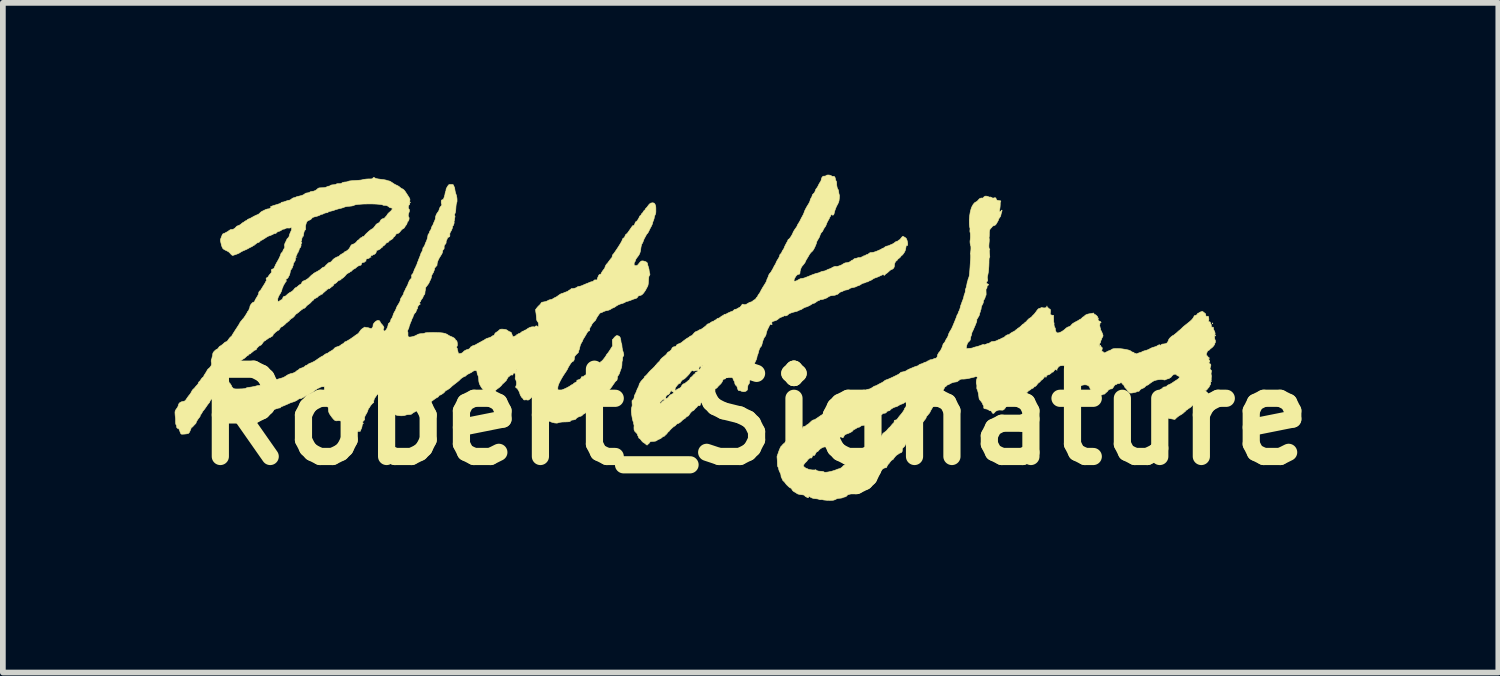
<source format=kicad_pcb>
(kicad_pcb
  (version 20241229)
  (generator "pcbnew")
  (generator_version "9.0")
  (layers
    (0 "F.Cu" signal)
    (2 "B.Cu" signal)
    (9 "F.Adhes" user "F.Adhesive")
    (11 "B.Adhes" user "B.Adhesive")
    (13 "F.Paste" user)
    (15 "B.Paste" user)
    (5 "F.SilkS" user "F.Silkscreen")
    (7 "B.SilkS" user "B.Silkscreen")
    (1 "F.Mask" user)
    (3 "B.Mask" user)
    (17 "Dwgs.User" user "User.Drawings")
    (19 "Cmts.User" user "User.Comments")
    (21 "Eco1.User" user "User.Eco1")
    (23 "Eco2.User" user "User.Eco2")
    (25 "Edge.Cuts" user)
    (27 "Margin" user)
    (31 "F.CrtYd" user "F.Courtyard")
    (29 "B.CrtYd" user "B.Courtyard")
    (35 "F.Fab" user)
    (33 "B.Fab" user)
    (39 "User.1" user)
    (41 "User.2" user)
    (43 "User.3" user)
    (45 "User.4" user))
  (footprint "Robert_Signature"
    (layer "F.Cu")
    (at 10.122 4.23)
    (property "Reference" "Robert_Signature" (at 0 0 0) (layer "F.SilkS") (effects (font (size 1.524 1.524) (thickness 0.3))))
    (attr through_hole)
    (fp_poly (pts (xy -7.987 -2.79) (xy -7.99 -2.786) (xy -7.993 -2.79) (xy -7.99 -2.794) (xy -7.987 -2.79)) (stroke (width 0.01) (type solid)) (fill yes) (layer "F.SilkS"))
    (fp_poly (pts (xy -6.694 -2.79) (xy -6.697 -2.786) (xy -6.7 -2.79) (xy -6.697 -2.794) (xy -6.694 -2.79)) (stroke (width 0.01) (type solid)) (fill yes) (layer "F.SilkS"))
    (fp_poly (pts (xy -6.469 -1.511) (xy -6.471 -1.507) (xy -6.474 -1.511) (xy -6.471 -1.516) (xy -6.469 -1.511)) (stroke (width 0.01) (type solid)) (fill yes) (layer "F.SilkS"))
    (fp_poly (pts (xy -6.006 -3.746) (xy -6.009 -3.742) (xy -6.011 -3.746) (xy -6.009 -3.751) (xy -6.006 -3.746)) (stroke (width 0.01) (type solid)) (fill yes) (layer "F.SilkS"))
    (fp_poly (pts (xy 6.006 -1.723) (xy 6.003 -1.719) (xy 6 -1.723) (xy 6.003 -1.727) (xy 6.006 -1.723)) (stroke (width 0.01) (type solid)) (fill yes) (layer "F.SilkS"))
    (fp_poly (pts (xy 7.947 -1.029) (xy 7.945 -1.024) (xy 7.942 -1.029) (xy 7.945 -1.033) (xy 7.947 -1.029)) (stroke (width 0.01) (type solid)) (fill yes) (layer "F.SilkS"))
    (fp_poly (pts (xy 7.981 -0.622) (xy 7.978 -0.618) (xy 7.976 -0.622) (xy 7.978 -0.627) (xy 7.981 -0.622)) (stroke (width 0.01) (type solid)) (fill yes) (layer "F.SilkS"))
    (fp_poly (pts (xy 8.002 -1.637) (xy 8.001 -1.634) (xy 7.996 -1.626) (xy 7.995 -1.626) (xy 7.993 -1.632) (xy 7.993 -1.634) (xy 7.997 -1.642) (xy 7.999 -1.643) (xy 8.002 -1.637)) (stroke (width 0.01) (type solid)) (fill yes) (layer "F.SilkS"))
    (fp_poly (pts (xy 8.049 -1.424) (xy 8.049 -1.422) (xy 8.045 -1.414) (xy 8.043 -1.414) (xy 8.038 -1.42) (xy 8.038 -1.422) (xy 8.042 -1.431) (xy 8.043 -1.431) (xy 8.049 -1.424)) (stroke (width 0.01) (type solid)) (fill yes) (layer "F.SilkS"))
    (fp_poly (pts (xy 1.303 -4.224) (xy 1.325 -4.219) (xy 1.342 -4.211) (xy 1.348 -4.206) (xy 1.358 -4.201) (xy 1.371 -4.202) (xy 1.39 -4.201) (xy 1.405 -4.185) (xy 1.413 -4.156) (xy 1.413 -4.154) (xy 1.418 -4.133) (xy 1.425 -4.121) (xy 1.425 -4.12) (xy 1.432 -4.108) (xy 1.434 -4.086) (xy 1.435 -4.053) (xy 1.44 -4.021) (xy 1.446 -3.994) (xy 1.454 -3.978) (xy 1.457 -3.975) (xy 1.464 -3.963) (xy 1.469 -3.934) (xy 1.47 -3.931) (xy 1.473 -3.905) (xy 1.478 -3.886) (xy 1.479 -3.881) (xy 1.483 -3.87) (xy 1.483 -3.851) (xy 1.481 -3.821) (xy 1.476 -3.777) (xy 1.476 -3.776) (xy 1.468 -3.749) (xy 1.454 -3.718) (xy 1.448 -3.708) (xy 1.43 -3.674) (xy 1.412 -3.629) (xy 1.397 -3.583) (xy 1.389 -3.548) (xy 1.381 -3.529) (xy 1.37 -3.524) (xy 1.359 -3.525) (xy 1.355 -3.53) (xy 1.352 -3.539) (xy 1.344 -3.536) (xy 1.335 -3.524) (xy 1.33 -3.514) (xy 1.322 -3.497) (xy 1.315 -3.488) (xy 1.315 -3.488) (xy 1.31 -3.482) (xy 1.309 -3.478) (xy 1.306 -3.466) (xy 1.296 -3.447) (xy 1.287 -3.433) (xy 1.273 -3.407) (xy 1.261 -3.381) (xy 1.257 -3.369) (xy 1.248 -3.345) (xy 1.234 -3.32) (xy 1.226 -3.31) (xy 1.211 -3.288) (xy 1.2 -3.266) (xy 1.196 -3.257) (xy 1.187 -3.239) (xy 1.177 -3.229) (xy 1.166 -3.218) (xy 1.153 -3.195) (xy 1.141 -3.164) (xy 1.139 -3.155) (xy 1.133 -3.141) (xy 1.121 -3.12) (xy 1.109 -3.1) (xy 1.096 -3.078) (xy 1.087 -3.059) (xy 1.084 -3.048) (xy 1.081 -3.033) (xy 1.072 -3.009) (xy 1.06 -2.98) (xy 1.046 -2.95) (xy 1.032 -2.924) (xy 1.017 -2.902) (xy 0.999 -2.884) (xy 0.997 -2.883) (xy 0.981 -2.867) (xy 0.964 -2.844) (xy 0.955 -2.83) (xy 0.939 -2.801) (xy 0.921 -2.772) (xy 0.914 -2.76) (xy 0.901 -2.739) (xy 0.892 -2.72) (xy 0.889 -2.713) (xy 0.883 -2.698) (xy 0.868 -2.677) (xy 0.848 -2.652) (xy 0.833 -2.635) (xy 0.818 -2.612) (xy 0.805 -2.579) (xy 0.796 -2.545) (xy 0.795 -2.531) (xy 0.793 -2.508) (xy 0.789 -2.497) (xy 0.781 -2.493) (xy 0.773 -2.493) (xy 0.75 -2.484) (xy 0.732 -2.469) (xy 0.716 -2.447) (xy 0.702 -2.422) (xy 0.692 -2.398) (xy 0.689 -2.38) (xy 0.693 -2.373) (xy 0.706 -2.371) (xy 0.724 -2.374) (xy 0.744 -2.383) (xy 0.761 -2.393) (xy 0.798 -2.413) (xy 0.823 -2.418) (xy 0.846 -2.421) (xy 0.868 -2.427) (xy 0.878 -2.43) (xy 0.898 -2.438) (xy 0.918 -2.446) (xy 0.92 -2.447) (xy 0.938 -2.453) (xy 0.959 -2.462) (xy 0.968 -2.466) (xy 0.997 -2.478) (xy 1.029 -2.49) (xy 1.06 -2.501) (xy 1.086 -2.509) (xy 1.103 -2.512) (xy 1.124 -2.518) (xy 1.145 -2.527) (xy 1.148 -2.529) (xy 1.169 -2.538) (xy 1.192 -2.544) (xy 1.199 -2.545) (xy 1.222 -2.549) (xy 1.247 -2.558) (xy 1.256 -2.563) (xy 1.278 -2.574) (xy 1.3 -2.583) (xy 1.308 -2.585) (xy 1.327 -2.592) (xy 1.345 -2.601) (xy 1.347 -2.603) (xy 1.364 -2.613) (xy 1.384 -2.622) (xy 1.404 -2.628) (xy 1.419 -2.63) (xy 1.424 -2.629) (xy 1.435 -2.627) (xy 1.454 -2.631) (xy 1.478 -2.638) (xy 1.503 -2.647) (xy 1.526 -2.658) (xy 1.545 -2.67) (xy 1.546 -2.671) (xy 1.57 -2.685) (xy 1.591 -2.692) (xy 1.596 -2.692) (xy 1.618 -2.694) (xy 1.642 -2.7) (xy 1.664 -2.709) (xy 1.679 -2.719) (xy 1.682 -2.722) (xy 1.695 -2.733) (xy 1.703 -2.735) (xy 1.715 -2.74) (xy 1.729 -2.752) (xy 1.743 -2.763) (xy 1.756 -2.767) (xy 1.77 -2.769) (xy 1.788 -2.774) (xy 1.794 -2.776) (xy 1.812 -2.782) (xy 1.828 -2.783) (xy 1.832 -2.782) (xy 1.845 -2.782) (xy 1.862 -2.788) (xy 1.866 -2.79) (xy 1.879 -2.798) (xy 1.888 -2.8) (xy 1.889 -2.799) (xy 1.895 -2.801) (xy 1.9 -2.807) (xy 1.91 -2.815) (xy 1.916 -2.814) (xy 1.926 -2.815) (xy 1.937 -2.823) (xy 1.953 -2.833) (xy 1.966 -2.836) (xy 1.981 -2.841) (xy 1.997 -2.854) (xy 1.998 -2.855) (xy 2.018 -2.869) (xy 2.039 -2.871) (xy 2.057 -2.872) (xy 2.079 -2.876) (xy 2.108 -2.885) (xy 2.145 -2.899) (xy 2.151 -2.902) (xy 2.184 -2.916) (xy 2.207 -2.927) (xy 2.221 -2.935) (xy 2.226 -2.94) (xy 2.236 -2.945) (xy 2.244 -2.946) (xy 2.257 -2.952) (xy 2.27 -2.962) (xy 2.284 -2.973) (xy 2.303 -2.981) (xy 2.309 -2.983) (xy 2.33 -2.987) (xy 2.35 -2.994) (xy 2.354 -2.996) (xy 2.371 -3.004) (xy 2.392 -3.013) (xy 2.405 -3.018) (xy 2.425 -3.029) (xy 2.443 -3.041) (xy 2.451 -3.048) (xy 2.467 -3.06) (xy 2.482 -3.065) (xy 2.498 -3.07) (xy 2.509 -3.078) (xy 2.52 -3.088) (xy 2.528 -3.09) (xy 2.536 -3.096) (xy 2.549 -3.11) (xy 2.561 -3.125) (xy 2.578 -3.146) (xy 2.59 -3.154) (xy 2.595 -3.153) (xy 2.608 -3.146) (xy 2.622 -3.138) (xy 2.636 -3.129) (xy 2.646 -3.121) (xy 2.656 -3.105) (xy 2.665 -3.079) (xy 2.672 -3.049) (xy 2.675 -3.022) (xy 2.674 -3.018) (xy 2.673 -2.999) (xy 2.668 -2.993) (xy 2.661 -2.994) (xy 2.653 -2.995) (xy 2.648 -2.987) (xy 2.645 -2.968) (xy 2.644 -2.962) (xy 2.638 -2.93) (xy 2.629 -2.899) (xy 2.626 -2.894) (xy 2.614 -2.871) (xy 2.599 -2.849) (xy 2.585 -2.831) (xy 2.573 -2.821) (xy 2.569 -2.819) (xy 2.562 -2.814) (xy 2.554 -2.801) (xy 2.542 -2.787) (xy 2.525 -2.772) (xy 2.519 -2.768) (xy 2.505 -2.757) (xy 2.496 -2.747) (xy 2.495 -2.744) (xy 2.49 -2.735) (xy 2.484 -2.731) (xy 2.466 -2.716) (xy 2.452 -2.692) (xy 2.444 -2.665) (xy 2.444 -2.658) (xy 2.442 -2.634) (xy 2.438 -2.616) (xy 2.428 -2.598) (xy 2.411 -2.583) (xy 2.394 -2.575) (xy 2.389 -2.574) (xy 2.38 -2.569) (xy 2.364 -2.558) (xy 2.346 -2.541) (xy 2.345 -2.54) (xy 2.327 -2.524) (xy 2.312 -2.511) (xy 2.303 -2.506) (xy 2.302 -2.506) (xy 2.292 -2.5) (xy 2.283 -2.489) (xy 2.271 -2.475) (xy 2.261 -2.474) (xy 2.256 -2.483) (xy 2.252 -2.486) (xy 2.241 -2.485) (xy 2.222 -2.477) (xy 2.198 -2.466) (xy 2.171 -2.453) (xy 2.143 -2.441) (xy 2.12 -2.433) (xy 2.111 -2.43) (xy 2.09 -2.422) (xy 2.07 -2.411) (xy 2.062 -2.405) (xy 2.043 -2.392) (xy 2.023 -2.383) (xy 2.022 -2.383) (xy 2.003 -2.375) (xy 1.986 -2.366) (xy 1.985 -2.365) (xy 1.973 -2.358) (xy 1.965 -2.358) (xy 1.965 -2.358) (xy 1.957 -2.357) (xy 1.943 -2.352) (xy 1.94 -2.349) (xy 1.921 -2.341) (xy 1.904 -2.337) (xy 1.903 -2.337) (xy 1.887 -2.333) (xy 1.869 -2.322) (xy 1.861 -2.317) (xy 1.84 -2.303) (xy 1.816 -2.293) (xy 1.809 -2.291) (xy 1.791 -2.285) (xy 1.778 -2.279) (xy 1.774 -2.276) (xy 1.766 -2.272) (xy 1.749 -2.267) (xy 1.728 -2.262) (xy 1.723 -2.261) (xy 1.701 -2.257) (xy 1.682 -2.252) (xy 1.671 -2.248) (xy 1.67 -2.247) (xy 1.65 -2.233) (xy 1.624 -2.222) (xy 1.602 -2.218) (xy 1.584 -2.215) (xy 1.562 -2.207) (xy 1.551 -2.201) (xy 1.532 -2.192) (xy 1.515 -2.186) (xy 1.508 -2.184) (xy 1.495 -2.179) (xy 1.479 -2.167) (xy 1.475 -2.162) (xy 1.459 -2.148) (xy 1.444 -2.139) (xy 1.44 -2.139) (xy 1.426 -2.136) (xy 1.419 -2.131) (xy 1.41 -2.128) (xy 1.394 -2.124) (xy 1.372 -2.122) (xy 1.363 -2.121) (xy 1.334 -2.117) (xy 1.312 -2.11) (xy 1.292 -2.099) (xy 1.285 -2.094) (xy 1.26 -2.078) (xy 1.227 -2.065) (xy 1.194 -2.054) (xy 1.165 -2.049) (xy 1.159 -2.049) (xy 1.145 -2.047) (xy 1.137 -2.041) (xy 1.137 -2.04) (xy 1.13 -2.034) (xy 1.12 -2.032) (xy 1.107 -2.028) (xy 1.089 -2.017) (xy 1.08 -2.01) (xy 1.061 -1.996) (xy 1.042 -1.986) (xy 1.035 -1.985) (xy 1.015 -1.979) (xy 0.997 -1.968) (xy 0.971 -1.951) (xy 0.939 -1.935) (xy 0.908 -1.922) (xy 0.892 -1.918) (xy 0.871 -1.91) (xy 0.848 -1.897) (xy 0.84 -1.891) (xy 0.822 -1.88) (xy 0.807 -1.872) (xy 0.801 -1.871) (xy 0.788 -1.868) (xy 0.772 -1.859) (xy 0.771 -1.859) (xy 0.753 -1.85) (xy 0.733 -1.843) (xy 0.731 -1.843) (xy 0.707 -1.837) (xy 0.68 -1.83) (xy 0.653 -1.822) (xy 0.629 -1.813) (xy 0.61 -1.806) (xy 0.599 -1.799) (xy 0.598 -1.798) (xy 0.575 -1.777) (xy 0.552 -1.766) (xy 0.537 -1.766) (xy 0.522 -1.768) (xy 0.512 -1.763) (xy 0.502 -1.756) (xy 0.487 -1.75) (xy 0.483 -1.749) (xy 0.442 -1.733) (xy 0.41 -1.707) (xy 0.394 -1.695) (xy 0.373 -1.685) (xy 0.367 -1.683) (xy 0.342 -1.675) (xy 0.325 -1.67) (xy 0.314 -1.665) (xy 0.308 -1.66) (xy 0.304 -1.654) (xy 0.301 -1.641) (xy 0.304 -1.631) (xy 0.308 -1.619) (xy 0.304 -1.613) (xy 0.296 -1.613) (xy 0.293 -1.617) (xy 0.288 -1.623) (xy 0.279 -1.619) (xy 0.274 -1.614) (xy 0.262 -1.599) (xy 0.256 -1.586) (xy 0.25 -1.572) (xy 0.24 -1.552) (xy 0.237 -1.548) (xy 0.219 -1.508) (xy 0.205 -1.46) (xy 0.201 -1.437) (xy 0.192 -1.414) (xy 0.183 -1.404) (xy 0.172 -1.389) (xy 0.159 -1.363) (xy 0.146 -1.327) (xy 0.135 -1.287) (xy 0.13 -1.267) (xy 0.125 -1.247) (xy 0.12 -1.237) (xy 0.119 -1.236) (xy 0.11 -1.229) (xy 0.098 -1.211) (xy 0.086 -1.187) (xy 0.077 -1.161) (xy 0.073 -1.145) (xy 0.066 -1.118) (xy 0.059 -1.095) (xy 0.055 -1.088) (xy 0.048 -1.07) (xy 0.045 -1.056) (xy 0.041 -1.032) (xy 0.031 -1.001) (xy 0.016 -0.969) (xy 0.011 -0.959) (xy 0.000414 -0.937) (xy -0.005 -0.918) (xy -0.006 -0.914) (xy -0.008 -0.891) (xy -0.011 -0.881) (xy -0.015 -0.863) (xy -0.017 -0.836) (xy -0.018 -0.821) (xy -0.02 -0.793) (xy -0.025 -0.775) (xy -0.034 -0.762) (xy -0.034 -0.761) (xy -0.048 -0.737) (xy -0.053 -0.713) (xy -0.062 -0.678) (xy -0.074 -0.656) (xy -0.086 -0.633) (xy -0.088 -0.614) (xy -0.088 -0.614) (xy -0.088 -0.594) (xy -0.096 -0.579) (xy -0.104 -0.571) (xy -0.112 -0.559) (xy -0.117 -0.537) (xy -0.119 -0.517) (xy -0.121 -0.489) (xy -0.125 -0.473) (xy -0.134 -0.462) (xy -0.141 -0.456) (xy -0.167 -0.444) (xy -0.197 -0.442) (xy -0.228 -0.45) (xy -0.234 -0.453) (xy -0.249 -0.459) (xy -0.261 -0.461) (xy -0.263 -0.46) (xy -0.276 -0.461) (xy -0.288 -0.476) (xy -0.297 -0.502) (xy -0.298 -0.507) (xy -0.306 -0.532) (xy -0.315 -0.546) (xy -0.316 -0.546) (xy -0.334 -0.561) (xy -0.343 -0.585) (xy -0.344 -0.597) (xy -0.349 -0.617) (xy -0.36 -0.635) (xy -0.372 -0.658) (xy -0.382 -0.692) (xy -0.388 -0.731) (xy -0.389 -0.757) (xy -0.39 -0.773) (xy -0.394 -0.775) (xy -0.398 -0.771) (xy -0.409 -0.764) (xy -0.415 -0.765) (xy -0.425 -0.763) (xy -0.437 -0.75) (xy -0.45 -0.731) (xy -0.458 -0.709) (xy -0.46 -0.704) (xy -0.466 -0.69) (xy -0.476 -0.689) (xy -0.477 -0.689) (xy -0.491 -0.687) (xy -0.5 -0.677) (xy -0.515 -0.663) (xy -0.527 -0.662) (xy -0.539 -0.662) (xy -0.547 -0.654) (xy -0.555 -0.634) (xy -0.557 -0.63) (xy -0.57 -0.604) (xy -0.589 -0.579) (xy -0.61 -0.559) (xy -0.628 -0.541) (xy -0.642 -0.527) (xy -0.649 -0.517) (xy -0.649 -0.516) (xy -0.654 -0.509) (xy -0.665 -0.503) (xy -0.687 -0.491) (xy -0.71 -0.471) (xy -0.736 -0.439) (xy -0.746 -0.425) (xy -0.763 -0.404) (xy -0.778 -0.388) (xy -0.788 -0.381) (xy -0.789 -0.381) (xy -0.802 -0.375) (xy -0.807 -0.368) (xy -0.816 -0.358) (xy -0.821 -0.356) (xy -0.829 -0.35) (xy -0.842 -0.337) (xy -0.854 -0.322) (xy -0.869 -0.304) (xy -0.883 -0.291) (xy -0.89 -0.288) (xy -0.908 -0.281) (xy -0.926 -0.262) (xy -0.939 -0.237) (xy -0.943 -0.224) (xy -0.949 -0.205) (xy -0.956 -0.197) (xy -0.967 -0.198) (xy -0.968 -0.198) (xy -0.983 -0.199) (xy -0.995 -0.188) (xy -0.999 -0.182) (xy -1.01 -0.168) (xy -1.018 -0.161) (xy -1.019 -0.161) (xy -1.027 -0.155) (xy -1.039 -0.142) (xy -1.043 -0.135) (xy -1.057 -0.12) (xy -1.069 -0.111) (xy -1.072 -0.11) (xy -1.085 -0.104) (xy -1.102 -0.089) (xy -1.12 -0.069) (xy -1.137 -0.045) (xy -1.138 -0.042) (xy -1.149 -0.026) (xy -1.158 -0.017) (xy -1.16 -0.017) (xy -1.17 -0.013) (xy -1.184 -0.004) (xy -1.198 0.008) (xy -1.205 0.017) (xy -1.212 0.024) (xy -1.225 0.032) (xy -1.229 0.034) (xy -1.248 0.047) (xy -1.267 0.064) (xy -1.27 0.068) (xy -1.288 0.085) (xy -1.309 0.101) (xy -1.331 0.113) (xy -1.347 0.118) (xy -1.348 0.118) (xy -1.357 0.124) (xy -1.37 0.136) (xy -1.373 0.14) (xy -1.386 0.154) (xy -1.397 0.161) (xy -1.399 0.161) (xy -1.407 0.165) (xy -1.421 0.177) (xy -1.439 0.193) (xy -1.458 0.211) (xy -1.474 0.228) (xy -1.486 0.241) (xy -1.489 0.247) (xy -1.496 0.254) (xy -1.498 0.254) (xy -1.506 0.26) (xy -1.517 0.274) (xy -1.521 0.279) (xy -1.533 0.295) (xy -1.542 0.304) (xy -1.544 0.305) (xy -1.552 0.311) (xy -1.561 0.322) (xy -1.574 0.335) (xy -1.585 0.339) (xy -1.599 0.344) (xy -1.614 0.356) (xy -1.617 0.359) (xy -1.634 0.373) (xy -1.655 0.384) (xy -1.659 0.385) (xy -1.679 0.393) (xy -1.699 0.405) (xy -1.702 0.408) (xy -1.716 0.417) (xy -1.734 0.422) (xy -1.76 0.425) (xy -1.77 0.426) (xy -1.795 0.427) (xy -1.811 0.429) (xy -1.821 0.434) (xy -1.829 0.442) (xy -1.834 0.451) (xy -1.846 0.466) (xy -1.857 0.474) (xy -1.858 0.474) (xy -1.867 0.478) (xy -1.868 0.483) (xy -1.872 0.49) (xy -1.882 0.488) (xy -1.896 0.477) (xy -1.897 0.475) (xy -1.912 0.462) (xy -1.93 0.451) (xy -1.934 0.449) (xy -1.953 0.435) (xy -1.972 0.414) (xy -1.978 0.405) (xy -1.992 0.387) (xy -2.005 0.375) (xy -2.01 0.373) (xy -2.019 0.367) (xy -2.021 0.361) (xy -2.025 0.347) (xy -2.032 0.334) (xy -2.041 0.318) (xy -2.043 0.306) (xy -2.048 0.294) (xy -2.06 0.28) (xy -2.069 0.271) (xy -2.09 0.249) (xy -2.102 0.223) (xy -2.104 0.188) (xy -2.103 0.172) (xy -2.102 0.149) (xy -2.104 0.133) (xy -2.106 0.131) (xy -2.11 0.12) (xy -2.111 0.106) (xy -2.113 0.089) (xy -2.117 0.083) (xy -2.121 0.074) (xy -2.127 0.051) (xy -2.134 0.02) (xy -2.14 -0.015) (xy -2.145 -0.051) (xy -2.149 -0.084) (xy -2.15 -0.108) (xy -2.149 -0.143) (xy -2.143 -0.169) (xy -2.142 -0.173) (xy -2.136 -0.191) (xy -2.135 -0.215) (xy -2.137 -0.241) (xy -2.137 -0.249) (xy -1.652 -0.249) (xy -1.651 -0.246) (xy -1.642 -0.237) (xy -1.631 -0.241) (xy -1.621 -0.254) (xy -1.613 -0.267) (xy -1.606 -0.271) (xy -1.597 -0.275) (xy -1.583 -0.287) (xy -1.577 -0.292) (xy -1.567 -0.304) (xy -1.563 -0.312) (xy -1.565 -0.313) (xy -1.596 -0.305) (xy -1.624 -0.281) (xy -1.626 -0.279) (xy -1.639 -0.264) (xy -1.648 -0.255) (xy -1.65 -0.254) (xy -1.652 -0.249) (xy -2.137 -0.249) (xy -2.138 -0.268) (xy -2.138 -0.283) (xy -2.134 -0.291) (xy -2.13 -0.293) (xy -2.111 -0.31) (xy -2.104 -0.327) (xy -1.579 -0.327) (xy -1.578 -0.322) (xy -1.575 -0.322) (xy -1.57 -0.325) (xy -1.571 -0.327) (xy -1.578 -0.328) (xy -1.579 -0.327) (xy -2.104 -0.327) (xy -2.102 -0.333) (xy -1.552 -0.333) (xy -1.548 -0.324) (xy -1.537 -0.322) (xy -1.523 -0.329) (xy -1.509 -0.34) (xy -1.498 -0.354) (xy -1.491 -0.363) (xy -1.49 -0.364) (xy -1.478 -0.378) (xy -1.462 -0.39) (xy -1.448 -0.397) (xy -1.444 -0.398) (xy -1.432 -0.403) (xy -1.419 -0.415) (xy -1.412 -0.428) (xy -1.411 -0.433) (xy -1.416 -0.438) (xy -1.427 -0.44) (xy -1.441 -0.445) (xy -1.447 -0.454) (xy -1.451 -0.463) (xy -1.456 -0.46) (xy -1.462 -0.453) (xy -1.472 -0.436) (xy -1.476 -0.424) (xy -1.484 -0.409) (xy -1.498 -0.395) (xy -1.515 -0.386) (xy -1.521 -0.385) (xy -1.533 -0.376) (xy -1.545 -0.359) (xy -1.552 -0.34) (xy -1.552 -0.333) (xy -2.102 -0.333) (xy -2.101 -0.335) (xy -2.1 -0.349) (xy -2.095 -0.375) (xy -2.086 -0.394) (xy -2.075 -0.414) (xy -2.064 -0.441) (xy -2.06 -0.451) (xy -2.049 -0.48) (xy -2.044 -0.491) (xy -1.386 -0.491) (xy -1.386 -0.475) (xy -1.386 -0.474) (xy -1.38 -0.459) (xy -1.372 -0.461) (xy -1.367 -0.469) (xy -1.358 -0.477) (xy -1.342 -0.487) (xy -1.322 -0.496) (xy -1.299 -0.508) (xy -1.285 -0.52) (xy -1.277 -0.534) (xy -1.263 -0.558) (xy -1.243 -0.576) (xy -1.224 -0.584) (xy -1.222 -0.584) (xy -1.209 -0.589) (xy -1.202 -0.597) (xy -1.192 -0.608) (xy -1.186 -0.61) (xy -1.175 -0.616) (xy -1.166 -0.627) (xy -1.154 -0.639) (xy -1.145 -0.643) (xy -1.136 -0.65) (xy -1.128 -0.667) (xy -1.119 -0.684) (xy -1.109 -0.693) (xy -1.098 -0.7) (xy -1.083 -0.714) (xy -1.074 -0.725) (xy -1.059 -0.741) (xy -1.047 -0.751) (xy -1.042 -0.754) (xy -1.034 -0.76) (xy -1.033 -0.765) (xy -1.028 -0.779) (xy -1.013 -0.786) (xy -1.001 -0.787) (xy -0.99 -0.792) (xy -0.988 -0.8) (xy -0.993 -0.81) (xy -1.007 -0.812) (xy -1.03 -0.808) (xy -1.041 -0.805) (xy -1.062 -0.802) (xy -1.073 -0.807) (xy -1.082 -0.811) (xy -1.095 -0.806) (xy -1.103 -0.8) (xy -1.116 -0.787) (xy -1.123 -0.776) (xy -1.123 -0.774) (xy -1.128 -0.766) (xy -1.139 -0.751) (xy -1.156 -0.732) (xy -1.175 -0.712) (xy -1.195 -0.692) (xy -1.213 -0.675) (xy -1.226 -0.664) (xy -1.233 -0.66) (xy -1.246 -0.655) (xy -1.262 -0.643) (xy -1.277 -0.626) (xy -1.288 -0.61) (xy -1.291 -0.603) (xy -1.296 -0.588) (xy -1.305 -0.587) (xy -1.317 -0.585) (xy -1.335 -0.569) (xy -1.346 -0.556) (xy -1.368 -0.529) (xy -1.381 -0.508) (xy -1.386 -0.491) (xy -2.044 -0.491) (xy -2.035 -0.509) (xy -2.032 -0.516) (xy -2.021 -0.536) (xy -2.016 -0.554) (xy -2.015 -0.559) (xy -2.011 -0.574) (xy -1.999 -0.596) (xy -1.983 -0.62) (xy -1.964 -0.643) (xy -1.949 -0.658) (xy -1.934 -0.673) (xy -1.924 -0.689) (xy -1.922 -0.695) (xy -1.916 -0.708) (xy -1.911 -0.711) (xy -1.903 -0.716) (xy -1.889 -0.73) (xy -1.871 -0.749) (xy -1.861 -0.761) (xy -1.84 -0.786) (xy -1.819 -0.808) (xy -1.802 -0.825) (xy -1.797 -0.829) (xy -1.778 -0.846) (xy -0.971 -0.846) (xy -0.968 -0.832) (xy -0.959 -0.832) (xy -0.947 -0.844) (xy -0.943 -0.851) (xy -0.934 -0.868) (xy -0.934 -0.879) (xy -0.936 -0.882) (xy -0.945 -0.885) (xy -0.956 -0.878) (xy -0.966 -0.865) (xy -0.971 -0.848) (xy -0.971 -0.846) (xy -1.778 -0.846) (xy -1.763 -0.861) (xy -1.731 -0.895) (xy -0.918 -0.895) (xy -0.917 -0.89) (xy -0.914 -0.889) (xy -0.91 -0.892) (xy -0.911 -0.895) (xy -0.917 -0.896) (xy -0.918 -0.895) (xy -1.731 -0.895) (xy -1.73 -0.896) (xy -1.722 -0.906) (xy -1.698 -0.935) (xy -1.681 -0.953) (xy -1.671 -0.963) (xy -1.666 -0.965) (xy -1.659 -0.971) (xy -1.65 -0.987) (xy -1.649 -0.989) (xy -1.638 -1.006) (xy -1.62 -1.025) (xy -1.608 -1.036) (xy -1.58 -1.058) (xy -1.56 -1.075) (xy -1.546 -1.087) (xy -1.537 -1.097) (xy -1.53 -1.106) (xy -1.526 -1.113) (xy -1.515 -1.128) (xy -1.505 -1.135) (xy -1.504 -1.135) (xy -1.494 -1.139) (xy -1.479 -1.149) (xy -1.464 -1.162) (xy -1.452 -1.175) (xy -1.445 -1.185) (xy -1.445 -1.187) (xy -1.44 -1.202) (xy -1.427 -1.216) (xy -1.41 -1.225) (xy -1.396 -1.227) (xy -1.379 -1.23) (xy -1.368 -1.24) (xy -1.364 -1.248) (xy -1.355 -1.261) (xy -1.339 -1.271) (xy -1.32 -1.278) (xy -1.297 -1.287) (xy -1.276 -1.299) (xy -1.264 -1.308) (xy -1.248 -1.322) (xy -1.227 -1.338) (xy -1.204 -1.355) (xy -1.183 -1.37) (xy -1.164 -1.381) (xy -1.152 -1.388) (xy -1.149 -1.389) (xy -1.139 -1.395) (xy -1.135 -1.401) (xy -1.124 -1.411) (xy -1.112 -1.414) (xy -1.095 -1.421) (xy -1.073 -1.443) (xy -1.07 -1.447) (xy -1.054 -1.466) (xy -1.039 -1.48) (xy -1.032 -1.486) (xy -1.003 -1.498) (xy -0.983 -1.507) (xy -0.972 -1.514) (xy -0.968 -1.517) (xy -0.959 -1.523) (xy -0.95 -1.524) (xy -0.939 -1.528) (xy -0.921 -1.538) (xy -0.899 -1.553) (xy -0.877 -1.57) (xy -0.855 -1.587) (xy -0.839 -1.602) (xy -0.83 -1.613) (xy -0.819 -1.623) (xy -0.809 -1.626) (xy -0.796 -1.629) (xy -0.779 -1.639) (xy -0.768 -1.647) (xy -0.75 -1.659) (xy -0.734 -1.667) (xy -0.727 -1.668) (xy -0.712 -1.674) (xy -0.703 -1.681) (xy -0.691 -1.691) (xy -0.683 -1.693) (xy -0.672 -1.698) (xy -0.659 -1.71) (xy -0.658 -1.711) (xy -0.645 -1.722) (xy -0.634 -1.724) (xy -0.634 -1.724) (xy -0.624 -1.725) (xy -0.609 -1.733) (xy -0.595 -1.744) (xy -0.577 -1.758) (xy -0.562 -1.767) (xy -0.554 -1.77) (xy -0.542 -1.776) (xy -0.536 -1.783) (xy -0.525 -1.792) (xy -0.514 -1.794) (xy -0.501 -1.794) (xy -0.494 -1.797) (xy -0.482 -1.805) (xy -0.462 -1.816) (xy -0.439 -1.826) (xy -0.417 -1.836) (xy -0.399 -1.842) (xy -0.398 -1.842) (xy -0.38 -1.849) (xy -0.366 -1.86) (xy -0.364 -1.864) (xy -0.349 -1.876) (xy -0.333 -1.88) (xy -0.315 -1.884) (xy -0.295 -1.894) (xy -0.291 -1.897) (xy -0.275 -1.907) (xy -0.263 -1.913) (xy -0.26 -1.913) (xy -0.251 -1.919) (xy -0.239 -1.933) (xy -0.23 -1.945) (xy -0.217 -1.963) (xy -0.209 -1.97) (xy -0.2 -1.969) (xy -0.194 -1.966) (xy -0.173 -1.96) (xy -0.144 -1.967) (xy -0.11 -1.987) (xy -0.091 -1.998) (xy -0.072 -2.005) (xy -0.064 -2.007) (xy -0.047 -2.012) (xy -0.032 -2.024) (xy -0.016 -2.038) (xy -0.000076 -2.046) (xy 0.015 -2.056) (xy 0.026 -2.07) (xy 0.036 -2.087) (xy 0.045 -2.094) (xy 0.054 -2.102) (xy 0.056 -2.11) (xy 0.061 -2.123) (xy 0.071 -2.138) (xy 0.073 -2.141) (xy 0.086 -2.158) (xy 0.101 -2.182) (xy 0.112 -2.205) (xy 0.127 -2.232) (xy 0.146 -2.265) (xy 0.167 -2.298) (xy 0.175 -2.311) (xy 0.192 -2.338) (xy 0.205 -2.362) (xy 0.213 -2.38) (xy 0.214 -2.387) (xy 0.219 -2.405) (xy 0.223 -2.413) (xy 0.23 -2.426) (xy 0.239 -2.448) (xy 0.243 -2.461) (xy 0.252 -2.484) (xy 0.261 -2.5) (xy 0.265 -2.504) (xy 0.275 -2.514) (xy 0.29 -2.535) (xy 0.306 -2.562) (xy 0.323 -2.592) (xy 0.334 -2.614) (xy 0.345 -2.636) (xy 0.354 -2.652) (xy 0.358 -2.656) (xy 0.365 -2.668) (xy 0.374 -2.687) (xy 0.375 -2.69) (xy 0.383 -2.71) (xy 0.397 -2.736) (xy 0.412 -2.759) (xy 0.426 -2.783) (xy 0.437 -2.805) (xy 0.44 -2.819) (xy 0.445 -2.837) (xy 0.454 -2.845) (xy 0.467 -2.858) (xy 0.477 -2.878) (xy 0.487 -2.901) (xy 0.499 -2.919) (xy 0.511 -2.936) (xy 0.518 -2.953) (xy 0.523 -2.967) (xy 0.532 -2.987) (xy 0.547 -3.016) (xy 0.568 -3.055) (xy 0.572 -3.06) (xy 0.581 -3.08) (xy 0.587 -3.095) (xy 0.587 -3.098) (xy 0.591 -3.103) (xy 0.594 -3.103) (xy 0.602 -3.106) (xy 0.615 -3.12) (xy 0.63 -3.14) (xy 0.646 -3.165) (xy 0.66 -3.19) (xy 0.67 -3.212) (xy 0.671 -3.215) (xy 0.681 -3.237) (xy 0.697 -3.264) (xy 0.714 -3.288) (xy 0.729 -3.309) (xy 0.74 -3.326) (xy 0.745 -3.336) (xy 0.745 -3.337) (xy 0.749 -3.348) (xy 0.758 -3.365) (xy 0.763 -3.373) (xy 0.778 -3.396) (xy 0.794 -3.424) (xy 0.802 -3.44) (xy 0.816 -3.469) (xy 0.832 -3.498) (xy 0.839 -3.511) (xy 0.853 -3.537) (xy 0.866 -3.569) (xy 0.871 -3.585) (xy 0.881 -3.609) (xy 0.897 -3.641) (xy 0.916 -3.675) (xy 0.928 -3.694) (xy 0.951 -3.732) (xy 0.965 -3.76) (xy 0.971 -3.778) (xy 0.971 -3.78) (xy 0.976 -3.8) (xy 0.988 -3.822) (xy 0.989 -3.822) (xy 1 -3.841) (xy 1.006 -3.86) (xy 1.007 -3.863) (xy 1.012 -3.881) (xy 1.028 -3.897) (xy 1.029 -3.898) (xy 1.048 -3.918) (xy 1.061 -3.948) (xy 1.062 -3.95) (xy 1.07 -3.973) (xy 1.08 -3.989) (xy 1.083 -3.992) (xy 1.091 -4.001) (xy 1.103 -4.02) (xy 1.115 -4.044) (xy 1.128 -4.07) (xy 1.141 -4.092) (xy 1.15 -4.104) (xy 1.16 -4.122) (xy 1.166 -4.145) (xy 1.175 -4.177) (xy 1.191 -4.198) (xy 1.211 -4.206) (xy 1.219 -4.205) (xy 1.238 -4.205) (xy 1.248 -4.214) (xy 1.261 -4.222) (xy 1.28 -4.225) (xy 1.303 -4.224)) (stroke (width 0.01) (type solid)) (fill yes) (layer "F.SilkS"))
    (fp_poly (pts (xy 4.053 -3.855) (xy 4.069 -3.852) (xy 4.082 -3.847) (xy 4.085 -3.845) (xy 4.1 -3.839) (xy 4.11 -3.84) (xy 4.122 -3.84) (xy 4.139 -3.833) (xy 4.141 -3.831) (xy 4.16 -3.821) (xy 4.177 -3.823) (xy 4.179 -3.824) (xy 4.2 -3.829) (xy 4.214 -3.823) (xy 4.22 -3.806) (xy 4.224 -3.794) (xy 4.233 -3.786) (xy 4.249 -3.781) (xy 4.252 -3.781) (xy 4.271 -3.777) (xy 4.286 -3.775) (xy 4.291 -3.775) (xy 4.3 -3.771) (xy 4.301 -3.767) (xy 4.297 -3.759) (xy 4.295 -3.759) (xy 4.292 -3.751) (xy 4.29 -3.731) (xy 4.29 -3.708) (xy 4.288 -3.675) (xy 4.285 -3.645) (xy 4.282 -3.63) (xy 4.277 -3.602) (xy 4.279 -3.586) (xy 4.287 -3.582) (xy 4.3 -3.593) (xy 4.305 -3.6) (xy 4.316 -3.612) (xy 4.322 -3.611) (xy 4.321 -3.597) (xy 4.314 -3.572) (xy 4.313 -3.572) (xy 4.306 -3.548) (xy 4.302 -3.527) (xy 4.301 -3.522) (xy 4.297 -3.507) (xy 4.286 -3.489) (xy 4.281 -3.482) (xy 4.269 -3.466) (xy 4.262 -3.452) (xy 4.262 -3.449) (xy 4.258 -3.437) (xy 4.249 -3.419) (xy 4.242 -3.406) (xy 4.229 -3.385) (xy 4.218 -3.367) (xy 4.214 -3.36) (xy 4.204 -3.351) (xy 4.188 -3.343) (xy 4.18 -3.341) (xy 4.159 -3.332) (xy 4.147 -3.319) (xy 4.147 -3.318) (xy 4.139 -3.305) (xy 4.134 -3.302) (xy 4.127 -3.296) (xy 4.116 -3.282) (xy 4.114 -3.28) (xy 4.107 -3.265) (xy 4.103 -3.248) (xy 4.1 -3.222) (xy 4.1 -3.199) (xy 4.099 -3.169) (xy 4.098 -3.146) (xy 4.096 -3.136) (xy 4.096 -3.135) (xy 4.095 -3.125) (xy 4.098 -3.113) (xy 4.099 -3.094) (xy 4.098 -3.065) (xy 4.095 -3.034) (xy 4.092 -2.987) (xy 4.094 -2.953) (xy 4.102 -2.932) (xy 4.105 -2.928) (xy 4.109 -2.922) (xy 4.105 -2.921) (xy 4.101 -2.913) (xy 4.1 -2.892) (xy 4.102 -2.86) (xy 4.106 -2.82) (xy 4.107 -2.813) (xy 4.108 -2.794) (xy 4.105 -2.787) (xy 4.103 -2.787) (xy 4.099 -2.785) (xy 4.097 -2.774) (xy 4.095 -2.752) (xy 4.094 -2.717) (xy 4.094 -2.694) (xy 4.092 -2.634) (xy 4.088 -2.574) (xy 4.081 -2.52) (xy 4.073 -2.477) (xy 4.068 -2.457) (xy 4.065 -2.436) (xy 4.068 -2.411) (xy 4.072 -2.392) (xy 4.07 -2.379) (xy 4.06 -2.365) (xy 4.05 -2.352) (xy 4.048 -2.344) (xy 4.053 -2.336) (xy 4.056 -2.333) (xy 4.068 -2.323) (xy 4.077 -2.32) (xy 4.085 -2.316) (xy 4.085 -2.307) (xy 4.076 -2.297) (xy 4.072 -2.294) (xy 4.061 -2.284) (xy 4.06 -2.27) (xy 4.06 -2.269) (xy 4.058 -2.251) (xy 4.051 -2.243) (xy 4.045 -2.236) (xy 4.042 -2.225) (xy 4.042 -2.206) (xy 4.043 -2.179) (xy 4.044 -2.146) (xy 4.043 -2.128) (xy 4.039 -2.12) (xy 4.038 -2.12) (xy 4.032 -2.109) (xy 4.027 -2.09) (xy 4.02 -2.067) (xy 4.01 -2.052) (xy 3.998 -2.032) (xy 3.996 -2.016) (xy 3.993 -1.992) (xy 3.986 -1.976) (xy 3.967 -1.94) (xy 3.958 -1.908) (xy 3.957 -1.895) (xy 3.955 -1.878) (xy 3.951 -1.871) (xy 3.946 -1.864) (xy 3.945 -1.856) (xy 3.942 -1.837) (xy 3.937 -1.824) (xy 3.93 -1.805) (xy 3.929 -1.792) (xy 3.925 -1.778) (xy 3.915 -1.758) (xy 3.904 -1.74) (xy 3.891 -1.718) (xy 3.88 -1.699) (xy 3.874 -1.685) (xy 3.874 -1.679) (xy 3.878 -1.681) (xy 3.883 -1.683) (xy 3.883 -1.682) (xy 3.88 -1.671) (xy 3.873 -1.65) (xy 3.862 -1.621) (xy 3.849 -1.59) (xy 3.835 -1.558) (xy 3.823 -1.529) (xy 3.813 -1.507) (xy 3.808 -1.498) (xy 3.798 -1.478) (xy 3.793 -1.458) (xy 3.793 -1.456) (xy 3.789 -1.434) (xy 3.784 -1.421) (xy 3.776 -1.4) (xy 3.773 -1.385) (xy 3.769 -1.354) (xy 3.761 -1.333) (xy 3.746 -1.319) (xy 3.743 -1.317) (xy 3.722 -1.294) (xy 3.707 -1.256) (xy 3.7 -1.221) (xy 3.696 -1.193) (xy 3.751 -1.198) (xy 3.775 -1.2) (xy 3.795 -1.203) (xy 3.808 -1.206) (xy 3.811 -1.207) (xy 3.819 -1.212) (xy 3.835 -1.217) (xy 3.846 -1.22) (xy 3.886 -1.23) (xy 3.917 -1.239) (xy 3.941 -1.247) (xy 3.959 -1.255) (xy 3.964 -1.257) (xy 3.965 -1.257) (xy 6.006 -1.257) (xy 6.009 -1.253) (xy 6.011 -1.257) (xy 6.009 -1.262) (xy 6.006 -1.257) (xy 3.965 -1.257) (xy 3.991 -1.265) (xy 4.005 -1.262) (xy 4.026 -1.261) (xy 4.037 -1.267) (xy 4.053 -1.276) (xy 4.073 -1.283) (xy 4.081 -1.284) (xy 4.099 -1.29) (xy 4.114 -1.299) (xy 4.119 -1.303) (xy 4.131 -1.312) (xy 4.153 -1.317) (xy 4.169 -1.318) (xy 4.202 -1.323) (xy 4.232 -1.334) (xy 4.238 -1.337) (xy 4.256 -1.347) (xy 4.271 -1.353) (xy 4.277 -1.355) (xy 4.289 -1.359) (xy 4.301 -1.366) (xy 4.317 -1.375) (xy 4.336 -1.382) (xy 4.337 -1.383) (xy 4.355 -1.39) (xy 4.37 -1.402) (xy 4.371 -1.404) (xy 4.384 -1.416) (xy 4.401 -1.427) (xy 4.418 -1.435) (xy 4.431 -1.438) (xy 4.436 -1.436) (xy 4.444 -1.437) (xy 4.452 -1.446) (xy 4.462 -1.455) (xy 4.479 -1.467) (xy 4.501 -1.48) (xy 4.511 -1.485) (xy 4.533 -1.496) (xy 4.55 -1.507) (xy 4.559 -1.514) (xy 4.561 -1.517) (xy 4.565 -1.523) (xy 4.572 -1.524) (xy 4.581 -1.527) (xy 4.583 -1.532) (xy 4.588 -1.539) (xy 4.6 -1.549) (xy 4.609 -1.554) (xy 4.629 -1.568) (xy 4.651 -1.587) (xy 4.661 -1.597) (xy 4.677 -1.613) (xy 4.691 -1.623) (xy 4.697 -1.626) (xy 4.707 -1.631) (xy 4.716 -1.643) (xy 4.727 -1.655) (xy 4.737 -1.659) (xy 4.747 -1.666) (xy 4.754 -1.676) (xy 4.762 -1.69) (xy 4.767 -1.693) (xy 4.776 -1.699) (xy 4.78 -1.705) (xy 4.789 -1.714) (xy 4.804 -1.725) (xy 4.809 -1.727) (xy 4.827 -1.739) (xy 4.843 -1.753) (xy 4.845 -1.756) (xy 4.86 -1.774) (xy 4.874 -1.786) (xy 4.886 -1.799) (xy 4.902 -1.819) (xy 4.92 -1.843) (xy 4.922 -1.847) (xy 4.941 -1.872) (xy 4.955 -1.887) (xy 4.967 -1.894) (xy 4.972 -1.895) (xy 4.988 -1.898) (xy 4.998 -1.905) (xy 5.012 -1.911) (xy 5.028 -1.908) (xy 5.053 -1.904) (xy 5.076 -1.905) (xy 5.093 -1.912) (xy 5.103 -1.925) (xy 5.104 -1.928) (xy 5.106 -1.939) (xy 5.107 -1.933) (xy 5.108 -1.928) (xy 5.112 -1.916) (xy 5.116 -1.913) (xy 5.126 -1.907) (xy 5.131 -1.901) (xy 5.142 -1.89) (xy 5.148 -1.888) (xy 5.162 -1.881) (xy 5.168 -1.863) (xy 5.167 -1.834) (xy 5.166 -1.828) (xy 5.163 -1.806) (xy 5.165 -1.794) (xy 5.171 -1.786) (xy 5.171 -1.786) (xy 5.184 -1.78) (xy 5.201 -1.776) (xy 5.201 -1.776) (xy 5.221 -1.775) (xy 5.222 -1.732) (xy 5.223 -1.704) (xy 5.223 -1.68) (xy 5.223 -1.672) (xy 5.226 -1.653) (xy 5.228 -1.645) (xy 5.231 -1.63) (xy 5.23 -1.626) (xy 5.229 -1.612) (xy 5.232 -1.592) (xy 5.238 -1.573) (xy 5.244 -1.56) (xy 5.247 -1.558) (xy 5.251 -1.551) (xy 5.252 -1.534) (xy 5.256 -1.506) (xy 5.268 -1.482) (xy 5.286 -1.468) (xy 5.304 -1.468) (xy 5.329 -1.475) (xy 5.358 -1.488) (xy 5.389 -1.508) (xy 5.418 -1.53) (xy 5.432 -1.544) (xy 5.451 -1.559) (xy 5.47 -1.57) (xy 5.474 -1.571) (xy 5.503 -1.581) (xy 5.524 -1.596) (xy 5.533 -1.608) (xy 5.541 -1.618) (xy 5.554 -1.63) (xy 5.575 -1.643) (xy 5.605 -1.66) (xy 5.624 -1.67) (xy 5.643 -1.68) (xy 5.658 -1.688) (xy 5.664 -1.693) (xy 5.673 -1.7) (xy 5.688 -1.706) (xy 5.688 -1.706) (xy 5.703 -1.715) (xy 5.715 -1.727) (xy 5.728 -1.741) (xy 5.741 -1.749) (xy 5.754 -1.755) (xy 5.76 -1.761) (xy 5.772 -1.775) (xy 5.793 -1.787) (xy 5.822 -1.797) (xy 5.854 -1.803) (xy 5.878 -1.807) (xy 5.898 -1.81) (xy 5.911 -1.814) (xy 5.915 -1.816) (xy 5.921 -1.813) (xy 5.927 -1.803) (xy 5.933 -1.792) (xy 5.938 -1.79) (xy 5.945 -1.789) (xy 5.958 -1.781) (xy 5.968 -1.773) (xy 5.985 -1.756) (xy 5.993 -1.741) (xy 5.994 -1.732) (xy 5.997 -1.709) (xy 6.003 -1.688) (xy 6.011 -1.676) (xy 6.016 -1.675) (xy 6.026 -1.674) (xy 6.038 -1.667) (xy 6.048 -1.657) (xy 6.051 -1.65) (xy 6.046 -1.644) (xy 6.039 -1.643) (xy 6.031 -1.639) (xy 6.031 -1.634) (xy 6.031 -1.621) (xy 6.029 -1.609) (xy 6.026 -1.593) (xy 6.028 -1.587) (xy 6.032 -1.578) (xy 6.031 -1.575) (xy 6.032 -1.564) (xy 6.034 -1.562) (xy 6.039 -1.55) (xy 6.04 -1.54) (xy 6.043 -1.522) (xy 6.05 -1.509) (xy 6.061 -1.488) (xy 6.072 -1.462) (xy 6.081 -1.438) (xy 6.085 -1.42) (xy 6.085 -1.419) (xy 6.081 -1.403) (xy 6.073 -1.391) (xy 6.065 -1.376) (xy 6.062 -1.367) (xy 6.058 -1.353) (xy 6.054 -1.346) (xy 6.046 -1.33) (xy 6.045 -1.321) (xy 6.041 -1.305) (xy 6.034 -1.291) (xy 6.026 -1.277) (xy 6.025 -1.266) (xy 6.024 -1.252) (xy 6.022 -1.242) (xy 6.02 -1.23) (xy 6.022 -1.228) (xy 6.029 -1.234) (xy 6.033 -1.242) (xy 6.038 -1.253) (xy 6.041 -1.248) (xy 6.043 -1.242) (xy 6.051 -1.227) (xy 6.061 -1.218) (xy 6.071 -1.209) (xy 6.071 -1.195) (xy 6.071 -1.194) (xy 6.066 -1.171) (xy 6.064 -1.16) (xy 6.064 -1.148) (xy 6.071 -1.143) (xy 6.076 -1.143) (xy 6.088 -1.138) (xy 6.094 -1.129) (xy 6.102 -1.121) (xy 6.118 -1.122) (xy 6.141 -1.133) (xy 6.149 -1.138) (xy 6.165 -1.147) (xy 6.186 -1.156) (xy 6.196 -1.159) (xy 6.216 -1.167) (xy 6.234 -1.177) (xy 6.24 -1.182) (xy 6.254 -1.189) (xy 6.277 -1.193) (xy 6.307 -1.195) (xy 6.342 -1.195) (xy 6.38 -1.193) (xy 6.42 -1.189) (xy 6.46 -1.183) (xy 6.496 -1.176) (xy 6.529 -1.169) (xy 6.555 -1.16) (xy 6.572 -1.15) (xy 6.577 -1.145) (xy 6.591 -1.135) (xy 6.603 -1.133) (xy 6.62 -1.128) (xy 6.631 -1.117) (xy 6.64 -1.108) (xy 6.643 -1.108) (xy 6.644 -1.109) (xy 6.647 -1.113) (xy 6.654 -1.108) (xy 6.663 -1.103) (xy 6.676 -1.104) (xy 6.694 -1.112) (xy 6.714 -1.12) (xy 6.731 -1.125) (xy 6.737 -1.126) (xy 6.753 -1.131) (xy 6.764 -1.138) (xy 6.775 -1.144) (xy 6.794 -1.151) (xy 6.817 -1.158) (xy 6.823 -1.159) (xy 6.849 -1.167) (xy 6.876 -1.177) (xy 6.897 -1.188) (xy 6.899 -1.189) (xy 6.92 -1.201) (xy 6.947 -1.212) (xy 6.97 -1.219) (xy 6.994 -1.226) (xy 7.018 -1.235) (xy 7.035 -1.245) (xy 7.057 -1.258) (xy 7.075 -1.261) (xy 7.086 -1.254) (xy 7.087 -1.252) (xy 7.093 -1.248) (xy 7.099 -1.258) (xy 7.106 -1.266) (xy 7.117 -1.272) (xy 7.136 -1.274) (xy 7.146 -1.275) (xy 7.178 -1.28) (xy 7.201 -1.292) (xy 7.217 -1.314) (xy 7.223 -1.328) (xy 7.231 -1.349) (xy 7.239 -1.363) (xy 7.25 -1.377) (xy 7.265 -1.392) (xy 7.282 -1.407) (xy 7.299 -1.419) (xy 7.311 -1.426) (xy 7.316 -1.426) (xy 7.321 -1.427) (xy 7.321 -1.429) (xy 7.326 -1.437) (xy 7.334 -1.442) (xy 7.347 -1.45) (xy 7.349 -1.452) (xy 8.032 -1.452) (xy 8.035 -1.448) (xy 8.038 -1.452) (xy 8.035 -1.456) (xy 8.032 -1.452) (xy 7.349 -1.452) (xy 7.363 -1.464) (xy 7.369 -1.469) (xy 7.387 -1.486) (xy 7.408 -1.505) (xy 7.419 -1.513) (xy 7.439 -1.53) (xy 7.459 -1.549) (xy 7.468 -1.558) (xy 7.48 -1.57) (xy 7.5 -1.587) (xy 7.525 -1.607) (xy 7.553 -1.629) (xy 7.559 -1.634) (xy 7.598 -1.665) (xy 7.629 -1.693) (xy 7.65 -1.717) (xy 7.654 -1.722) (xy 7.666 -1.741) (xy 7.674 -1.757) (xy 7.676 -1.763) (xy 7.681 -1.769) (xy 7.684 -1.77) (xy 7.699 -1.773) (xy 7.715 -1.78) (xy 7.727 -1.79) (xy 7.733 -1.799) (xy 7.733 -1.8) (xy 7.738 -1.809) (xy 7.744 -1.812) (xy 7.758 -1.816) (xy 7.768 -1.824) (xy 7.78 -1.831) (xy 7.795 -1.837) (xy 7.81 -1.841) (xy 7.824 -1.842) (xy 7.831 -1.84) (xy 7.832 -1.837) (xy 7.833 -1.831) (xy 7.84 -1.829) (xy 7.849 -1.826) (xy 7.851 -1.821) (xy 7.856 -1.814) (xy 7.864 -1.81) (xy 7.875 -1.802) (xy 7.877 -1.79) (xy 7.881 -1.766) (xy 7.89 -1.756) (xy 7.905 -1.757) (xy 7.917 -1.76) (xy 7.924 -1.754) (xy 7.929 -1.738) (xy 7.93 -1.731) (xy 7.933 -1.704) (xy 7.93 -1.688) (xy 7.93 -1.688) (xy 7.927 -1.673) (xy 7.932 -1.663) (xy 7.943 -1.662) (xy 7.953 -1.66) (xy 7.959 -1.647) (xy 7.965 -1.63) (xy 7.97 -1.622) (xy 7.974 -1.61) (xy 7.976 -1.591) (xy 7.977 -1.574) (xy 7.982 -1.568) (xy 7.994 -1.568) (xy 8.007 -1.568) (xy 8.011 -1.562) (xy 8.012 -1.551) (xy 8.015 -1.53) (xy 8.024 -1.51) (xy 8.034 -1.49) (xy 8.04 -1.468) (xy 8.042 -1.45) (xy 8.038 -1.441) (xy 8.034 -1.431) (xy 8.032 -1.411) (xy 8.032 -1.387) (xy 8.035 -1.364) (xy 8.039 -1.351) (xy 8.04 -1.349) (xy 8.045 -1.34) (xy 8.047 -1.323) (xy 8.047 -1.306) (xy 8.043 -1.296) (xy 8.042 -1.295) (xy 8.038 -1.289) (xy 8.037 -1.285) (xy 8.032 -1.266) (xy 8.018 -1.244) (xy 7.998 -1.221) (xy 7.98 -1.206) (xy 7.963 -1.193) (xy 7.951 -1.182) (xy 7.947 -1.177) (xy 7.943 -1.171) (xy 7.93 -1.164) (xy 7.925 -1.161) (xy 7.911 -1.153) (xy 7.905 -1.145) (xy 7.905 -1.143) (xy 7.904 -1.133) (xy 7.9 -1.129) (xy 7.894 -1.117) (xy 7.89 -1.1) (xy 7.889 -1.084) (xy 7.893 -1.076) (xy 7.894 -1.075) (xy 7.902 -1.07) (xy 7.911 -1.058) (xy 7.921 -1.046) (xy 7.928 -1.041) (xy 7.932 -1.034) (xy 7.932 -1.02) (xy 7.933 -1.001) (xy 7.938 -0.994) (xy 7.944 -0.985) (xy 7.947 -0.972) (xy 7.947 -0.96) (xy 7.943 -0.958) (xy 7.934 -0.957) (xy 7.934 -0.946) (xy 7.936 -0.94) (xy 7.944 -0.929) (xy 7.949 -0.928) (xy 7.959 -0.926) (xy 7.964 -0.92) (xy 7.968 -0.907) (xy 7.965 -0.891) (xy 7.962 -0.882) (xy 7.955 -0.857) (xy 7.953 -0.838) (xy 7.956 -0.83) (xy 7.957 -0.829) (xy 7.965 -0.825) (xy 7.972 -0.818) (xy 7.978 -0.807) (xy 7.977 -0.793) (xy 7.975 -0.784) (xy 7.971 -0.762) (xy 7.973 -0.736) (xy 7.975 -0.73) (xy 7.978 -0.71) (xy 7.977 -0.697) (xy 7.977 -0.696) (xy 7.974 -0.687) (xy 7.974 -0.669) (xy 7.974 -0.669) (xy 7.974 -0.646) (xy 7.97 -0.631) (xy 7.965 -0.614) (xy 7.963 -0.591) (xy 7.963 -0.589) (xy 7.961 -0.569) (xy 7.957 -0.559) (xy 7.956 -0.559) (xy 7.949 -0.552) (xy 7.943 -0.537) (xy 7.934 -0.519) (xy 7.926 -0.51) (xy 7.916 -0.5) (xy 7.904 -0.484) (xy 7.891 -0.469) (xy 7.876 -0.462) (xy 7.848 -0.454) (xy 7.827 -0.438) (xy 7.818 -0.423) (xy 7.807 -0.407) (xy 7.79 -0.385) (xy 7.771 -0.359) (xy 7.762 -0.347) (xy 7.744 -0.322) (xy 7.73 -0.3) (xy 7.723 -0.285) (xy 7.722 -0.281) (xy 7.722 -0.258) (xy 7.718 -0.248) (xy 7.71 -0.246) (xy 7.699 -0.24) (xy 7.696 -0.234) (xy 7.689 -0.225) (xy 7.675 -0.216) (xy 7.665 -0.212) (xy 7.649 -0.205) (xy 7.639 -0.198) (xy 7.637 -0.195) (xy 7.632 -0.188) (xy 7.621 -0.176) (xy 7.607 -0.165) (xy 7.594 -0.156) (xy 7.585 -0.152) (xy 7.576 -0.147) (xy 7.564 -0.135) (xy 7.55 -0.124) (xy 7.539 -0.119) (xy 7.529 -0.112) (xy 7.526 -0.106) (xy 7.519 -0.095) (xy 7.516 -0.093) (xy 7.507 -0.088) (xy 7.494 -0.076) (xy 7.493 -0.075) (xy 7.48 -0.063) (xy 7.46 -0.049) (xy 7.438 -0.036) (xy 7.412 -0.021) (xy 7.387 -0.002) (xy 7.369 0.013) (xy 7.339 0.043) (xy 7.284 0.033) (xy 7.229 0.024) (xy 7.195 -0.021) (xy 7.176 -0.048) (xy 7.157 -0.077) (xy 7.143 -0.1) (xy 7.142 -0.101) (xy 7.129 -0.121) (xy 7.117 -0.136) (xy 7.112 -0.14) (xy 7.103 -0.149) (xy 7.101 -0.157) (xy 7.097 -0.172) (xy 7.091 -0.184) (xy 7.079 -0.206) (xy 7.066 -0.234) (xy 7.055 -0.261) (xy 7.048 -0.283) (xy 7.047 -0.285) (xy 7.041 -0.302) (xy 7.036 -0.308) (xy 7.028 -0.317) (xy 7.031 -0.328) (xy 7.038 -0.334) (xy 7.045 -0.341) (xy 7.048 -0.355) (xy 7.048 -0.377) (xy 7.048 -0.404) (xy 7.053 -0.423) (xy 7.059 -0.433) (xy 7.069 -0.449) (xy 7.072 -0.461) (xy 7.072 -0.462) (xy 7.077 -0.472) (xy 7.088 -0.482) (xy 7.102 -0.49) (xy 7.109 -0.491) (xy 7.118 -0.497) (xy 7.126 -0.508) (xy 7.138 -0.52) (xy 7.156 -0.525) (xy 7.163 -0.525) (xy 7.184 -0.528) (xy 7.197 -0.538) (xy 7.199 -0.541) (xy 7.211 -0.553) (xy 7.228 -0.562) (xy 7.232 -0.563) (xy 7.249 -0.57) (xy 7.272 -0.582) (xy 7.295 -0.596) (xy 7.295 -0.597) (xy 7.322 -0.615) (xy 7.351 -0.634) (xy 7.373 -0.648) (xy 7.399 -0.666) (xy 7.415 -0.683) (xy 7.419 -0.697) (xy 7.413 -0.708) (xy 7.408 -0.711) (xy 7.395 -0.718) (xy 7.386 -0.72) (xy 7.376 -0.726) (xy 7.372 -0.732) (xy 7.358 -0.745) (xy 7.339 -0.748) (xy 7.317 -0.741) (xy 7.295 -0.725) (xy 7.279 -0.704) (xy 7.268 -0.691) (xy 7.258 -0.686) (xy 7.248 -0.682) (xy 7.245 -0.678) (xy 7.237 -0.671) (xy 7.232 -0.67) (xy 7.212 -0.666) (xy 7.189 -0.658) (xy 7.176 -0.65) (xy 7.161 -0.646) (xy 7.138 -0.65) (xy 7.136 -0.651) (xy 7.114 -0.654) (xy 7.084 -0.654) (xy 7.05 -0.651) (xy 7.017 -0.645) (xy 6.988 -0.637) (xy 6.971 -0.63) (xy 6.953 -0.62) (xy 6.932 -0.606) (xy 6.912 -0.592) (xy 6.895 -0.579) (xy 6.883 -0.57) (xy 6.881 -0.566) (xy 6.874 -0.562) (xy 6.86 -0.556) (xy 6.857 -0.555) (xy 6.838 -0.546) (xy 6.822 -0.531) (xy 6.821 -0.53) (xy 6.807 -0.516) (xy 6.786 -0.504) (xy 6.773 -0.499) (xy 6.747 -0.487) (xy 6.731 -0.473) (xy 6.727 -0.466) (xy 6.714 -0.45) (xy 6.7 -0.447) (xy 6.685 -0.447) (xy 6.676 -0.443) (xy 6.666 -0.436) (xy 6.663 -0.435) (xy 6.624 -0.426) (xy 6.595 -0.42) (xy 6.574 -0.418) (xy 6.56 -0.419) (xy 6.556 -0.42) (xy 6.547 -0.424) (xy 6.539 -0.431) (xy 6.528 -0.442) (xy 6.513 -0.461) (xy 6.498 -0.483) (xy 6.485 -0.498) (xy 6.476 -0.507) (xy 6.474 -0.508) (xy 6.468 -0.515) (xy 6.46 -0.531) (xy 6.459 -0.533) (xy 6.451 -0.55) (xy 6.444 -0.559) (xy 6.443 -0.559) (xy 6.436 -0.564) (xy 6.424 -0.577) (xy 6.422 -0.58) (xy 6.409 -0.596) (xy 6.398 -0.6) (xy 6.385 -0.593) (xy 6.382 -0.591) (xy 6.367 -0.584) (xy 6.352 -0.583) (xy 6.338 -0.582) (xy 6.331 -0.577) (xy 6.33 -0.576) (xy 6.323 -0.57) (xy 6.311 -0.567) (xy 6.293 -0.559) (xy 6.281 -0.545) (xy 6.264 -0.518) (xy 6.252 -0.502) (xy 6.243 -0.494) (xy 6.233 -0.491) (xy 6.232 -0.491) (xy 6.211 -0.488) (xy 6.191 -0.479) (xy 6.175 -0.467) (xy 6.169 -0.458) (xy 6.16 -0.444) (xy 6.146 -0.433) (xy 6.145 -0.432) (xy 6.131 -0.422) (xy 6.123 -0.412) (xy 6.122 -0.41) (xy 6.114 -0.401) (xy 6.096 -0.398) (xy 6.096 -0.398) (xy 6.081 -0.396) (xy 6.074 -0.39) (xy 6.073 -0.388) (xy 6.068 -0.385) (xy 6.054 -0.383) (xy 6.035 -0.383) (xy 6.011 -0.385) (xy 5.987 -0.387) (xy 5.965 -0.39) (xy 5.947 -0.395) (xy 5.936 -0.399) (xy 5.936 -0.399) (xy 5.926 -0.41) (xy 5.913 -0.428) (xy 5.904 -0.44) (xy 5.89 -0.46) (xy 5.877 -0.474) (xy 5.871 -0.478) (xy 5.861 -0.49) (xy 5.856 -0.506) (xy 5.847 -0.529) (xy 5.829 -0.546) (xy 5.804 -0.558) (xy 5.775 -0.562) (xy 5.763 -0.562) (xy 5.741 -0.559) (xy 5.722 -0.555) (xy 5.712 -0.551) (xy 5.682 -0.537) (xy 5.651 -0.528) (xy 5.62 -0.522) (xy 5.592 -0.519) (xy 5.569 -0.521) (xy 5.552 -0.527) (xy 5.544 -0.538) (xy 5.543 -0.542) (xy 5.538 -0.557) (xy 5.532 -0.563) (xy 5.522 -0.572) (xy 5.52 -0.58) (xy 5.516 -0.592) (xy 5.506 -0.605) (xy 5.495 -0.622) (xy 5.483 -0.646) (xy 5.48 -0.658) (xy 5.471 -0.681) (xy 5.462 -0.697) (xy 5.459 -0.7) (xy 5.451 -0.709) (xy 5.442 -0.726) (xy 5.435 -0.745) (xy 5.431 -0.761) (xy 5.432 -0.768) (xy 5.432 -0.778) (xy 5.429 -0.785) (xy 5.423 -0.803) (xy 5.421 -0.815) (xy 5.418 -0.836) (xy 5.413 -0.861) (xy 5.412 -0.866) (xy 5.405 -0.897) (xy 5.369 -0.897) (xy 5.34 -0.894) (xy 5.317 -0.884) (xy 5.302 -0.869) (xy 5.298 -0.86) (xy 5.29 -0.848) (xy 5.286 -0.847) (xy 5.28 -0.842) (xy 5.281 -0.828) (xy 5.282 -0.815) (xy 5.279 -0.816) (xy 5.277 -0.819) (xy 5.263 -0.829) (xy 5.246 -0.825) (xy 5.23 -0.807) (xy 5.228 -0.804) (xy 5.214 -0.785) (xy 5.203 -0.782) (xy 5.193 -0.782) (xy 5.19 -0.778) (xy 5.182 -0.768) (xy 5.167 -0.755) (xy 5.15 -0.744) (xy 5.136 -0.737) (xy 5.131 -0.737) (xy 5.116 -0.733) (xy 5.103 -0.724) (xy 5.095 -0.713) (xy 5.094 -0.705) (xy 5.092 -0.696) (xy 5.088 -0.694) (xy 5.081 -0.699) (xy 5.08 -0.703) (xy 5.077 -0.711) (xy 5.068 -0.706) (xy 5.055 -0.689) (xy 5.05 -0.682) (xy 5.034 -0.662) (xy 5.016 -0.647) (xy 5.011 -0.644) (xy 4.998 -0.635) (xy 4.991 -0.627) (xy 4.991 -0.625) (xy 4.987 -0.616) (xy 4.976 -0.608) (xy 4.974 -0.607) (xy 4.959 -0.596) (xy 4.942 -0.578) (xy 4.933 -0.566) (xy 4.918 -0.547) (xy 4.904 -0.535) (xy 4.898 -0.533) (xy 4.884 -0.527) (xy 4.875 -0.516) (xy 4.863 -0.503) (xy 4.852 -0.5) (xy 4.838 -0.494) (xy 4.824 -0.483) (xy 4.811 -0.471) (xy 4.799 -0.466) (xy 4.788 -0.46) (xy 4.775 -0.447) (xy 4.773 -0.444) (xy 4.761 -0.431) (xy 4.751 -0.426) (xy 4.75 -0.426) (xy 4.743 -0.422) (xy 4.731 -0.408) (xy 4.716 -0.387) (xy 4.71 -0.377) (xy 4.693 -0.351) (xy 4.682 -0.335) (xy 4.673 -0.327) (xy 4.664 -0.326) (xy 4.654 -0.327) (xy 4.642 -0.329) (xy 4.631 -0.326) (xy 4.619 -0.317) (xy 4.603 -0.3) (xy 4.593 -0.289) (xy 4.572 -0.267) (xy 4.554 -0.252) (xy 4.542 -0.246) (xy 4.541 -0.246) (xy 4.526 -0.242) (xy 4.508 -0.234) (xy 4.506 -0.233) (xy 4.488 -0.224) (xy 4.471 -0.22) (xy 4.47 -0.22) (xy 4.447 -0.217) (xy 4.425 -0.208) (xy 4.406 -0.196) (xy 4.394 -0.182) (xy 4.393 -0.181) (xy 4.384 -0.165) (xy 4.369 -0.146) (xy 4.363 -0.139) (xy 4.35 -0.127) (xy 4.338 -0.121) (xy 4.324 -0.119) (xy 4.303 -0.121) (xy 4.303 -0.121) (xy 4.268 -0.122) (xy 4.236 -0.114) (xy 4.21 -0.099) (xy 4.191 -0.078) (xy 4.191 -0.078) (xy 4.177 -0.063) (xy 4.161 -0.063) (xy 4.147 -0.079) (xy 4.143 -0.089) (xy 4.134 -0.105) (xy 4.12 -0.11) (xy 4.116 -0.11) (xy 4.101 -0.113) (xy 4.089 -0.122) (xy 4.089 -0.122) (xy 4.079 -0.13) (xy 4.062 -0.136) (xy 4.048 -0.14) (xy 4.025 -0.144) (xy 4.011 -0.148) (xy 4.004 -0.154) (xy 4.002 -0.163) (xy 4.003 -0.174) (xy 4.002 -0.194) (xy 3.996 -0.204) (xy 3.987 -0.215) (xy 3.985 -0.223) (xy 3.981 -0.235) (xy 3.97 -0.253) (xy 3.956 -0.273) (xy 3.94 -0.291) (xy 3.935 -0.297) (xy 3.924 -0.314) (xy 3.92 -0.33) (xy 3.917 -0.357) (xy 3.912 -0.39) (xy 3.906 -0.423) (xy 3.898 -0.453) (xy 3.892 -0.474) (xy 3.888 -0.48) (xy 3.882 -0.492) (xy 3.881 -0.513) (xy 3.882 -0.528) (xy 3.882 -0.554) (xy 3.879 -0.57) (xy 3.878 -0.571) (xy 3.873 -0.584) (xy 3.872 -0.607) (xy 3.874 -0.634) (xy 3.88 -0.659) (xy 3.883 -0.668) (xy 3.894 -0.692) (xy 3.88 -0.702) (xy 3.867 -0.707) (xy 3.859 -0.705) (xy 3.848 -0.7) (xy 3.841 -0.698) (xy 3.831 -0.696) (xy 3.813 -0.691) (xy 3.788 -0.685) (xy 3.76 -0.679) (xy 3.759 -0.678) (xy 3.727 -0.671) (xy 3.693 -0.666) (xy 3.663 -0.663) (xy 3.643 -0.662) (xy 3.619 -0.662) (xy 3.602 -0.66) (xy 3.588 -0.654) (xy 3.573 -0.642) (xy 3.567 -0.637) (xy 3.543 -0.62) (xy 3.521 -0.612) (xy 3.507 -0.611) (xy 3.476 -0.606) (xy 3.439 -0.593) (xy 3.402 -0.573) (xy 3.399 -0.571) (xy 3.383 -0.563) (xy 3.37 -0.559) (xy 3.37 -0.559) (xy 3.36 -0.555) (xy 3.358 -0.551) (xy 3.354 -0.544) (xy 3.342 -0.535) (xy 3.339 -0.533) (xy 3.326 -0.525) (xy 3.319 -0.517) (xy 3.319 -0.516) (xy 3.315 -0.506) (xy 3.306 -0.488) (xy 3.294 -0.466) (xy 3.281 -0.443) (xy 3.272 -0.424) (xy 3.268 -0.414) (xy 3.264 -0.405) (xy 3.255 -0.397) (xy 3.244 -0.384) (xy 3.233 -0.364) (xy 3.233 -0.364) (xy 3.224 -0.347) (xy 3.216 -0.339) (xy 3.215 -0.339) (xy 3.206 -0.332) (xy 3.198 -0.315) (xy 3.198 -0.315) (xy 3.191 -0.301) (xy 3.178 -0.278) (xy 3.16 -0.248) (xy 3.14 -0.215) (xy 3.133 -0.205) (xy 3.112 -0.172) (xy 3.094 -0.141) (xy 3.079 -0.116) (xy 3.071 -0.099) (xy 3.069 -0.096) (xy 3.06 -0.076) (xy 3.051 -0.064) (xy 3.04 -0.052) (xy 3.028 -0.036) (xy 3.017 -0.023) (xy 3.01 -0.017) (xy 3.009 -0.017) (xy 3.004 -0.01) (xy 2.998 0.007) (xy 2.997 0.008) (xy 2.991 0.026) (xy 2.986 0.034) (xy 2.986 0.034) (xy 2.98 0.039) (xy 2.969 0.053) (xy 2.954 0.073) (xy 2.952 0.076) (xy 2.936 0.096) (xy 2.923 0.112) (xy 2.915 0.118) (xy 2.915 0.118) (xy 2.908 0.124) (xy 2.896 0.138) (xy 2.88 0.158) (xy 2.878 0.16) (xy 2.86 0.186) (xy 2.841 0.211) (xy 2.828 0.229) (xy 2.816 0.247) (xy 2.814 0.258) (xy 2.815 0.26) (xy 2.822 0.268) (xy 2.82 0.277) (xy 2.815 0.279) (xy 2.807 0.285) (xy 2.795 0.3) (xy 2.788 0.31) (xy 2.773 0.331) (xy 2.756 0.352) (xy 2.74 0.37) (xy 2.726 0.383) (xy 2.718 0.387) (xy 2.717 0.386) (xy 2.711 0.388) (xy 2.7 0.399) (xy 2.695 0.404) (xy 2.679 0.424) (xy 2.66 0.447) (xy 2.653 0.456) (xy 2.64 0.474) (xy 2.632 0.488) (xy 2.63 0.494) (xy 2.626 0.504) (xy 2.614 0.518) (xy 2.604 0.527) (xy 2.589 0.542) (xy 2.582 0.554) (xy 2.58 0.567) (xy 2.581 0.576) (xy 2.578 0.602) (xy 2.567 0.619) (xy 2.549 0.627) (xy 2.547 0.627) (xy 2.534 0.631) (xy 2.518 0.642) (xy 2.516 0.643) (xy 2.502 0.654) (xy 2.492 0.66) (xy 2.491 0.66) (xy 2.482 0.665) (xy 2.469 0.678) (xy 2.453 0.695) (xy 2.439 0.713) (xy 2.428 0.728) (xy 2.426 0.733) (xy 2.417 0.742) (xy 2.405 0.749) (xy 2.391 0.758) (xy 2.375 0.776) (xy 2.366 0.788) (xy 2.353 0.806) (xy 2.343 0.818) (xy 2.34 0.821) (xy 2.333 0.827) (xy 2.324 0.842) (xy 2.314 0.859) (xy 2.309 0.873) (xy 2.309 0.875) (xy 2.304 0.882) (xy 2.291 0.886) (xy 2.288 0.886) (xy 2.261 0.893) (xy 2.234 0.911) (xy 2.206 0.941) (xy 2.191 0.958) (xy 2.18 0.97) (xy 2.174 0.974) (xy 2.168 0.979) (xy 2.157 0.993) (xy 2.156 0.994) (xy 2.142 1.011) (xy 2.128 1.02) (xy 2.106 1.034) (xy 2.088 1.056) (xy 2.077 1.082) (xy 2.07 1.097) (xy 2.06 1.098) (xy 2.05 1.098) (xy 2.045 1.102) (xy 2.038 1.107) (xy 2.03 1.106) (xy 2.018 1.108) (xy 2.004 1.118) (xy 1.992 1.133) (xy 1.987 1.148) (xy 1.987 1.149) (xy 1.984 1.158) (xy 1.974 1.157) (xy 1.961 1.158) (xy 1.948 1.173) (xy 1.948 1.173) (xy 1.937 1.188) (xy 1.926 1.194) (xy 1.926 1.194) (xy 1.914 1.199) (xy 1.905 1.207) (xy 1.893 1.217) (xy 1.884 1.219) (xy 1.876 1.223) (xy 1.874 1.228) (xy 1.869 1.234) (xy 1.858 1.236) (xy 1.843 1.241) (xy 1.826 1.252) (xy 1.824 1.253) (xy 1.81 1.264) (xy 1.8 1.27) (xy 1.798 1.27) (xy 1.79 1.277) (xy 1.787 1.283) (xy 1.779 1.292) (xy 1.762 1.295) (xy 1.759 1.295) (xy 1.739 1.299) (xy 1.725 1.31) (xy 1.72 1.316) (xy 1.709 1.329) (xy 1.693 1.338) (xy 1.67 1.345) (xy 1.665 1.346) (xy 1.644 1.352) (xy 1.629 1.358) (xy 1.621 1.363) (xy 1.621 1.364) (xy 1.614 1.375) (xy 1.6 1.386) (xy 1.583 1.395) (xy 1.572 1.397) (xy 1.556 1.4) (xy 1.546 1.406) (xy 1.535 1.411) (xy 1.517 1.415) (xy 1.494 1.418) (xy 1.491 1.418) (xy 1.468 1.42) (xy 1.448 1.424) (xy 1.435 1.429) (xy 1.434 1.429) (xy 1.413 1.44) (xy 1.394 1.448) (xy 1.375 1.453) (xy 1.353 1.455) (xy 1.324 1.456) (xy 1.292 1.455) (xy 1.261 1.454) (xy 1.233 1.451) (xy 1.211 1.449) (xy 1.196 1.446) (xy 1.193 1.445) (xy 1.176 1.442) (xy 1.158 1.443) (xy 1.141 1.443) (xy 1.128 1.439) (xy 1.128 1.438) (xy 1.117 1.434) (xy 1.099 1.43) (xy 1.076 1.427) (xy 1.064 1.426) (xy 1.031 1.422) (xy 1.005 1.414) (xy 0.983 1.403) (xy 0.979 1.401) (xy 0.961 1.39) (xy 0.952 1.387) (xy 0.948 1.391) (xy 0.948 1.392) (xy 0.944 1.405) (xy 0.932 1.409) (xy 0.917 1.403) (xy 0.914 1.401) (xy 0.901 1.392) (xy 0.891 1.389) (xy 0.891 1.389) (xy 0.883 1.382) (xy 0.878 1.375) (xy 0.867 1.365) (xy 0.848 1.359) (xy 0.844 1.359) (xy 0.809 1.355) (xy 0.78 1.35) (xy 0.757 1.344) (xy 0.744 1.338) (xy 0.741 1.336) (xy 0.733 1.329) (xy 0.717 1.319) (xy 0.699 1.309) (xy 0.676 1.294) (xy 0.662 1.279) (xy 0.656 1.268) (xy 0.643 1.247) (xy 0.631 1.24) (xy 0.615 1.232) (xy 0.596 1.217) (xy 0.589 1.21) (xy 0.575 1.196) (xy 0.565 1.187) (xy 0.563 1.185) (xy 0.558 1.18) (xy 0.547 1.166) (xy 0.536 1.151) (xy 0.522 1.133) (xy 0.51 1.121) (xy 0.505 1.118) (xy 0.497 1.111) (xy 0.489 1.094) (xy 0.489 1.094) (xy 0.48 1.073) (xy 0.472 1.059) (xy 0.465 1.043) (xy 0.463 1.022) (xy 0.458 0.995) (xy 0.443 0.964) (xy 0.432 0.941) (xy 0.425 0.92) (xy 0.423 0.911) (xy 0.419 0.891) (xy 0.412 0.876) (xy 0.404 0.86) (xy 0.404 0.854) (xy 0.852 0.854) (xy 0.857 0.861) (xy 0.868 0.872) (xy 0.883 0.884) (xy 0.898 0.894) (xy 0.908 0.899) (xy 0.911 0.899) (xy 0.919 0.901) (xy 0.932 0.908) (xy 0.934 0.909) (xy 0.946 0.914) (xy 0.965 0.919) (xy 0.988 0.922) (xy 1.013 0.925) (xy 1.035 0.925) (xy 1.053 0.925) (xy 1.063 0.922) (xy 1.065 0.921) (xy 1.071 0.921) (xy 1.079 0.929) (xy 1.091 0.937) (xy 1.11 0.943) (xy 1.133 0.946) (xy 1.164 0.948) (xy 1.185 0.95) (xy 1.198 0.952) (xy 1.206 0.955) (xy 1.21 0.958) (xy 1.211 0.959) (xy 1.221 0.964) (xy 1.24 0.965) (xy 1.266 0.963) (xy 1.298 0.958) (xy 1.334 0.95) (xy 1.343 0.948) (xy 1.372 0.94) (xy 1.399 0.931) (xy 1.422 0.923) (xy 1.434 0.918) (xy 1.451 0.911) (xy 1.466 0.906) (xy 1.47 0.906) (xy 1.484 0.902) (xy 1.503 0.894) (xy 1.521 0.882) (xy 1.534 0.871) (xy 1.539 0.865) (xy 1.551 0.851) (xy 1.57 0.839) (xy 1.593 0.831) (xy 1.613 0.829) (xy 1.637 0.825) (xy 1.652 0.813) (xy 1.666 0.801) (xy 1.685 0.789) (xy 1.696 0.784) (xy 1.717 0.772) (xy 1.737 0.758) (xy 1.745 0.751) (xy 1.762 0.736) (xy 1.783 0.72) (xy 1.789 0.716) (xy 1.813 0.702) (xy 1.828 0.691) (xy 1.837 0.682) (xy 1.843 0.672) (xy 1.846 0.664) (xy 1.855 0.649) (xy 1.864 0.643) (xy 1.881 0.639) (xy 1.904 0.628) (xy 1.927 0.613) (xy 1.947 0.596) (xy 1.958 0.583) (xy 1.974 0.566) (xy 1.993 0.555) (xy 1.994 0.554) (xy 2.017 0.54) (xy 2.031 0.52) (xy 2.045 0.501) (xy 2.064 0.482) (xy 2.083 0.467) (xy 2.098 0.458) (xy 2.103 0.457) (xy 2.11 0.451) (xy 2.121 0.436) (xy 2.135 0.415) (xy 2.152 0.391) (xy 2.166 0.376) (xy 2.173 0.373) (xy 2.187 0.366) (xy 2.203 0.351) (xy 2.219 0.33) (xy 2.231 0.308) (xy 2.232 0.305) (xy 2.244 0.286) (xy 2.266 0.269) (xy 2.268 0.268) (xy 2.289 0.253) (xy 2.312 0.232) (xy 2.322 0.219) (xy 2.336 0.202) (xy 2.347 0.19) (xy 2.352 0.186) (xy 2.359 0.181) (xy 2.371 0.168) (xy 2.387 0.149) (xy 2.387 0.149) (xy 2.403 0.129) (xy 2.418 0.113) (xy 2.427 0.106) (xy 2.437 0.093) (xy 2.438 0.08) (xy 2.441 0.064) (xy 2.445 0.058) (xy 2.457 0.055) (xy 2.458 0.055) (xy 2.468 0.052) (xy 2.474 0.052) (xy 2.484 0.045) (xy 2.497 0.031) (xy 2.504 0.021) (xy 2.519 -0.000247) (xy 2.539 -0.025) (xy 2.553 -0.041) (xy 2.572 -0.064) (xy 2.59 -0.089) (xy 2.606 -0.113) (xy 2.616 -0.132) (xy 2.619 -0.143) (xy 2.623 -0.152) (xy 2.634 -0.166) (xy 2.64 -0.174) (xy 2.659 -0.197) (xy 2.676 -0.221) (xy 2.687 -0.243) (xy 2.692 -0.258) (xy 2.692 -0.259) (xy 2.688 -0.271) (xy 2.675 -0.275) (xy 2.653 -0.268) (xy 2.622 -0.252) (xy 2.605 -0.241) (xy 2.587 -0.232) (xy 2.568 -0.225) (xy 2.566 -0.225) (xy 2.548 -0.218) (xy 2.527 -0.207) (xy 2.513 -0.198) (xy 2.494 -0.187) (xy 2.478 -0.18) (xy 2.47 -0.178) (xy 2.453 -0.174) (xy 2.431 -0.165) (xy 2.408 -0.153) (xy 2.387 -0.139) (xy 2.371 -0.125) (xy 2.364 -0.115) (xy 2.356 -0.11) (xy 2.342 -0.107) (xy 2.338 -0.106) (xy 2.319 -0.102) (xy 2.306 -0.087) (xy 2.305 -0.086) (xy 2.295 -0.073) (xy 2.28 -0.067) (xy 2.268 -0.066) (xy 2.25 -0.064) (xy 2.238 -0.057) (xy 2.235 -0.054) (xy 2.225 -0.045) (xy 2.21 -0.038) (xy 2.208 -0.037) (xy 2.189 -0.028) (xy 2.17 -0.015) (xy 2.17 -0.015) (xy 2.157 -0.005) (xy 2.148 -0.001) (xy 2.147 -0.001) (xy 2.131 -0.001) (xy 2.112 0.007) (xy 2.094 0.018) (xy 2.083 0.031) (xy 2.064 0.054) (xy 2.039 0.066) (xy 2.026 0.068) (xy 2.005 0.074) (xy 1.981 0.095) (xy 1.961 0.12) (xy 1.942 0.139) (xy 1.925 0.143) (xy 1.899 0.145) (xy 1.875 0.15) (xy 1.856 0.158) (xy 1.847 0.166) (xy 1.836 0.175) (xy 1.823 0.178) (xy 1.81 0.181) (xy 1.791 0.19) (xy 1.776 0.199) (xy 1.758 0.21) (xy 1.743 0.218) (xy 1.736 0.22) (xy 1.726 0.226) (xy 1.722 0.233) (xy 1.708 0.249) (xy 1.684 0.265) (xy 1.651 0.281) (xy 1.62 0.293) (xy 1.597 0.301) (xy 1.582 0.309) (xy 1.572 0.317) (xy 1.565 0.329) (xy 1.562 0.336) (xy 1.551 0.356) (xy 1.539 0.364) (xy 1.529 0.359) (xy 1.526 0.355) (xy 1.518 0.349) (xy 1.504 0.349) (xy 1.488 0.354) (xy 1.473 0.362) (xy 1.469 0.367) (xy 1.456 0.379) (xy 1.445 0.385) (xy 1.431 0.394) (xy 1.422 0.402) (xy 1.411 0.411) (xy 1.395 0.418) (xy 1.395 0.418) (xy 1.377 0.427) (xy 1.362 0.44) (xy 1.348 0.452) (xy 1.336 0.457) (xy 1.324 0.462) (xy 1.311 0.474) (xy 1.311 0.475) (xy 1.297 0.486) (xy 1.285 0.491) (xy 1.284 0.491) (xy 1.266 0.49) (xy 1.256 0.495) (xy 1.253 0.506) (xy 1.253 0.506) (xy 1.251 0.516) (xy 1.243 0.52) (xy 1.227 0.522) (xy 1.226 0.522) (xy 1.202 0.527) (xy 1.175 0.539) (xy 1.148 0.557) (xy 1.126 0.578) (xy 1.117 0.589) (xy 1.105 0.603) (xy 1.095 0.605) (xy 1.085 0.609) (xy 1.072 0.628) (xy 1.069 0.633) (xy 1.057 0.656) (xy 1.048 0.669) (xy 1.041 0.673) (xy 1.031 0.671) (xy 1.03 0.671) (xy 1.02 0.672) (xy 1.011 0.684) (xy 1.008 0.694) (xy 1 0.712) (xy 0.992 0.717) (xy 0.982 0.715) (xy 0.965 0.715) (xy 0.956 0.723) (xy 0.946 0.734) (xy 0.94 0.737) (xy 0.931 0.743) (xy 0.926 0.754) (xy 0.917 0.768) (xy 0.903 0.783) (xy 0.898 0.787) (xy 0.883 0.802) (xy 0.868 0.821) (xy 0.857 0.839) (xy 0.852 0.854) (xy 0.852 0.854) (xy 0.404 0.854) (xy 0.401 0.834) (xy 0.4 0.818) (xy 0.399 0.782) (xy 0.397 0.743) (xy 0.396 0.73) (xy 0.394 0.704) (xy 0.394 0.685) (xy 0.396 0.68) (xy 0.4 0.669) (xy 0.408 0.648) (xy 0.417 0.621) (xy 0.418 0.618) (xy 0.432 0.579) (xy 0.446 0.546) (xy 0.458 0.522) (xy 0.466 0.509) (xy 0.469 0.508) (xy 0.476 0.503) (xy 0.487 0.49) (xy 0.489 0.487) (xy 0.501 0.473) (xy 0.51 0.466) (xy 0.511 0.466) (xy 0.519 0.46) (xy 0.531 0.447) (xy 0.533 0.445) (xy 0.544 0.431) (xy 0.553 0.424) (xy 0.554 0.423) (xy 0.56 0.418) (xy 0.573 0.404) (xy 0.59 0.384) (xy 0.6 0.373) (xy 0.625 0.343) (xy 0.644 0.326) (xy 0.655 0.322) (xy 0.671 0.316) (xy 0.684 0.305) (xy 0.699 0.293) (xy 0.718 0.281) (xy 0.725 0.278) (xy 0.74 0.271) (xy 0.749 0.264) (xy 0.751 0.262) (xy 0.756 0.252) (xy 0.768 0.241) (xy 0.784 0.229) (xy 0.8 0.22) (xy 0.812 0.216) (xy 0.827 0.211) (xy 0.836 0.201) (xy 0.836 0.2) (xy 0.849 0.176) (xy 0.863 0.164) (xy 0.871 0.164) (xy 0.884 0.162) (xy 0.898 0.152) (xy 0.91 0.141) (xy 0.919 0.135) (xy 0.919 0.135) (xy 0.927 0.132) (xy 0.941 0.122) (xy 0.962 0.103) (xy 0.984 0.082) (xy 1.002 0.066) (xy 1.019 0.055) (xy 1.03 0.051) (xy 1.039 0.05) (xy 1.05 0.046) (xy 1.064 0.038) (xy 1.084 0.025) (xy 1.112 0.006) (xy 1.115 0.004) (xy 1.138 -0.012) (xy 1.161 -0.028) (xy 1.18 -0.039) (xy 1.197 -0.05) (xy 1.212 -0.061) (xy 1.216 -0.065) (xy 1.23 -0.074) (xy 1.238 -0.076) (xy 1.249 -0.08) (xy 1.265 -0.089) (xy 1.283 -0.101) (xy 1.305 -0.115) (xy 1.325 -0.126) (xy 1.339 -0.131) (xy 1.356 -0.139) (xy 1.376 -0.153) (xy 1.381 -0.158) (xy 1.404 -0.175) (xy 1.434 -0.188) (xy 1.443 -0.191) (xy 1.468 -0.199) (xy 1.492 -0.209) (xy 1.508 -0.218) (xy 1.526 -0.229) (xy 1.548 -0.242) (xy 1.573 -0.254) (xy 1.597 -0.266) (xy 1.617 -0.274) (xy 1.63 -0.279) (xy 1.633 -0.279) (xy 1.643 -0.285) (xy 1.656 -0.297) (xy 1.659 -0.302) (xy 1.684 -0.322) (xy 1.703 -0.328) (xy 1.736 -0.339) (xy 1.772 -0.362) (xy 1.784 -0.372) (xy 1.807 -0.389) (xy 1.836 -0.405) (xy 1.864 -0.417) (xy 1.877 -0.42) (xy 1.901 -0.427) (xy 1.923 -0.438) (xy 1.94 -0.45) (xy 1.951 -0.463) (xy 1.953 -0.47) (xy 1.956 -0.478) (xy 1.968 -0.482) (xy 1.977 -0.483) (xy 2.009 -0.489) (xy 2.047 -0.508) (xy 2.072 -0.525) (xy 2.088 -0.536) (xy 2.103 -0.541) (xy 2.106 -0.542) (xy 2.118 -0.545) (xy 2.135 -0.553) (xy 2.144 -0.558) (xy 2.163 -0.569) (xy 2.188 -0.582) (xy 2.21 -0.593) (xy 2.231 -0.604) (xy 2.251 -0.616) (xy 2.263 -0.626) (xy 2.279 -0.639) (xy 2.297 -0.647) (xy 2.327 -0.657) (xy 2.366 -0.674) (xy 2.417 -0.697) (xy 2.43 -0.704) (xy 2.47 -0.723) (xy 2.5 -0.738) (xy 2.521 -0.75) (xy 2.535 -0.76) (xy 2.543 -0.767) (xy 2.546 -0.771) (xy 2.554 -0.779) (xy 2.566 -0.783) (xy 2.598 -0.789) (xy 2.627 -0.797) (xy 2.65 -0.807) (xy 2.656 -0.811) (xy 2.672 -0.822) (xy 2.692 -0.832) (xy 2.698 -0.835) (xy 2.741 -0.853) (xy 2.774 -0.867) (xy 2.799 -0.877) (xy 2.817 -0.883) (xy 2.829 -0.887) (xy 2.837 -0.889) (xy 2.838 -0.889) (xy 2.852 -0.894) (xy 2.866 -0.905) (xy 2.881 -0.916) (xy 2.901 -0.924) (xy 2.908 -0.926) (xy 2.929 -0.932) (xy 2.947 -0.941) (xy 2.952 -0.944) (xy 2.969 -0.953) (xy 2.985 -0.957) (xy 3.001 -0.961) (xy 3.012 -0.969) (xy 3.026 -0.979) (xy 3.038 -0.982) (xy 3.049 -0.985) (xy 3.054 -0.991) (xy 3.059 -0.996) (xy 3.071 -0.999) (xy 3.076 -0.999) (xy 3.095 -1.002) (xy 3.117 -1.01) (xy 3.121 -1.012) (xy 3.14 -1.02) (xy 3.157 -1.024) (xy 3.161 -1.024) (xy 3.178 -1.032) (xy 3.19 -1.05) (xy 3.195 -1.074) (xy 3.197 -1.088) (xy 3.2 -1.092) (xy 3.206 -1.099) (xy 3.206 -1.103) (xy 3.211 -1.115) (xy 3.221 -1.126) (xy 3.236 -1.144) (xy 3.254 -1.172) (xy 3.27 -1.204) (xy 3.282 -1.235) (xy 3.286 -1.249) (xy 3.295 -1.276) (xy 3.305 -1.287) (xy 3.316 -1.299) (xy 3.329 -1.319) (xy 3.332 -1.328) (xy 3.345 -1.354) (xy 3.36 -1.377) (xy 3.363 -1.382) (xy 3.375 -1.403) (xy 3.383 -1.426) (xy 3.384 -1.429) (xy 3.389 -1.448) (xy 3.401 -1.473) (xy 3.415 -1.499) (xy 3.416 -1.5) (xy 3.427 -1.517) (xy 3.435 -1.532) (xy 3.443 -1.545) (xy 3.45 -1.561) (xy 3.459 -1.581) (xy 3.471 -1.61) (xy 3.487 -1.648) (xy 3.496 -1.67) (xy 3.51 -1.705) (xy 3.522 -1.735) (xy 3.53 -1.756) (xy 3.533 -1.767) (xy 3.533 -1.768) (xy 3.537 -1.779) (xy 3.545 -1.791) (xy 3.553 -1.805) (xy 3.556 -1.814) (xy 3.559 -1.825) (xy 3.567 -1.844) (xy 3.572 -1.853) (xy 3.583 -1.879) (xy 3.591 -1.906) (xy 3.593 -1.913) (xy 3.599 -1.941) (xy 3.608 -1.966) (xy 3.615 -1.982) (xy 3.618 -1.993) (xy 3.618 -1.993) (xy 3.621 -2.002) (xy 3.628 -2.021) (xy 3.635 -2.037) (xy 3.645 -2.065) (xy 3.653 -2.091) (xy 3.655 -2.103) (xy 3.661 -2.129) (xy 3.671 -2.154) (xy 3.679 -2.18) (xy 3.682 -2.207) (xy 3.682 -2.207) (xy 3.683 -2.226) (xy 3.686 -2.235) (xy 3.686 -2.235) (xy 3.69 -2.243) (xy 3.696 -2.261) (xy 3.702 -2.287) (xy 3.708 -2.314) (xy 3.712 -2.339) (xy 3.712 -2.339) (xy 3.716 -2.358) (xy 3.72 -2.367) (xy 3.725 -2.379) (xy 3.725 -2.385) (xy 3.728 -2.4) (xy 3.736 -2.42) (xy 3.736 -2.42) (xy 3.743 -2.439) (xy 3.749 -2.461) (xy 3.753 -2.49) (xy 3.757 -2.529) (xy 3.76 -2.57) (xy 3.763 -2.613) (xy 3.766 -2.665) (xy 3.769 -2.716) (xy 3.771 -2.738) (xy 3.774 -2.785) (xy 3.774 -2.816) (xy 3.773 -2.834) (xy 3.771 -2.838) (xy 3.768 -2.853) (xy 3.77 -2.861) (xy 3.774 -2.879) (xy 3.777 -2.906) (xy 3.779 -2.935) (xy 3.779 -2.962) (xy 3.778 -2.98) (xy 3.777 -2.983) (xy 3.769 -3.007) (xy 3.764 -3.038) (xy 3.763 -3.068) (xy 3.765 -3.086) (xy 3.768 -3.107) (xy 3.77 -3.136) (xy 3.77 -3.167) (xy 3.769 -3.195) (xy 3.767 -3.215) (xy 3.764 -3.222) (xy 3.761 -3.235) (xy 3.761 -3.26) (xy 3.762 -3.264) (xy 3.763 -3.288) (xy 3.761 -3.303) (xy 3.76 -3.305) (xy 3.757 -3.316) (xy 3.754 -3.338) (xy 3.751 -3.369) (xy 3.751 -3.376) (xy 3.75 -3.442) (xy 3.756 -3.51) (xy 3.766 -3.575) (xy 3.781 -3.633) (xy 3.793 -3.666) (xy 3.819 -3.713) (xy 3.847 -3.744) (xy 3.87 -3.756) (xy 3.885 -3.765) (xy 3.901 -3.781) (xy 3.905 -3.786) (xy 3.93 -3.812) (xy 3.956 -3.823) (xy 3.973 -3.822) (xy 3.989 -3.823) (xy 3.996 -3.83) (xy 4.005 -3.842) (xy 4.011 -3.844) (xy 4.018 -3.848) (xy 4.019 -3.85) (xy 4.024 -3.855) (xy 4.036 -3.856) (xy 4.053 -3.855)) (stroke (width 0.01) (type solid)) (fill yes) (layer "F.SilkS"))
    (fp_poly (pts (xy -6.626 -4.173) (xy -6.624 -4.171) (xy -6.613 -4.166) (xy -6.592 -4.16) (xy -6.563 -4.155) (xy -6.525 -4.15) (xy -6.52 -4.149) (xy -6.488 -4.145) (xy -6.459 -4.141) (xy -6.437 -4.137) (xy -6.422 -4.133) (xy -6.417 -4.131) (xy -6.404 -4.125) (xy -6.39 -4.123) (xy -6.375 -4.12) (xy -6.355 -4.111) (xy -6.34 -4.101) (xy -6.312 -4.083) (xy -6.292 -4.069) (xy -6.275 -4.06) (xy -6.26 -4.052) (xy -6.242 -4.044) (xy -6.241 -4.043) (xy -6.22 -4.033) (xy -6.202 -4.021) (xy -6.193 -4.013) (xy -6.178 -4) (xy -6.159 -3.988) (xy -6.152 -3.985) (xy -6.139 -3.979) (xy -6.129 -3.972) (xy -6.119 -3.963) (xy -6.107 -3.95) (xy -6.093 -3.93) (xy -6.074 -3.901) (xy -6.059 -3.878) (xy -6.038 -3.845) (xy -6.024 -3.822) (xy -6.017 -3.806) (xy -6.015 -3.794) (xy -6.016 -3.789) (xy -6.018 -3.769) (xy -6.018 -3.743) (xy -6.018 -3.741) (xy -6.019 -3.718) (xy -6.024 -3.707) (xy -6.028 -3.704) (xy -6.037 -3.693) (xy -6.042 -3.672) (xy -6.043 -3.651) (xy -6.038 -3.637) (xy -6.034 -3.633) (xy -6.024 -3.617) (xy -6.024 -3.597) (xy -6.028 -3.581) (xy -6.036 -3.559) (xy -6.04 -3.548) (xy -6.045 -3.523) (xy -6.043 -3.502) (xy -6.037 -3.491) (xy -6.03 -3.48) (xy -6.03 -3.461) (xy -6.034 -3.44) (xy -6.043 -3.421) (xy -6.054 -3.411) (xy -6.055 -3.411) (xy -6.06 -3.403) (xy -6.065 -3.385) (xy -6.065 -3.383) (xy -6.073 -3.362) (xy -6.083 -3.349) (xy -6.094 -3.336) (xy -6.104 -3.318) (xy -6.119 -3.296) (xy -6.132 -3.289) (xy -6.147 -3.28) (xy -6.164 -3.264) (xy -6.175 -3.251) (xy -6.196 -3.225) (xy -6.215 -3.209) (xy -6.236 -3.202) (xy -6.244 -3.201) (xy -6.256 -3.193) (xy -6.268 -3.175) (xy -6.28 -3.155) (xy -6.294 -3.144) (xy -6.295 -3.144) (xy -6.305 -3.138) (xy -6.308 -3.133) (xy -6.309 -3.123) (xy -6.316 -3.112) (xy -6.323 -3.108) (xy -6.331 -3.104) (xy -6.343 -3.095) (xy -6.345 -3.094) (xy -6.357 -3.086) (xy -6.365 -3.085) (xy -6.365 -3.085) (xy -6.371 -3.083) (xy -6.379 -3.07) (xy -6.379 -3.069) (xy -6.395 -3.051) (xy -6.406 -3.048) (xy -6.425 -3.04) (xy -6.44 -3.022) (xy -6.456 -3.003) (xy -6.474 -2.989) (xy -6.477 -2.988) (xy -6.49 -2.979) (xy -6.497 -2.969) (xy -6.497 -2.967) (xy -6.501 -2.959) (xy -6.505 -2.96) (xy -6.513 -2.957) (xy -6.521 -2.947) (xy -6.53 -2.937) (xy -6.546 -2.927) (xy -6.564 -2.917) (xy -6.582 -2.911) (xy -6.594 -2.911) (xy -6.597 -2.905) (xy -6.601 -2.889) (xy -6.609 -2.866) (xy -6.624 -2.848) (xy -6.642 -2.837) (xy -6.647 -2.836) (xy -6.661 -2.831) (xy -6.666 -2.826) (xy -6.672 -2.82) (xy -6.676 -2.826) (xy -6.681 -2.829) (xy -6.692 -2.816) (xy -6.699 -2.805) (xy -6.715 -2.783) (xy -6.731 -2.771) (xy -6.747 -2.766) (xy -6.768 -2.761) (xy -6.779 -2.754) (xy -6.784 -2.745) (xy -6.783 -2.733) (xy -6.782 -2.721) (xy -6.79 -2.72) (xy -6.791 -2.72) (xy -6.8 -2.719) (xy -6.802 -2.713) (xy -6.807 -2.704) (xy -6.822 -2.701) (xy -6.844 -2.697) (xy -6.858 -2.685) (xy -6.864 -2.667) (xy -6.864 -2.667) (xy -6.868 -2.653) (xy -6.876 -2.65) (xy -6.897 -2.645) (xy -6.922 -2.634) (xy -6.945 -2.618) (xy -6.951 -2.611) (xy -6.969 -2.596) (xy -6.988 -2.586) (xy -6.988 -2.586) (xy -7.005 -2.577) (xy -7.023 -2.561) (xy -7.027 -2.556) (xy -7.04 -2.543) (xy -7.051 -2.537) (xy -7.053 -2.537) (xy -7.06 -2.537) (xy -7.061 -2.533) (xy -7.066 -2.527) (xy -7.079 -2.519) (xy -7.089 -2.515) (xy -7.115 -2.5) (xy -7.135 -2.479) (xy -7.15 -2.46) (xy -7.169 -2.442) (xy -7.188 -2.426) (xy -7.204 -2.416) (xy -7.212 -2.413) (xy -7.218 -2.406) (xy -7.22 -2.398) (xy -7.221 -2.39) (xy -7.223 -2.394) (xy -7.227 -2.399) (xy -7.237 -2.393) (xy -7.239 -2.391) (xy -7.251 -2.384) (xy -7.261 -2.384) (xy -7.269 -2.384) (xy -7.27 -2.376) (xy -7.274 -2.367) (xy -7.279 -2.368) (xy -7.286 -2.366) (xy -7.287 -2.36) (xy -7.292 -2.35) (xy -7.307 -2.339) (xy -7.317 -2.333) (xy -7.338 -2.321) (xy -7.349 -2.308) (xy -7.351 -2.302) (xy -7.356 -2.29) (xy -7.36 -2.29) (xy -7.365 -2.29) (xy -7.366 -2.286) (xy -7.371 -2.279) (xy -7.377 -2.278) (xy -7.388 -2.272) (xy -7.392 -2.265) (xy -7.397 -2.256) (xy -7.4 -2.256) (xy -7.407 -2.255) (xy -7.413 -2.248) (xy -7.42 -2.24) (xy -7.424 -2.246) (xy -7.428 -2.25) (xy -7.438 -2.241) (xy -7.438 -2.241) (xy -7.45 -2.23) (xy -7.459 -2.23) (xy -7.466 -2.229) (xy -7.468 -2.222) (xy -7.472 -2.211) (xy -7.475 -2.21) (xy -7.485 -2.205) (xy -7.497 -2.193) (xy -7.497 -2.193) (xy -7.51 -2.181) (xy -7.519 -2.176) (xy -7.519 -2.176) (xy -7.528 -2.169) (xy -7.534 -2.159) (xy -7.546 -2.145) (xy -7.558 -2.142) (xy -7.57 -2.14) (xy -7.575 -2.135) (xy -7.575 -2.135) (xy -7.58 -2.128) (xy -7.592 -2.122) (xy -7.595 -2.121) (xy -7.609 -2.114) (xy -7.618 -2.105) (xy -7.618 -2.103) (xy -7.626 -2.093) (xy -7.631 -2.091) (xy -7.642 -2.087) (xy -7.646 -2.084) (xy -7.654 -2.078) (xy -7.669 -2.07) (xy -7.675 -2.067) (xy -7.69 -2.058) (xy -7.696 -2.05) (xy -7.695 -2.047) (xy -7.695 -2.042) (xy -7.697 -2.043) (xy -7.704 -2.041) (xy -7.717 -2.03) (xy -7.733 -2.014) (xy -7.751 -1.994) (xy -7.769 -1.978) (xy -7.78 -1.97) (xy -7.802 -1.955) (xy -7.825 -1.933) (xy -7.843 -1.91) (xy -7.855 -1.9) (xy -7.868 -1.897) (xy -7.882 -1.892) (xy -7.891 -1.884) (xy -7.899 -1.875) (xy -7.902 -1.875) (xy -7.909 -1.873) (xy -7.914 -1.867) (xy -7.923 -1.856) (xy -7.928 -1.854) (xy -7.937 -1.849) (xy -7.949 -1.838) (xy -7.949 -1.837) (xy -7.962 -1.825) (xy -7.972 -1.82) (xy -7.972 -1.82) (xy -7.98 -1.816) (xy -7.981 -1.812) (xy -7.986 -1.805) (xy -7.992 -1.803) (xy -8.004 -1.797) (xy -8.015 -1.785) (xy -8.03 -1.764) (xy -8.049 -1.744) (xy -8.068 -1.728) (xy -8.083 -1.72) (xy -8.087 -1.719) (xy -8.097 -1.716) (xy -8.096 -1.709) (xy -8.097 -1.703) (xy -8.105 -1.704) (xy -8.114 -1.704) (xy -8.117 -1.693) (xy -8.117 -1.693) (xy -8.121 -1.679) (xy -8.127 -1.676) (xy -8.138 -1.671) (xy -8.151 -1.659) (xy -8.162 -1.648) (xy -8.17 -1.643) (xy -8.17 -1.643) (xy -8.178 -1.638) (xy -8.184 -1.631) (xy -8.195 -1.619) (xy -8.211 -1.605) (xy -8.229 -1.591) (xy -8.245 -1.579) (xy -8.258 -1.572) (xy -8.264 -1.571) (xy -8.27 -1.567) (xy -8.28 -1.554) (xy -8.285 -1.545) (xy -8.297 -1.527) (xy -8.306 -1.517) (xy -8.308 -1.516) (xy -8.318 -1.512) (xy -8.333 -1.502) (xy -8.351 -1.489) (xy -8.368 -1.475) (xy -8.38 -1.463) (xy -8.382 -1.46) (xy -8.39 -1.452) (xy -8.394 -1.453) (xy -8.399 -1.451) (xy -8.399 -1.448) (xy -8.403 -1.432) (xy -8.413 -1.416) (xy -8.425 -1.406) (xy -8.428 -1.405) (xy -8.438 -1.402) (xy -8.441 -1.398) (xy -8.448 -1.392) (xy -8.462 -1.386) (xy -8.467 -1.384) (xy -8.481 -1.379) (xy -8.489 -1.374) (xy -8.489 -1.372) (xy -8.494 -1.366) (xy -8.505 -1.36) (xy -8.521 -1.352) (xy -8.53 -1.342) (xy -8.543 -1.332) (xy -8.551 -1.329) (xy -8.56 -1.324) (xy -8.574 -1.309) (xy -8.587 -1.291) (xy -8.601 -1.271) (xy -8.614 -1.257) (xy -8.62 -1.253) (xy -8.634 -1.249) (xy -8.651 -1.237) (xy -8.669 -1.221) (xy -8.685 -1.203) (xy -8.696 -1.187) (xy -8.698 -1.178) (xy -8.703 -1.172) (xy -8.712 -1.171) (xy -8.726 -1.166) (xy -8.742 -1.155) (xy -8.744 -1.153) (xy -8.761 -1.138) (xy -8.777 -1.126) (xy -8.779 -1.125) (xy -8.79 -1.116) (xy -8.794 -1.108) (xy -8.799 -1.103) (xy -8.81 -1.101) (xy -8.824 -1.097) (xy -8.83 -1.088) (xy -8.838 -1.077) (xy -8.844 -1.075) (xy -8.855 -1.07) (xy -8.869 -1.058) (xy -8.877 -1.051) (xy -8.893 -1.035) (xy -8.908 -1.023) (xy -8.913 -1.02) (xy -8.925 -1.013) (xy -8.943 -1.001) (xy -8.96 -0.989) (xy -8.978 -0.977) (xy -8.993 -0.968) (xy -9 -0.965) (xy -9.008 -0.96) (xy -9.02 -0.945) (xy -9.034 -0.926) (xy -9.047 -0.906) (xy -9.057 -0.888) (xy -9.061 -0.876) (xy -9.061 -0.875) (xy -9.063 -0.862) (xy -9.065 -0.86) (xy -9.07 -0.86) (xy -9.071 -0.864) (xy -9.074 -0.866) (xy -9.079 -0.86) (xy -9.09 -0.849) (xy -9.095 -0.847) (xy -9.106 -0.843) (xy -9.118 -0.835) (xy -9.129 -0.826) (xy -9.133 -0.819) (xy -9.137 -0.814) (xy -9.145 -0.813) (xy -9.153 -0.809) (xy -9.153 -0.8) (xy -9.154 -0.789) (xy -9.158 -0.787) (xy -9.167 -0.781) (xy -9.172 -0.775) (xy -9.176 -0.765) (xy -9.172 -0.762) (xy -9.172 -0.762) (xy -9.167 -0.76) (xy -9.171 -0.755) (xy -9.178 -0.742) (xy -9.181 -0.728) (xy -9.186 -0.691) (xy -9.188 -0.667) (xy -9.188 -0.655) (xy -9.184 -0.652) (xy -9.18 -0.645) (xy -9.178 -0.627) (xy -9.178 -0.627) (xy -9.176 -0.609) (xy -9.172 -0.601) (xy -9.172 -0.601) (xy -9.165 -0.595) (xy -9.153 -0.581) (xy -9.141 -0.563) (xy -9.131 -0.546) (xy -9.127 -0.535) (xy -9.127 -0.535) (xy -9.123 -0.526) (xy -9.112 -0.513) (xy -9.106 -0.507) (xy -9.098 -0.5) (xy -9.089 -0.495) (xy -9.079 -0.492) (xy -9.064 -0.49) (xy -9.044 -0.489) (xy -9.016 -0.489) (xy -8.989 -0.49) (xy -8.947 -0.491) (xy -8.915 -0.494) (xy -8.893 -0.498) (xy -8.88 -0.502) (xy -8.879 -0.503) (xy -8.867 -0.509) (xy -8.848 -0.514) (xy -8.823 -0.518) (xy -8.808 -0.52) (xy -8.778 -0.524) (xy -8.747 -0.53) (xy -8.72 -0.536) (xy -8.712 -0.538) (xy -8.69 -0.544) (xy -8.669 -0.549) (xy -8.656 -0.55) (xy -8.645 -0.551) (xy -8.629 -0.554) (xy -8.605 -0.56) (xy -8.574 -0.568) (xy -8.533 -0.579) (xy -8.512 -0.585) (xy -8.489 -0.593) (xy -8.462 -0.603) (xy -8.445 -0.61) (xy -8.425 -0.619) (xy -8.407 -0.625) (xy -8.397 -0.627) (xy -8.384 -0.63) (xy -8.367 -0.639) (xy -8.362 -0.642) (xy -8.345 -0.651) (xy -8.322 -0.66) (xy -8.297 -0.668) (xy -8.26 -0.678) (xy -8.232 -0.687) (xy -8.209 -0.698) (xy -8.189 -0.71) (xy -8.187 -0.711) (xy -8.152 -0.734) (xy -8.122 -0.748) (xy -8.094 -0.757) (xy -8.089 -0.758) (xy -8.063 -0.764) (xy -8.037 -0.774) (xy -8.014 -0.786) (xy -7.999 -0.799) (xy -7.998 -0.8) (xy -7.986 -0.81) (xy -7.975 -0.816) (xy -7.96 -0.824) (xy -7.951 -0.833) (xy -7.941 -0.843) (xy -7.925 -0.85) (xy -7.921 -0.851) (xy -7.901 -0.857) (xy -7.88 -0.866) (xy -7.862 -0.875) (xy -7.85 -0.883) (xy -7.846 -0.889) (xy -7.841 -0.895) (xy -7.829 -0.9) (xy -7.825 -0.901) (xy -7.808 -0.908) (xy -7.796 -0.917) (xy -7.795 -0.918) (xy -7.786 -0.926) (xy -7.768 -0.934) (xy -7.747 -0.943) (xy -7.745 -0.943) (xy -7.718 -0.955) (xy -7.688 -0.97) (xy -7.66 -0.987) (xy -7.66 -0.987) (xy -7.625 -1.012) (xy -7.598 -1.03) (xy -7.579 -1.043) (xy -7.566 -1.051) (xy -7.558 -1.056) (xy -7.553 -1.058) (xy -7.551 -1.058) (xy -7.542 -1.062) (xy -7.528 -1.072) (xy -7.513 -1.083) (xy -7.494 -1.097) (xy -7.477 -1.106) (xy -7.467 -1.109) (xy -7.452 -1.114) (xy -7.442 -1.121) (xy -7.431 -1.129) (xy -7.413 -1.141) (xy -7.394 -1.152) (xy -7.374 -1.164) (xy -7.356 -1.176) (xy -7.346 -1.186) (xy -7.329 -1.205) (xy -7.308 -1.218) (xy -7.281 -1.227) (xy -7.275 -1.229) (xy -7.254 -1.236) (xy -7.235 -1.246) (xy -7.226 -1.253) (xy -7.21 -1.267) (xy -7.194 -1.275) (xy -7.177 -1.283) (xy -7.165 -1.296) (xy -7.155 -1.309) (xy -7.148 -1.312) (xy -7.136 -1.316) (xy -7.117 -1.325) (xy -7.093 -1.339) (xy -7.064 -1.356) (xy -7.035 -1.376) (xy -7.006 -1.396) (xy -6.993 -1.405) (xy -6.97 -1.423) (xy -6.948 -1.438) (xy -6.932 -1.448) (xy -6.926 -1.452) (xy -6.914 -1.462) (xy -6.9 -1.481) (xy -6.891 -1.494) (xy -6.867 -1.526) (xy -6.843 -1.545) (xy -6.826 -1.555) (xy -6.813 -1.564) (xy -6.81 -1.567) (xy -6.801 -1.57) (xy -6.799 -1.568) (xy -6.792 -1.565) (xy -6.777 -1.562) (xy -6.766 -1.561) (xy -6.743 -1.558) (xy -6.72 -1.551) (xy -6.712 -1.548) (xy -6.695 -1.542) (xy -6.685 -1.544) (xy -6.684 -1.545) (xy -6.676 -1.556) (xy -6.669 -1.563) (xy -6.66 -1.579) (xy -6.659 -1.591) (xy -6.659 -1.608) (xy -6.653 -1.623) (xy -6.64 -1.641) (xy -6.623 -1.66) (xy -6.6 -1.677) (xy -6.577 -1.686) (xy -6.557 -1.685) (xy -6.543 -1.675) (xy -6.537 -1.664) (xy -6.528 -1.645) (xy -6.515 -1.628) (xy -6.498 -1.61) (xy -6.483 -1.59) (xy -6.472 -1.572) (xy -6.469 -1.561) (xy -6.472 -1.548) (xy -6.477 -1.541) (xy -6.482 -1.527) (xy -6.479 -1.512) (xy -6.469 -1.502) (xy -6.458 -1.5) (xy -6.443 -1.509) (xy -6.427 -1.528) (xy -6.412 -1.555) (xy -6.401 -1.584) (xy -6.397 -1.602) (xy -6.393 -1.623) (xy -6.388 -1.634) (xy -6.387 -1.634) (xy -6.376 -1.641) (xy -6.363 -1.656) (xy -6.353 -1.675) (xy -6.35 -1.69) (xy -6.345 -1.707) (xy -6.336 -1.718) (xy -6.326 -1.733) (xy -6.316 -1.758) (xy -6.313 -1.767) (xy -6.303 -1.798) (xy -6.289 -1.828) (xy -6.284 -1.836) (xy -6.271 -1.857) (xy -6.262 -1.877) (xy -6.259 -1.883) (xy -6.251 -1.907) (xy -6.239 -1.933) (xy -6.22 -1.963) (xy -6.199 -1.998) (xy -6.187 -2.024) (xy -6.183 -2.041) (xy -6.183 -2.046) (xy -6.181 -2.056) (xy -6.172 -2.075) (xy -6.158 -2.097) (xy -6.155 -2.101) (xy -6.14 -2.125) (xy -6.129 -2.145) (xy -6.124 -2.159) (xy -6.124 -2.16) (xy -6.121 -2.175) (xy -6.112 -2.194) (xy -6.11 -2.196) (xy -6.101 -2.213) (xy -6.096 -2.223) (xy -6.096 -2.225) (xy -6.093 -2.233) (xy -6.084 -2.251) (xy -6.073 -2.27) (xy -6.062 -2.292) (xy -6.053 -2.308) (xy -6.051 -2.314) (xy -6.047 -2.329) (xy -6.038 -2.351) (xy -6.027 -2.374) (xy -6.015 -2.395) (xy -6.005 -2.408) (xy -6.002 -2.41) (xy -5.989 -2.422) (xy -5.984 -2.444) (xy -5.986 -2.464) (xy -5.986 -2.478) (xy -5.977 -2.489) (xy -5.975 -2.491) (xy -5.962 -2.507) (xy -5.95 -2.537) (xy -5.948 -2.541) (xy -5.939 -2.568) (xy -5.928 -2.592) (xy -5.923 -2.6) (xy -5.914 -2.616) (xy -5.91 -2.63) (xy -5.91 -2.63) (xy -5.907 -2.641) (xy -5.904 -2.642) (xy -5.899 -2.649) (xy -5.896 -2.658) (xy -5.892 -2.672) (xy -5.884 -2.692) (xy -5.554 -2.692) (xy -5.552 -2.685) (xy -5.55 -2.687) (xy -5.55 -2.697) (xy -5.55 -2.698) (xy -5.554 -2.697) (xy -5.554 -2.692) (xy -5.884 -2.692) (xy -5.883 -2.696) (xy -5.871 -2.728) (xy -5.859 -2.759) (xy -5.845 -2.793) (xy -5.835 -2.821) (xy -5.827 -2.842) (xy -5.825 -2.851) (xy -5.821 -2.861) (xy -5.812 -2.877) (xy -5.808 -2.883) (xy -5.795 -2.91) (xy -5.791 -2.931) (xy -5.787 -2.953) (xy -5.778 -2.964) (xy -5.767 -2.978) (xy -5.756 -3) (xy -5.754 -3.006) (xy -5.746 -3.031) (xy -5.736 -3.052) (xy -5.735 -3.055) (xy -5.725 -3.075) (xy -5.715 -3.105) (xy -5.707 -3.136) (xy -5.702 -3.162) (xy -5.701 -3.171) (xy -5.696 -3.19) (xy -5.689 -3.196) (xy -5.679 -3.209) (xy -5.675 -3.225) (xy -5.668 -3.245) (xy -5.66 -3.256) (xy -5.65 -3.27) (xy -5.642 -3.292) (xy -5.642 -3.294) (xy -5.635 -3.318) (xy -5.624 -3.338) (xy -5.624 -3.339) (xy -5.614 -3.352) (xy -5.611 -3.362) (xy -5.607 -3.373) (xy -5.599 -3.392) (xy -5.591 -3.41) (xy -5.58 -3.434) (xy -5.573 -3.456) (xy -5.571 -3.467) (xy -5.566 -3.503) (xy -5.553 -3.539) (xy -5.533 -3.569) (xy -5.532 -3.57) (xy -5.511 -3.601) (xy -5.503 -3.627) (xy -5.49 -3.661) (xy -5.477 -3.677) (xy -5.463 -3.693) (xy -5.458 -3.709) (xy -5.464 -3.721) (xy -5.468 -3.734) (xy -5.469 -3.755) (xy -5.467 -3.777) (xy -5.466 -3.78) (xy -5.458 -3.79) (xy -5.447 -3.793) (xy -5.433 -3.799) (xy -5.425 -3.816) (xy -5.416 -3.842) (xy -5.41 -3.862) (xy -5.404 -3.884) (xy -5.402 -3.9) (xy -5.398 -3.919) (xy -5.393 -3.932) (xy -5.386 -3.952) (xy -5.385 -3.965) (xy -5.384 -3.975) (xy -5.381 -3.986) (xy -5.374 -3.999) (xy -5.362 -4.02) (xy -5.353 -4.034) (xy -5.343 -4.048) (xy -5.334 -4.056) (xy -5.321 -4.059) (xy -5.301 -4.06) (xy -5.298 -4.06) (xy -5.277 -4.059) (xy -5.264 -4.057) (xy -5.257 -4.051) (xy -5.252 -4.04) (xy -5.25 -4.034) (xy -5.242 -4.016) (xy -5.237 -4.005) (xy -5.237 -4.004) (xy -5.234 -3.994) (xy -5.231 -3.973) (xy -5.23 -3.964) (xy -5.225 -3.935) (xy -5.216 -3.903) (xy -5.212 -3.892) (xy -5.202 -3.861) (xy -5.195 -3.824) (xy -5.193 -3.788) (xy -5.194 -3.756) (xy -5.201 -3.735) (xy -5.201 -3.735) (xy -5.207 -3.716) (xy -5.211 -3.681) (xy -5.213 -3.649) (xy -5.216 -3.606) (xy -5.221 -3.577) (xy -5.227 -3.556) (xy -5.228 -3.555) (xy -5.236 -3.537) (xy -5.236 -3.525) (xy -5.233 -3.518) (xy -5.228 -3.5) (xy -5.23 -3.49) (xy -5.234 -3.471) (xy -5.237 -3.45) (xy -5.24 -3.429) (xy -5.244 -3.415) (xy -5.247 -3.405) (xy -5.244 -3.402) (xy -5.243 -3.394) (xy -5.246 -3.377) (xy -5.252 -3.358) (xy -5.259 -3.342) (xy -5.265 -3.336) (xy -5.271 -3.332) (xy -5.271 -3.33) (xy -5.272 -3.308) (xy -5.281 -3.281) (xy -5.294 -3.252) (xy -5.3 -3.242) (xy -5.313 -3.22) (xy -5.319 -3.202) (xy -5.319 -3.183) (xy -5.319 -3.18) (xy -5.318 -3.161) (xy -5.322 -3.15) (xy -5.333 -3.143) (xy -5.34 -3.14) (xy -5.354 -3.132) (xy -5.362 -3.122) (xy -5.362 -3.119) (xy -5.366 -3.105) (xy -5.372 -3.094) (xy -5.38 -3.077) (xy -5.383 -3.065) (xy -5.384 -3.045) (xy -5.384 -3.04) (xy -5.389 -3.027) (xy -5.401 -3.014) (xy -5.402 -3.012) (xy -5.415 -2.996) (xy -5.418 -2.978) (xy -5.418 -2.948) (xy -5.421 -2.933) (xy -5.425 -2.929) (xy -5.435 -2.922) (xy -5.443 -2.904) (xy -5.447 -2.883) (xy -5.447 -2.88) (xy -5.451 -2.863) (xy -5.465 -2.837) (xy -5.483 -2.808) (xy -5.507 -2.769) (xy -5.525 -2.731) (xy -5.537 -2.697) (xy -5.542 -2.669) (xy -5.542 -2.662) (xy -5.542 -2.648) (xy -5.545 -2.644) (xy -5.553 -2.637) (xy -5.554 -2.636) (xy -5.56 -2.627) (xy -5.572 -2.614) (xy -5.573 -2.613) (xy -5.584 -2.599) (xy -5.586 -2.586) (xy -5.586 -2.586) (xy -5.587 -2.571) (xy -5.591 -2.562) (xy -5.598 -2.548) (xy -5.599 -2.54) (xy -5.603 -2.529) (xy -5.613 -2.512) (xy -5.619 -2.502) (xy -5.632 -2.479) (xy -5.639 -2.457) (xy -5.639 -2.454) (xy -5.644 -2.426) (xy -5.659 -2.391) (xy -5.668 -2.375) (xy -5.676 -2.361) (xy -5.678 -2.352) (xy -5.682 -2.341) (xy -5.693 -2.324) (xy -5.707 -2.304) (xy -5.723 -2.284) (xy -5.727 -2.279) (xy -5.739 -2.263) (xy -5.743 -2.25) (xy -5.743 -2.248) (xy -5.743 -2.232) (xy -5.746 -2.217) (xy -5.751 -2.194) (xy -5.753 -2.172) (xy -5.755 -2.15) (xy -5.765 -2.133) (xy -5.769 -2.129) (xy -5.78 -2.114) (xy -5.785 -2.099) (xy -5.786 -2.098) (xy -5.79 -2.084) (xy -5.801 -2.068) (xy -5.805 -2.064) (xy -5.818 -2.048) (xy -5.825 -2.034) (xy -5.825 -2.03) (xy -5.829 -2.017) (xy -5.833 -2.015) (xy -5.84 -2.009) (xy -5.845 -1.997) (xy -5.845 -1.986) (xy -5.842 -1.983) (xy -5.837 -1.975) (xy -5.838 -1.966) (xy -5.843 -1.964) (xy -5.855 -1.958) (xy -5.869 -1.942) (xy -5.879 -1.923) (xy -5.882 -1.909) (xy -5.883 -1.893) (xy -5.887 -1.888) (xy -5.893 -1.881) (xy -5.901 -1.864) (xy -5.904 -1.854) (xy -5.912 -1.834) (xy -5.919 -1.822) (xy -5.921 -1.82) (xy -5.93 -1.814) (xy -5.941 -1.798) (xy -5.951 -1.778) (xy -5.959 -1.759) (xy -5.961 -1.75) (xy -5.965 -1.735) (xy -5.969 -1.73) (xy -5.977 -1.719) (xy -5.981 -1.708) (xy -5.986 -1.691) (xy -5.996 -1.667) (xy -6.001 -1.657) (xy -6.01 -1.635) (xy -6.016 -1.618) (xy -6.017 -1.612) (xy -6.021 -1.6) (xy -6.023 -1.599) (xy -6.028 -1.589) (xy -6.03 -1.575) (xy -6.035 -1.553) (xy -6.044 -1.535) (xy -6.052 -1.518) (xy -6.056 -1.5) (xy -6.056 -1.486) (xy -6.052 -1.482) (xy -6.05 -1.474) (xy -6.05 -1.455) (xy -6.05 -1.447) (xy -6.05 -1.423) (xy -6.047 -1.406) (xy -6.046 -1.403) (xy -6.035 -1.397) (xy -6.016 -1.395) (xy -5.992 -1.398) (xy -5.964 -1.404) (xy -5.935 -1.413) (xy -5.908 -1.425) (xy -5.892 -1.434) (xy -5.869 -1.446) (xy -5.844 -1.452) (xy -5.815 -1.455) (xy -5.792 -1.456) (xy -5.772 -1.46) (xy -5.758 -1.464) (xy -5.756 -1.465) (xy -5.747 -1.469) (xy -5.728 -1.471) (xy -5.701 -1.473) (xy -5.669 -1.474) (xy -5.632 -1.475) (xy -5.593 -1.475) (xy -5.554 -1.474) (xy -5.517 -1.473) (xy -5.483 -1.471) (xy -5.453 -1.468) (xy -5.436 -1.466) (xy -5.401 -1.458) (xy -5.372 -1.446) (xy -5.36 -1.439) (xy -5.341 -1.426) (xy -5.317 -1.413) (xy -5.306 -1.409) (xy -5.269 -1.393) (xy -5.243 -1.378) (xy -5.228 -1.364) (xy -5.224 -1.354) (xy -5.216 -1.341) (xy -5.209 -1.338) (xy -5.199 -1.33) (xy -5.193 -1.316) (xy -5.189 -1.294) (xy -5.187 -1.269) (xy -5.188 -1.248) (xy -5.191 -1.237) (xy -5.193 -1.236) (xy -5.197 -1.229) (xy -5.199 -1.219) (xy -5.196 -1.205) (xy -5.192 -1.202) (xy -5.189 -1.196) (xy -5.189 -1.19) (xy -5.19 -1.179) (xy -5.188 -1.177) (xy -5.183 -1.17) (xy -5.18 -1.154) (xy -5.174 -1.126) (xy -5.166 -1.11) (xy -5.153 -1.105) (xy -5.131 -1.109) (xy -5.128 -1.109) (xy -5.103 -1.119) (xy -5.087 -1.132) (xy -5.084 -1.136) (xy -5.072 -1.149) (xy -5.052 -1.162) (xy -5.026 -1.174) (xy -4.999 -1.182) (xy -4.994 -1.183) (xy -4.974 -1.193) (xy -4.964 -1.207) (xy -4.954 -1.222) (xy -4.945 -1.228) (xy -4.934 -1.231) (xy -4.931 -1.235) (xy -4.924 -1.241) (xy -4.91 -1.246) (xy -4.906 -1.247) (xy -4.889 -1.252) (xy -4.867 -1.262) (xy -4.854 -1.27) (xy -4.835 -1.281) (xy -4.809 -1.295) (xy -4.781 -1.31) (xy -4.767 -1.318) (xy -4.743 -1.331) (xy -4.721 -1.343) (xy -4.705 -1.353) (xy -4.7 -1.357) (xy -4.693 -1.361) (xy -4.685 -1.366) (xy -4.673 -1.371) (xy -4.655 -1.377) (xy -4.629 -1.385) (xy -4.621 -1.388) (xy -4.602 -1.396) (xy -4.586 -1.406) (xy -4.582 -1.41) (xy -4.567 -1.42) (xy -4.557 -1.422) (xy -4.544 -1.43) (xy -4.537 -1.446) (xy -4.527 -1.464) (xy -4.509 -1.478) (xy -4.502 -1.482) (xy -4.483 -1.494) (xy -4.466 -1.508) (xy -4.461 -1.514) (xy -4.441 -1.53) (xy -4.426 -1.533) (xy -4.39 -1.533) (xy -4.359 -1.529) (xy -4.334 -1.524) (xy -4.319 -1.516) (xy -4.318 -1.516) (xy -4.3 -1.502) (xy -4.28 -1.49) (xy -4.262 -1.483) (xy -4.255 -1.482) (xy -4.247 -1.474) (xy -4.237 -1.452) (xy -4.233 -1.439) (xy -4.223 -1.413) (xy -4.215 -1.401) (xy -4.211 -1.401) (xy -4.2 -1.405) (xy -4.184 -1.412) (xy -4.178 -1.414) (xy -4.164 -1.421) (xy -4.155 -1.429) (xy -4.154 -1.431) (xy -4.15 -1.438) (xy -4.143 -1.439) (xy -4.133 -1.443) (xy -4.129 -1.448) (xy -4.121 -1.454) (xy -4.11 -1.456) (xy -4.096 -1.461) (xy -4.079 -1.473) (xy -4.074 -1.477) (xy -4.058 -1.491) (xy -4.043 -1.498) (xy -4.039 -1.499) (xy -4.027 -1.502) (xy -4.022 -1.507) (xy -4.014 -1.514) (xy -4.007 -1.516) (xy -3.993 -1.52) (xy -3.986 -1.524) (xy -3.956 -1.546) (xy -3.926 -1.562) (xy -3.9 -1.571) (xy -3.895 -1.572) (xy -3.878 -1.574) (xy -3.866 -1.575) (xy -3.864 -1.576) (xy -3.854 -1.574) (xy -3.849 -1.571) (xy -3.837 -1.572) (xy -3.831 -1.579) (xy -3.821 -1.587) (xy -3.808 -1.591) (xy -3.798 -1.59) (xy -3.793 -1.583) (xy -3.793 -1.583) (xy -3.788 -1.576) (xy -3.782 -1.575) (xy -3.775 -1.577) (xy -3.771 -1.588) (xy -3.77 -1.611) (xy -3.772 -1.637) (xy -3.778 -1.654) (xy -3.787 -1.666) (xy -3.797 -1.68) (xy -3.803 -1.698) (xy -3.806 -1.726) (xy -3.806 -1.729) (xy -3.809 -1.764) (xy -3.813 -1.804) (xy -3.816 -1.823) (xy -3.823 -1.873) (xy -3.803 -1.9) (xy -3.786 -1.921) (xy -3.765 -1.943) (xy -3.757 -1.95) (xy -3.741 -1.966) (xy -3.729 -1.982) (xy -3.726 -1.989) (xy -3.72 -1.997) (xy -3.709 -2.003) (xy -3.69 -2.007) (xy -3.678 -2.009) (xy -3.651 -2.014) (xy -3.625 -2.023) (xy -3.609 -2.031) (xy -3.589 -2.042) (xy -3.568 -2.048) (xy -3.561 -2.049) (xy -3.541 -2.053) (xy -3.52 -2.063) (xy -3.518 -2.065) (xy -3.499 -2.077) (xy -3.481 -2.086) (xy -3.478 -2.087) (xy -3.464 -2.094) (xy -3.444 -2.106) (xy -3.425 -2.121) (xy -3.403 -2.136) (xy -3.382 -2.149) (xy -3.367 -2.155) (xy -3.348 -2.16) (xy -3.332 -2.166) (xy -3.33 -2.167) (xy -3.317 -2.173) (xy -3.298 -2.18) (xy -3.284 -2.185) (xy -3.265 -2.193) (xy -3.25 -2.201) (xy -3.245 -2.207) (xy -3.234 -2.216) (xy -3.225 -2.218) (xy -3.213 -2.223) (xy -3.208 -2.23) (xy -3.199 -2.24) (xy -3.195 -2.241) (xy -3.179 -2.241) (xy -3.158 -2.244) (xy -3.135 -2.249) (xy -3.115 -2.256) (xy -3.101 -2.263) (xy -3.097 -2.267) (xy -3.084 -2.276) (xy -3.067 -2.279) (xy -3.052 -2.281) (xy -3.03 -2.287) (xy -3.006 -2.296) (xy -2.998 -2.3) (xy -2.973 -2.311) (xy -2.949 -2.321) (xy -2.93 -2.329) (xy -2.927 -2.33) (xy -2.906 -2.338) (xy -2.884 -2.348) (xy -2.879 -2.35) (xy -2.859 -2.358) (xy -2.841 -2.362) (xy -2.836 -2.362) (xy -2.818 -2.369) (xy -2.806 -2.38) (xy -2.794 -2.392) (xy -2.781 -2.394) (xy -2.771 -2.393) (xy -2.756 -2.391) (xy -2.749 -2.395) (xy -2.749 -2.396) (xy -2.746 -2.407) (xy -2.739 -2.428) (xy -2.731 -2.447) (xy -2.72 -2.472) (xy -2.711 -2.484) (xy -2.701 -2.489) (xy -2.697 -2.489) (xy -2.683 -2.494) (xy -2.677 -2.504) (xy -2.672 -2.517) (xy -2.661 -2.535) (xy -2.647 -2.556) (xy -2.633 -2.574) (xy -2.623 -2.587) (xy -2.618 -2.591) (xy -2.614 -2.598) (xy -2.613 -2.602) (xy -2.61 -2.616) (xy -2.602 -2.636) (xy -2.592 -2.655) (xy -2.582 -2.67) (xy -2.576 -2.675) (xy -2.568 -2.681) (xy -2.559 -2.695) (xy -2.548 -2.71) (xy -2.534 -2.729) (xy -2.518 -2.75) (xy -2.503 -2.769) (xy -2.492 -2.781) (xy -2.488 -2.784) (xy -2.485 -2.794) (xy -2.484 -2.807) (xy -2.478 -2.828) (xy -2.471 -2.837) (xy -2.461 -2.848) (xy -2.445 -2.869) (xy -2.426 -2.897) (xy -2.404 -2.929) (xy -2.381 -2.964) (xy -2.359 -2.999) (xy -2.339 -3.031) (xy -2.323 -3.059) (xy -2.313 -3.079) (xy -2.309 -3.088) (xy -2.303 -3.107) (xy -2.297 -3.116) (xy -2.279 -3.129) (xy -2.268 -3.141) (xy -2.261 -3.156) (xy -2.258 -3.165) (xy -2.249 -3.184) (xy -2.239 -3.192) (xy -2.23 -3.198) (xy -2.216 -3.213) (xy -2.2 -3.235) (xy -2.194 -3.244) (xy -2.168 -3.281) (xy -2.15 -3.308) (xy -2.137 -3.326) (xy -2.128 -3.337) (xy -2.123 -3.342) (xy -2.119 -3.342) (xy -2.117 -3.341) (xy -2.107 -3.34) (xy -2.097 -3.355) (xy -2.086 -3.381) (xy -2.085 -3.385) (xy -2.077 -3.405) (xy -2.069 -3.409) (xy -2.069 -3.409) (xy -2.061 -3.412) (xy -2.049 -3.426) (xy -2.035 -3.445) (xy -2.022 -3.467) (xy -2.012 -3.487) (xy -2.008 -3.497) (xy -2 -3.511) (xy -1.994 -3.514) (xy -1.984 -3.521) (xy -1.977 -3.535) (xy -1.969 -3.55) (xy -1.963 -3.556) (xy -1.955 -3.562) (xy -1.944 -3.578) (xy -1.943 -3.581) (xy -1.932 -3.598) (xy -1.924 -3.607) (xy -1.922 -3.607) (xy -1.914 -3.613) (xy -1.906 -3.628) (xy -1.897 -3.643) (xy -1.89 -3.649) (xy -1.883 -3.655) (xy -1.871 -3.669) (xy -1.861 -3.684) (xy -1.836 -3.716) (xy -1.811 -3.734) (xy -1.784 -3.739) (xy -1.774 -3.739) (xy -1.756 -3.735) (xy -1.745 -3.727) (xy -1.735 -3.71) (xy -1.734 -3.708) (xy -1.727 -3.69) (xy -1.723 -3.668) (xy -1.722 -3.639) (xy -1.722 -3.617) (xy -1.722 -3.582) (xy -1.724 -3.558) (xy -1.729 -3.541) (xy -1.736 -3.526) (xy -1.745 -3.504) (xy -1.75 -3.484) (xy -1.75 -3.48) (xy -1.753 -3.462) (xy -1.761 -3.439) (xy -1.764 -3.431) (xy -1.773 -3.409) (xy -1.778 -3.392) (xy -1.778 -3.388) (xy -1.781 -3.375) (xy -1.79 -3.353) (xy -1.803 -3.326) (xy -1.815 -3.305) (xy -1.821 -3.293) (xy -1.831 -3.272) (xy -1.843 -3.248) (xy -1.855 -3.224) (xy -1.866 -3.207) (xy -1.872 -3.201) (xy -1.879 -3.194) (xy -1.889 -3.178) (xy -1.894 -3.169) (xy -1.906 -3.146) (xy -1.917 -3.127) (xy -1.92 -3.122) (xy -1.928 -3.105) (xy -1.938 -3.081) (xy -1.942 -3.069) (xy -1.95 -3.047) (xy -1.956 -3.034) (xy -1.958 -3.031) (xy -1.965 -3.024) (xy -1.972 -3.004) (xy -1.979 -2.977) (xy -1.984 -2.948) (xy -1.984 -2.942) (xy -1.989 -2.91) (xy -1.996 -2.879) (xy -1.999 -2.87) (xy -2.005 -2.852) (xy -2.013 -2.837) (xy -2.024 -2.819) (xy -2.04 -2.797) (xy -2.055 -2.778) (xy -2.069 -2.757) (xy -2.078 -2.737) (xy -2.079 -2.73) (xy -2.084 -2.715) (xy -2.089 -2.709) (xy -2.095 -2.702) (xy -2.1 -2.687) (xy -2.102 -2.664) (xy -2.095 -2.649) (xy -2.078 -2.642) (xy -2.069 -2.642) (xy -2.054 -2.643) (xy -2.042 -2.651) (xy -2.028 -2.666) (xy -2.018 -2.679) (xy -2.001 -2.7) (xy -1.985 -2.716) (xy -1.974 -2.723) (xy -1.954 -2.725) (xy -1.932 -2.722) (xy -1.909 -2.715) (xy -1.889 -2.706) (xy -1.875 -2.694) (xy -1.868 -2.681) (xy -1.868 -2.679) (xy -1.866 -2.664) (xy -1.86 -2.64) (xy -1.854 -2.623) (xy -1.846 -2.597) (xy -1.841 -2.574) (xy -1.84 -2.564) (xy -1.838 -2.546) (xy -1.833 -2.522) (xy -1.831 -2.516) (xy -1.826 -2.496) (xy -1.826 -2.484) (xy -1.832 -2.474) (xy -1.835 -2.47) (xy -1.842 -2.457) (xy -1.846 -2.436) (xy -1.849 -2.403) (xy -1.852 -2.357) (xy -1.855 -2.324) (xy -1.859 -2.301) (xy -1.864 -2.285) (xy -1.87 -2.274) (xy -1.882 -2.252) (xy -1.895 -2.227) (xy -1.896 -2.225) (xy -1.908 -2.204) (xy -1.925 -2.18) (xy -1.938 -2.162) (xy -1.958 -2.141) (xy -1.976 -2.128) (xy -1.997 -2.122) (xy -1.999 -2.121) (xy -2.02 -2.116) (xy -2.033 -2.107) (xy -2.04 -2.096) (xy -2.046 -2.086) (xy -2.054 -2.078) (xy -2.068 -2.071) (xy -2.089 -2.064) (xy -2.103 -2.061) (xy -2.113 -2.057) (xy -2.131 -2.05) (xy -2.153 -2.041) (xy -2.156 -2.04) (xy -2.18 -2.031) (xy -2.201 -2.024) (xy -2.217 -2.02) (xy -2.218 -2.02) (xy -2.237 -2.015) (xy -2.257 -2.005) (xy -2.26 -2.003) (xy -2.278 -1.993) (xy -2.302 -1.984) (xy -2.317 -1.98) (xy -2.349 -1.97) (xy -2.379 -1.957) (xy -2.404 -1.943) (xy -2.409 -1.94) (xy -2.429 -1.925) (xy -2.449 -1.913) (xy -2.464 -1.906) (xy -2.469 -1.905) (xy -2.479 -1.901) (xy -2.495 -1.892) (xy -2.505 -1.885) (xy -2.53 -1.871) (xy -2.561 -1.861) (xy -2.572 -1.859) (xy -2.597 -1.854) (xy -2.623 -1.845) (xy -2.641 -1.837) (xy -2.66 -1.827) (xy -2.676 -1.821) (xy -2.682 -1.82) (xy -2.695 -1.815) (xy -2.706 -1.804) (xy -2.734 -1.764) (xy -2.754 -1.733) (xy -2.765 -1.711) (xy -2.768 -1.702) (xy -2.776 -1.688) (xy -2.786 -1.678) (xy -2.8 -1.665) (xy -2.816 -1.648) (xy -2.831 -1.629) (xy -2.841 -1.613) (xy -2.845 -1.603) (xy -2.849 -1.592) (xy -2.859 -1.577) (xy -2.861 -1.575) (xy -2.873 -1.558) (xy -2.877 -1.538) (xy -2.877 -1.53) (xy -2.877 -1.511) (xy -2.882 -1.504) (xy -2.89 -1.503) (xy -2.901 -1.499) (xy -2.913 -1.485) (xy -2.929 -1.46) (xy -2.933 -1.452) (xy -2.95 -1.423) (xy -2.966 -1.396) (xy -2.979 -1.376) (xy -2.979 -1.376) (xy -2.99 -1.358) (xy -2.997 -1.344) (xy -2.997 -1.341) (xy -3.001 -1.33) (xy -3.01 -1.313) (xy -3.019 -1.299) (xy -3.039 -1.26) (xy -3.05 -1.218) (xy -3.056 -1.191) (xy -3.062 -1.171) (xy -3.065 -1.164) (xy -3.07 -1.152) (xy -3.071 -1.142) (xy -3.075 -1.126) (xy -3.08 -1.12) (xy -3.09 -1.112) (xy -3.105 -1.097) (xy -3.117 -1.085) (xy -3.133 -1.065) (xy -3.142 -1.048) (xy -3.144 -1.031) (xy -3.144 -1.031) (xy -3.148 -0.998) (xy -3.159 -0.977) (xy -3.172 -0.97) (xy -3.187 -0.96) (xy -3.202 -0.943) (xy -3.204 -0.941) (xy -3.222 -0.914) (xy -3.238 -0.888) (xy -3.252 -0.864) (xy -3.26 -0.847) (xy -3.262 -0.841) (xy -3.266 -0.833) (xy -3.277 -0.815) (xy -3.292 -0.791) (xy -3.311 -0.763) (xy -3.312 -0.762) (xy -3.342 -0.716) (xy -3.37 -0.669) (xy -3.394 -0.624) (xy -3.414 -0.583) (xy -3.427 -0.549) (xy -3.43 -0.537) (xy -3.434 -0.51) (xy -3.434 -0.484) (xy -3.434 -0.483) (xy -3.431 -0.469) (xy -3.426 -0.462) (xy -3.415 -0.461) (xy -3.402 -0.461) (xy -3.381 -0.464) (xy -3.362 -0.47) (xy -3.356 -0.472) (xy -3.34 -0.48) (xy -3.32 -0.49) (xy -3.31 -0.494) (xy -3.275 -0.511) (xy -3.243 -0.528) (xy -3.217 -0.544) (xy -3.203 -0.554) (xy -3.189 -0.563) (xy -3.177 -0.567) (xy -3.177 -0.567) (xy -3.166 -0.573) (xy -3.162 -0.579) (xy -3.153 -0.588) (xy -3.137 -0.598) (xy -3.131 -0.601) (xy -3.109 -0.613) (xy -3.098 -0.623) (xy -3.097 -0.633) (xy -3.1 -0.636) (xy -3.103 -0.642) (xy -3.096 -0.643) (xy -3.084 -0.646) (xy -3.066 -0.652) (xy -3.055 -0.656) (xy -3.037 -0.666) (xy -3.028 -0.676) (xy -3.025 -0.686) (xy -3.023 -0.697) (xy -3.016 -0.702) (xy -3.003 -0.703) (xy -2.989 -0.704) (xy -2.981 -0.709) (xy -2.98 -0.711) (xy -2.975 -0.718) (xy -2.964 -0.724) (xy -2.951 -0.731) (xy -2.933 -0.746) (xy -2.914 -0.765) (xy -2.912 -0.767) (xy -2.893 -0.785) (xy -2.878 -0.798) (xy -2.868 -0.804) (xy -2.867 -0.804) (xy -2.855 -0.81) (xy -2.851 -0.817) (xy -2.842 -0.825) (xy -2.827 -0.837) (xy -2.807 -0.85) (xy -2.805 -0.851) (xy -2.785 -0.864) (xy -2.768 -0.875) (xy -2.759 -0.884) (xy -2.758 -0.884) (xy -2.748 -0.896) (xy -2.738 -0.906) (xy -2.725 -0.917) (xy -2.718 -0.924) (xy -2.71 -0.934) (xy -2.698 -0.949) (xy -2.694 -0.952) (xy -2.682 -0.966) (xy -2.673 -0.973) (xy -2.671 -0.974) (xy -2.663 -0.979) (xy -2.649 -0.993) (xy -2.633 -1.013) (xy -2.616 -1.035) (xy -2.601 -1.056) (xy -2.59 -1.073) (xy -2.589 -1.076) (xy -2.58 -1.093) (xy -2.573 -1.101) (xy -2.573 -1.101) (xy -2.567 -1.106) (xy -2.555 -1.122) (xy -2.539 -1.145) (xy -2.522 -1.171) (xy -2.478 -1.24) (xy -2.481 -1.298) (xy -2.482 -1.331) (xy -2.481 -1.349) (xy -2.479 -1.353) (xy -2.472 -1.357) (xy -2.463 -1.368) (xy -2.449 -1.386) (xy -2.432 -1.404) (xy -2.415 -1.417) (xy -2.402 -1.422) (xy -2.402 -1.422) (xy -2.39 -1.42) (xy -2.374 -1.414) (xy -2.37 -1.413) (xy -2.354 -1.402) (xy -2.344 -1.384) (xy -2.34 -1.37) (xy -2.334 -1.344) (xy -2.331 -1.321) (xy -2.331 -1.317) (xy -2.328 -1.297) (xy -2.323 -1.287) (xy -2.317 -1.271) (xy -2.314 -1.244) (xy -2.314 -1.241) (xy -2.311 -1.208) (xy -2.303 -1.169) (xy -2.297 -1.149) (xy -2.287 -1.114) (xy -2.282 -1.091) (xy -2.282 -1.077) (xy -2.286 -1.067) (xy -2.292 -1.06) (xy -2.3 -1.046) (xy -2.303 -1.021) (xy -2.303 -1.016) (xy -2.304 -0.994) (xy -2.308 -0.979) (xy -2.309 -0.978) (xy -2.312 -0.967) (xy -2.314 -0.945) (xy -2.314 -0.926) (xy -2.316 -0.894) (xy -2.321 -0.867) (xy -2.331 -0.837) (xy -2.333 -0.831) (xy -2.344 -0.803) (xy -2.352 -0.779) (xy -2.356 -0.766) (xy -2.363 -0.749) (xy -2.375 -0.731) (xy -2.376 -0.729) (xy -2.39 -0.708) (xy -2.393 -0.69) (xy -2.395 -0.668) (xy -2.4 -0.648) (xy -2.406 -0.634) (xy -2.411 -0.632) (xy -2.415 -0.632) (xy -2.422 -0.626) (xy -2.433 -0.613) (xy -2.449 -0.59) (xy -2.472 -0.558) (xy -2.483 -0.541) (xy -2.499 -0.518) (xy -2.521 -0.491) (xy -2.545 -0.461) (xy -2.57 -0.433) (xy -2.592 -0.409) (xy -2.608 -0.393) (xy -2.61 -0.392) (xy -2.623 -0.377) (xy -2.632 -0.364) (xy -2.646 -0.349) (xy -2.665 -0.342) (xy -2.681 -0.337) (xy -2.696 -0.329) (xy -2.712 -0.313) (xy -2.73 -0.29) (xy -2.754 -0.256) (xy -2.771 -0.233) (xy -2.784 -0.215) (xy -2.793 -0.204) (xy -2.795 -0.203) (xy -2.802 -0.198) (xy -2.813 -0.184) (xy -2.818 -0.176) (xy -2.833 -0.158) (xy -2.851 -0.139) (xy -2.872 -0.121) (xy -2.89 -0.108) (xy -2.903 -0.102) (xy -2.904 -0.102) (xy -2.913 -0.098) (xy -2.928 -0.088) (xy -2.944 -0.076) (xy -2.962 -0.063) (xy -2.977 -0.054) (xy -2.984 -0.051) (xy -2.993 -0.045) (xy -3.003 -0.033) (xy -3.019 -0.019) (xy -3.04 -0.012) (xy -3.058 -0.007) (xy -3.077 0.001) (xy -3.095 0.012) (xy -3.109 0.022) (xy -3.116 0.031) (xy -3.116 0.032) (xy -3.121 0.038) (xy -3.135 0.044) (xy -3.155 0.05) (xy -3.178 0.053) (xy -3.185 0.054) (xy -3.202 0.059) (xy -3.213 0.07) (xy -3.213 0.07) (xy -3.217 0.076) (xy -3.225 0.08) (xy -3.237 0.082) (xy -3.256 0.084) (xy -3.283 0.085) (xy -3.305 0.086) (xy -3.351 0.087) (xy -3.387 0.091) (xy -3.412 0.097) (xy -3.417 0.099) (xy -3.448 0.107) (xy -3.488 0.104) (xy -3.536 0.092) (xy -3.59 0.07) (xy -3.611 0.06) (xy -3.636 0.049) (xy -3.658 0.04) (xy -3.675 0.035) (xy -3.68 0.034) (xy -3.691 0.031) (xy -3.699 0.022) (xy -3.707 0.000156) (xy -3.708 -0.004) (xy -3.715 -0.028) (xy -3.719 -0.047) (xy -3.72 -0.053) (xy -3.724 -0.065) (xy -3.731 -0.074) (xy -3.74 -0.091) (xy -3.742 -0.105) (xy -3.746 -0.123) (xy -3.758 -0.134) (xy -3.77 -0.144) (xy -3.776 -0.163) (xy -3.778 -0.173) (xy -3.783 -0.2) (xy -3.792 -0.225) (xy -3.793 -0.225) (xy -3.802 -0.249) (xy -3.808 -0.277) (xy -3.808 -0.278) (xy -3.813 -0.305) (xy -3.822 -0.335) (xy -3.832 -0.36) (xy -3.841 -0.375) (xy -3.854 -0.38) (xy -3.867 -0.37) (xy -3.876 -0.36) (xy -3.891 -0.344) (xy -3.909 -0.326) (xy -3.911 -0.324) (xy -3.931 -0.306) (xy -3.945 -0.297) (xy -3.956 -0.295) (xy -3.963 -0.296) (xy -3.978 -0.3) (xy -3.997 -0.299) (xy -4.003 -0.299) (xy -4.02 -0.297) (xy -4.029 -0.301) (xy -4.035 -0.311) (xy -4.035 -0.311) (xy -4.045 -0.327) (xy -4.054 -0.333) (xy -4.064 -0.343) (xy -4.076 -0.362) (xy -4.088 -0.384) (xy -4.096 -0.405) (xy -4.098 -0.416) (xy -4.101 -0.427) (xy -4.11 -0.445) (xy -4.121 -0.465) (xy -4.133 -0.485) (xy -4.143 -0.499) (xy -4.148 -0.504) (xy -4.149 -0.504) (xy -4.156 -0.505) (xy -4.163 -0.512) (xy -4.17 -0.521) (xy -4.169 -0.53) (xy -4.164 -0.54) (xy -4.156 -0.565) (xy -4.154 -0.597) (xy -4.16 -0.629) (xy -4.168 -0.65) (xy -4.176 -0.667) (xy -4.179 -0.679) (xy -4.179 -0.68) (xy -4.175 -0.694) (xy -4.174 -0.717) (xy -4.176 -0.741) (xy -4.179 -0.758) (xy -4.18 -0.759) (xy -4.19 -0.768) (xy -4.202 -0.768) (xy -4.213 -0.759) (xy -4.216 -0.745) (xy -4.218 -0.735) (xy -4.225 -0.732) (xy -4.236 -0.734) (xy -4.254 -0.734) (xy -4.27 -0.721) (xy -4.283 -0.708) (xy -4.292 -0.703) (xy -4.293 -0.703) (xy -4.3 -0.696) (xy -4.31 -0.68) (xy -4.319 -0.665) (xy -4.33 -0.644) (xy -4.339 -0.63) (xy -4.343 -0.627) (xy -4.35 -0.622) (xy -4.362 -0.61) (xy -4.366 -0.605) (xy -4.379 -0.592) (xy -4.388 -0.585) (xy -4.39 -0.584) (xy -4.397 -0.579) (xy -4.407 -0.565) (xy -4.409 -0.562) (xy -4.421 -0.547) (xy -4.44 -0.529) (xy -4.456 -0.515) (xy -4.487 -0.493) (xy -4.509 -0.475) (xy -4.524 -0.461) (xy -4.535 -0.449) (xy -4.542 -0.44) (xy -4.548 -0.432) (xy -4.556 -0.427) (xy -4.567 -0.425) (xy -4.585 -0.425) (xy -4.606 -0.426) (xy -4.633 -0.429) (xy -4.659 -0.432) (xy -4.679 -0.435) (xy -4.685 -0.436) (xy -4.71 -0.45) (xy -4.738 -0.477) (xy -4.767 -0.516) (xy -4.788 -0.551) (xy -4.801 -0.578) (xy -4.808 -0.601) (xy -4.813 -0.628) (xy -4.814 -0.653) (xy -4.818 -0.691) (xy -4.824 -0.717) (xy -4.83 -0.73) (xy -4.839 -0.752) (xy -4.844 -0.779) (xy -4.844 -0.779) (xy -4.846 -0.797) (xy -4.851 -0.806) (xy -4.852 -0.807) (xy -4.163 -0.807) (xy -4.159 -0.799) (xy -4.153 -0.803) (xy -4.15 -0.817) (xy -4.152 -0.821) (xy -4.156 -0.827) (xy -4.16 -0.82) (xy -4.163 -0.807) (xy -4.852 -0.807) (xy -4.862 -0.81) (xy -4.871 -0.811) (xy -4.894 -0.809) (xy -4.918 -0.796) (xy -4.922 -0.793) (xy -4.941 -0.779) (xy -4.966 -0.766) (xy -4.984 -0.757) (xy -5.005 -0.747) (xy -5.023 -0.736) (xy -5.032 -0.727) (xy -5.044 -0.715) (xy -5.053 -0.711) (xy -5.064 -0.708) (xy -5.081 -0.699) (xy -5.101 -0.687) (xy -5.119 -0.674) (xy -5.133 -0.662) (xy -5.139 -0.655) (xy -5.146 -0.647) (xy -5.161 -0.634) (xy -5.182 -0.616) (xy -5.208 -0.596) (xy -5.218 -0.588) (xy -5.244 -0.568) (xy -5.267 -0.55) (xy -5.284 -0.536) (xy -5.293 -0.528) (xy -5.294 -0.526) (xy -5.302 -0.518) (xy -5.317 -0.505) (xy -5.335 -0.492) (xy -5.354 -0.479) (xy -5.37 -0.469) (xy -5.38 -0.466) (xy -5.38 -0.466) (xy -5.391 -0.46) (xy -5.404 -0.445) (xy -5.406 -0.442) (xy -5.42 -0.426) (xy -5.44 -0.41) (xy -5.463 -0.395) (xy -5.483 -0.384) (xy -5.497 -0.381) (xy -5.507 -0.374) (xy -5.513 -0.364) (xy -5.522 -0.351) (xy -5.528 -0.347) (xy -5.537 -0.343) (xy -5.554 -0.333) (xy -5.576 -0.319) (xy -5.599 -0.302) (xy -5.622 -0.285) (xy -5.642 -0.269) (xy -5.656 -0.257) (xy -5.66 -0.252) (xy -5.675 -0.239) (xy -5.694 -0.233) (xy -5.711 -0.231) (xy -5.724 -0.23) (xy -5.725 -0.23) (xy -5.735 -0.223) (xy -5.747 -0.208) (xy -5.747 -0.207) (xy -5.76 -0.19) (xy -5.778 -0.173) (xy -5.798 -0.157) (xy -5.815 -0.146) (xy -5.824 -0.144) (xy -5.833 -0.141) (xy -5.85 -0.133) (xy -5.872 -0.122) (xy -5.896 -0.109) (xy -5.921 -0.095) (xy -5.943 -0.082) (xy -5.96 -0.072) (xy -5.967 -0.067) (xy -5.981 -0.056) (xy -5.99 -0.049) (xy -6.001 -0.046) (xy -6.018 -0.043) (xy -6.036 -0.042) (xy -6.058 -0.041) (xy -6.077 -0.037) (xy -6.088 -0.034) (xy -6.11 -0.026) (xy -6.139 -0.022) (xy -6.173 -0.021) (xy -6.207 -0.024) (xy -6.24 -0.029) (xy -6.267 -0.038) (xy -6.282 -0.046) (xy -6.298 -0.056) (xy -6.316 -0.063) (xy -6.316 -0.063) (xy -6.34 -0.074) (xy -6.363 -0.09) (xy -6.381 -0.11) (xy -6.393 -0.13) (xy -6.395 -0.143) (xy -6.399 -0.16) (xy -6.404 -0.173) (xy -6.41 -0.19) (xy -6.412 -0.201) (xy -6.416 -0.214) (xy -6.425 -0.233) (xy -6.429 -0.24) (xy -6.439 -0.259) (xy -6.443 -0.275) (xy -6.443 -0.279) (xy -6.443 -0.294) (xy -6.446 -0.319) (xy -6.449 -0.334) (xy -6.454 -0.367) (xy -6.457 -0.396) (xy -6.457 -0.419) (xy -6.453 -0.431) (xy -6.452 -0.432) (xy -6.446 -0.438) (xy -6.448 -0.454) (xy -6.455 -0.475) (xy -6.458 -0.483) (xy -6.47 -0.507) (xy -6.487 -0.486) (xy -6.502 -0.469) (xy -6.516 -0.458) (xy -6.518 -0.457) (xy -6.528 -0.446) (xy -6.531 -0.437) (xy -6.536 -0.426) (xy -6.55 -0.416) (xy -6.554 -0.415) (xy -6.572 -0.404) (xy -6.587 -0.39) (xy -6.59 -0.387) (xy -6.602 -0.37) (xy -6.617 -0.348) (xy -6.623 -0.34) (xy -6.636 -0.32) (xy -6.641 -0.305) (xy -6.641 -0.3) (xy -6.643 -0.29) (xy -6.647 -0.288) (xy -6.653 -0.285) (xy -6.65 -0.276) (xy -6.649 -0.276) (xy -6.646 -0.26) (xy -6.651 -0.248) (xy -6.658 -0.246) (xy -6.666 -0.24) (xy -6.679 -0.226) (xy -6.695 -0.208) (xy -6.709 -0.188) (xy -6.719 -0.172) (xy -6.721 -0.164) (xy -6.727 -0.157) (xy -6.73 -0.157) (xy -6.736 -0.152) (xy -6.743 -0.135) (xy -6.747 -0.124) (xy -6.757 -0.094) (xy -6.772 -0.064) (xy -6.778 -0.054) (xy -6.796 -0.023) (xy -6.806 0.002) (xy -6.808 0.022) (xy -6.807 0.031) (xy -6.806 0.044) (xy -6.813 0.055) (xy -6.822 0.063) (xy -6.834 0.076) (xy -6.841 0.089) (xy -6.841 0.099) (xy -6.835 0.102) (xy -6.83 0.108) (xy -6.83 0.11) (xy -6.834 0.118) (xy -6.838 0.119) (xy -6.845 0.127) (xy -6.85 0.151) (xy -6.85 0.154) (xy -6.855 0.18) (xy -6.862 0.2) (xy -6.864 0.204) (xy -6.873 0.223) (xy -6.878 0.236) (xy -6.883 0.249) (xy -6.891 0.254) (xy -6.897 0.251) (xy -6.898 0.246) (xy -6.902 0.238) (xy -6.906 0.237) (xy -6.912 0.241) (xy -6.911 0.247) (xy -6.911 0.253) (xy -6.92 0.251) (xy -6.933 0.25) (xy -6.94 0.253) (xy -6.949 0.259) (xy -6.966 0.265) (xy -6.994 0.272) (xy -7.015 0.276) (xy -7.033 0.278) (xy -7.05 0.272) (xy -7.07 0.258) (xy -7.086 0.244) (xy -7.097 0.232) (xy -7.101 0.224) (xy -7.104 0.213) (xy -7.112 0.191) (xy -7.123 0.164) (xy -7.127 0.154) (xy -7.141 0.124) (xy -7.152 0.104) (xy -7.162 0.093) (xy -7.175 0.086) (xy -7.176 0.085) (xy -7.21 0.073) (xy -7.236 0.066) (xy -7.259 0.064) (xy -7.28 0.065) (xy -7.3 0.067) (xy -7.318 0.063) (xy -7.334 0.053) (xy -7.353 0.034) (xy -7.376 0.006) (xy -7.386 -0.008) (xy -7.41 -0.041) (xy -7.426 -0.069) (xy -7.435 -0.095) (xy -7.439 -0.121) (xy -7.439 -0.135) (xy -7.441 -0.157) (xy -7.447 -0.175) (xy -7.461 -0.196) (xy -7.462 -0.198) (xy -7.476 -0.22) (xy -7.484 -0.238) (xy -7.484 -0.25) (xy -7.479 -0.254) (xy -7.476 -0.257) (xy -7.478 -0.268) (xy -7.485 -0.288) (xy -7.491 -0.305) (xy -7.503 -0.338) (xy -7.511 -0.361) (xy -7.515 -0.377) (xy -7.515 -0.39) (xy -7.513 -0.404) (xy -7.512 -0.41) (xy -7.509 -0.437) (xy -7.508 -0.471) (xy -7.508 -0.485) (xy -7.51 -0.529) (xy -7.543 -0.528) (xy -7.562 -0.526) (xy -7.576 -0.522) (xy -7.582 -0.518) (xy -7.593 -0.51) (xy -7.6 -0.508) (xy -7.612 -0.504) (xy -7.629 -0.495) (xy -7.641 -0.487) (xy -7.658 -0.475) (xy -7.669 -0.468) (xy -7.673 -0.466) (xy -7.679 -0.461) (xy -7.691 -0.45) (xy -7.697 -0.445) (xy -7.712 -0.431) (xy -7.724 -0.424) (xy -7.727 -0.423) (xy -7.737 -0.42) (xy -7.752 -0.41) (xy -7.756 -0.408) (xy -7.771 -0.397) (xy -7.793 -0.386) (xy -7.814 -0.377) (xy -7.838 -0.367) (xy -7.862 -0.353) (xy -7.878 -0.342) (xy -7.907 -0.326) (xy -7.929 -0.322) (xy -7.954 -0.316) (xy -7.969 -0.305) (xy -7.986 -0.293) (xy -8.012 -0.279) (xy -8.047 -0.265) (xy -8.08 -0.255) (xy -8.097 -0.249) (xy -8.109 -0.244) (xy -8.111 -0.244) (xy -8.13 -0.234) (xy -8.156 -0.223) (xy -8.184 -0.211) (xy -8.211 -0.199) (xy -8.234 -0.19) (xy -8.244 -0.186) (xy -8.261 -0.179) (xy -8.273 -0.17) (xy -8.276 -0.165) (xy -8.284 -0.157) (xy -8.288 -0.158) (xy -8.297 -0.158) (xy -8.314 -0.154) (xy -8.336 -0.147) (xy -8.355 -0.141) (xy -8.385 -0.131) (xy -8.418 -0.121) (xy -8.447 -0.113) (xy -8.458 -0.11) (xy -8.486 -0.103) (xy -8.514 -0.092) (xy -8.537 -0.081) (xy -8.537 -0.081) (xy -8.562 -0.069) (xy -8.592 -0.06) (xy -8.616 -0.055) (xy -8.645 -0.051) (xy -8.678 -0.043) (xy -8.708 -0.034) (xy -8.709 -0.034) (xy -8.762 -0.018) (xy -8.816 -0.005) (xy -8.871 0.005) (xy -8.925 0.013) (xy -8.976 0.017) (xy -9.023 0.019) (xy -9.064 0.017) (xy -9.097 0.011) (xy -9.121 0.002) (xy -9.122 0.002) (xy -9.136 -0.005) (xy -9.156 -0.011) (xy -9.164 -0.013) (xy -9.184 -0.019) (xy -9.2 -0.027) (xy -9.205 -0.031) (xy -9.22 -0.049) (xy -9.234 -0.071) (xy -9.246 -0.093) (xy -9.251 -0.11) (xy -9.251 -0.112) (xy -9.255 -0.125) (xy -9.264 -0.146) (xy -9.274 -0.165) (xy -9.287 -0.189) (xy -9.296 -0.211) (xy -9.3 -0.223) (xy -9.306 -0.24) (xy -9.319 -0.256) (xy -9.321 -0.258) (xy -9.334 -0.275) (xy -9.344 -0.293) (xy -9.344 -0.295) (xy -9.354 -0.312) (xy -9.363 -0.319) (xy -9.375 -0.331) (xy -9.379 -0.348) (xy -9.385 -0.368) (xy -9.393 -0.373) (xy -9.402 -0.368) (xy -9.404 -0.363) (xy -9.408 -0.358) (xy -9.413 -0.359) (xy -9.423 -0.357) (xy -9.438 -0.347) (xy -9.447 -0.339) (xy -9.462 -0.324) (xy -9.474 -0.315) (xy -9.478 -0.313) (xy -9.486 -0.307) (xy -9.497 -0.292) (xy -9.507 -0.273) (xy -9.513 -0.259) (xy -9.518 -0.247) (xy -9.521 -0.246) (xy -9.527 -0.24) (xy -9.539 -0.225) (xy -9.556 -0.202) (xy -9.572 -0.178) (xy -9.591 -0.151) (xy -9.607 -0.129) (xy -9.618 -0.115) (xy -9.623 -0.11) (xy -9.628 -0.104) (xy -9.638 -0.088) (xy -9.644 -0.076) (xy -9.655 -0.057) (xy -9.664 -0.045) (xy -9.668 -0.043) (xy -9.673 -0.035) (xy -9.675 -0.026) (xy -9.679 -0.01) (xy -9.69 0.006) (xy -9.69 0.006) (xy -9.703 0.021) (xy -9.718 0.042) (xy -9.732 0.064) (xy -9.743 0.084) (xy -9.748 0.098) (xy -9.748 0.099) (xy -9.752 0.111) (xy -9.761 0.12) (xy -9.772 0.131) (xy -9.788 0.148) (xy -9.797 0.158) (xy -9.812 0.174) (xy -9.827 0.185) (xy -9.833 0.186) (xy -9.842 0.188) (xy -9.84 0.193) (xy -9.839 0.194) (xy -9.835 0.202) (xy -9.838 0.207) (xy -9.844 0.218) (xy -9.852 0.238) (xy -9.855 0.245) (xy -9.867 0.27) (xy -9.88 0.285) (xy -9.882 0.286) (xy -9.894 0.29) (xy -9.914 0.294) (xy -9.938 0.297) (xy -9.963 0.299) (xy -9.987 0.3) (xy -10.004 0.299) (xy -10.009 0.298) (xy -10.016 0.289) (xy -10.025 0.27) (xy -10.032 0.249) (xy -10.041 0.225) (xy -10.05 0.208) (xy -10.055 0.203) (xy -10.067 0.2) (xy -10.077 0.194) (xy -10.087 0.182) (xy -10.088 0.167) (xy -10.09 0.148) (xy -10.096 0.138) (xy -10.102 0.128) (xy -10.105 0.111) (xy -10.107 0.084) (xy -10.107 0.07) (xy -10.107 0.039) (xy -10.109 0.013) (xy -10.111 0) (xy -10.113 -0.015) (xy -10.115 -0.041) (xy -10.116 -0.057) (xy -10.117 -0.081) (xy -10.114 -0.101) (xy -10.107 -0.119) (xy -10.093 -0.14) (xy -10.08 -0.158) (xy -10.065 -0.183) (xy -10.057 -0.21) (xy -10.057 -0.212) (xy -10.047 -0.235) (xy -10.028 -0.254) (xy -10.001 -0.266) (xy -9.979 -0.271) (xy -9.961 -0.275) (xy -9.948 -0.279) (xy -9.936 -0.289) (xy -9.923 -0.305) (xy -9.909 -0.327) (xy -9.891 -0.352) (xy -9.874 -0.375) (xy -9.861 -0.39) (xy -9.859 -0.392) (xy -9.847 -0.409) (xy -9.833 -0.432) (xy -9.829 -0.441) (xy -9.816 -0.465) (xy -9.801 -0.483) (xy -9.797 -0.487) (xy -9.781 -0.5) (xy -9.769 -0.515) (xy -9.758 -0.529) (xy -9.742 -0.547) (xy -9.734 -0.555) (xy -9.719 -0.572) (xy -9.71 -0.587) (xy -9.708 -0.594) (xy -9.704 -0.608) (xy -9.697 -0.614) (xy -9.687 -0.623) (xy -9.673 -0.64) (xy -9.662 -0.657) (xy -9.648 -0.677) (xy -9.635 -0.69) (xy -9.629 -0.694) (xy -9.62 -0.699) (xy -9.618 -0.705) (xy -9.614 -0.717) (xy -9.604 -0.735) (xy -9.595 -0.749) (xy -9.579 -0.773) (xy -9.564 -0.799) (xy -9.558 -0.81) (xy -9.548 -0.827) (xy -9.54 -0.837) (xy -9.539 -0.838) (xy -9.532 -0.843) (xy -9.519 -0.854) (xy -9.509 -0.864) (xy -9.489 -0.89) (xy -9.479 -0.918) (xy -9.479 -0.945) (xy -9.482 -0.954) (xy -9.485 -0.971) (xy -9.484 -0.992) (xy -9.481 -1.009) (xy -9.476 -1.016) (xy -9.472 -1.023) (xy -9.471 -1.032) (xy -9.469 -1.049) (xy -9.466 -1.054) (xy -9.462 -1.066) (xy -9.46 -1.085) (xy -9.455 -1.114) (xy -9.445 -1.132) (xy -9.429 -1.15) (xy -9.411 -1.167) (xy -9.393 -1.18) (xy -9.38 -1.185) (xy -9.38 -1.185) (xy -9.371 -1.191) (xy -9.359 -1.205) (xy -9.356 -1.211) (xy -9.344 -1.227) (xy -9.334 -1.236) (xy -9.332 -1.236) (xy -9.324 -1.24) (xy -9.309 -1.25) (xy -9.29 -1.264) (xy -9.271 -1.28) (xy -9.255 -1.295) (xy -9.249 -1.301) (xy -9.234 -1.31) (xy -9.224 -1.312) (xy -9.209 -1.32) (xy -9.191 -1.341) (xy -9.186 -1.35) (xy -9.169 -1.373) (xy -9.152 -1.393) (xy -9.142 -1.401) (xy -9.129 -1.412) (xy -9.122 -1.421) (xy -9.121 -1.423) (xy -9.118 -1.431) (xy -9.107 -1.449) (xy -9.091 -1.474) (xy -9.071 -1.506) (xy -9.054 -1.532) (xy -9.031 -1.567) (xy -9.012 -1.597) (xy -8.997 -1.62) (xy -8.988 -1.636) (xy -8.986 -1.641) (xy -8.982 -1.65) (xy -8.971 -1.664) (xy -8.964 -1.673) (xy -8.951 -1.688) (xy -8.942 -1.7) (xy -8.941 -1.704) (xy -8.936 -1.71) (xy -8.933 -1.71) (xy -8.927 -1.716) (xy -8.915 -1.731) (xy -8.9 -1.753) (xy -8.884 -1.777) (xy -8.869 -1.802) (xy -8.857 -1.822) (xy -8.851 -1.835) (xy -8.85 -1.838) (xy -8.846 -1.845) (xy -8.843 -1.846) (xy -8.835 -1.853) (xy -8.827 -1.869) (xy -8.823 -1.884) (xy -8.818 -1.897) (xy -8.813 -1.906) (xy -8.808 -1.919) (xy -8.809 -1.925) (xy -8.808 -1.934) (xy -8.801 -1.949) (xy -8.789 -1.968) (xy -8.775 -1.984) (xy -8.765 -1.995) (xy -8.75 -2.003) (xy -8.738 -2.007) (xy -8.729 -2.012) (xy -8.726 -2.019) (xy -8.723 -2.03) (xy -8.713 -2.05) (xy -8.713 -2.051) (xy -8.323 -2.051) (xy -8.323 -2.027) (xy -8.318 -2.016) (xy -8.308 -2.016) (xy -8.29 -2.027) (xy -8.283 -2.032) (xy -8.267 -2.043) (xy -8.254 -2.048) (xy -8.251 -2.049) (xy -8.242 -2.057) (xy -8.238 -2.07) (xy -8.228 -2.094) (xy -8.211 -2.107) (xy -8.2 -2.108) (xy -8.185 -2.113) (xy -8.173 -2.124) (xy -8.147 -2.148) (xy -8.117 -2.17) (xy -8.09 -2.184) (xy -8.071 -2.196) (xy -8.051 -2.215) (xy -8.042 -2.225) (xy -8.029 -2.242) (xy -8.019 -2.253) (xy -8.016 -2.255) (xy -8.006 -2.258) (xy -7.99 -2.268) (xy -7.973 -2.282) (xy -7.964 -2.29) (xy -7.947 -2.304) (xy -7.929 -2.315) (xy -7.926 -2.316) (xy -7.91 -2.326) (xy -7.905 -2.34) (xy -7.896 -2.359) (xy -7.876 -2.374) (xy -7.852 -2.383) (xy -7.834 -2.391) (xy -7.819 -2.401) (xy -7.807 -2.41) (xy -7.799 -2.413) (xy -7.793 -2.418) (xy -7.78 -2.43) (xy -7.763 -2.447) (xy -7.759 -2.451) (xy -7.741 -2.469) (xy -7.725 -2.483) (xy -7.715 -2.489) (xy -7.714 -2.489) (xy -7.706 -2.493) (xy -7.705 -2.497) (xy -7.7 -2.503) (xy -7.687 -2.512) (xy -7.669 -2.522) (xy -7.647 -2.534) (xy -7.624 -2.546) (xy -7.612 -2.554) (xy -7.597 -2.563) (xy -7.588 -2.569) (xy -7.586 -2.569) (xy -7.58 -2.574) (xy -7.568 -2.585) (xy -7.559 -2.593) (xy -7.542 -2.607) (xy -7.525 -2.615) (xy -7.519 -2.616) (xy -7.501 -2.624) (xy -7.491 -2.637) (xy -7.481 -2.652) (xy -7.471 -2.659) (xy -7.471 -2.659) (xy -7.463 -2.663) (xy -7.462 -2.667) (xy -7.457 -2.675) (xy -7.453 -2.675) (xy -7.446 -2.68) (xy -7.445 -2.683) (xy -7.44 -2.689) (xy -7.427 -2.695) (xy -7.418 -2.697) (xy -7.395 -2.707) (xy -7.375 -2.728) (xy -7.373 -2.731) (xy -7.353 -2.754) (xy -7.324 -2.775) (xy -7.292 -2.792) (xy -7.272 -2.799) (xy -7.256 -2.806) (xy -7.243 -2.817) (xy -7.242 -2.819) (xy -7.232 -2.829) (xy -7.215 -2.84) (xy -7.202 -2.848) (xy -7.183 -2.858) (xy -7.168 -2.868) (xy -7.163 -2.875) (xy -7.152 -2.885) (xy -7.147 -2.887) (xy -7.133 -2.892) (xy -7.114 -2.904) (xy -7.095 -2.919) (xy -7.078 -2.937) (xy -7.067 -2.952) (xy -7.066 -2.955) (xy -7.054 -2.98) (xy -7.039 -3.001) (xy -7.024 -3.013) (xy -7.019 -3.014) (xy -7 -3.019) (xy -6.977 -3.032) (xy -6.956 -3.049) (xy -6.941 -3.067) (xy -6.928 -3.083) (xy -6.917 -3.09) (xy -6.916 -3.09) (xy -6.905 -3.096) (xy -6.893 -3.11) (xy -6.893 -3.111) (xy -6.879 -3.125) (xy -6.866 -3.131) (xy -6.853 -3.135) (xy -6.846 -3.144) (xy -6.837 -3.153) (xy -6.83 -3.152) (xy -6.818 -3.155) (xy -6.809 -3.164) (xy -6.797 -3.181) (xy -6.778 -3.201) (xy -6.755 -3.222) (xy -6.731 -3.244) (xy -6.707 -3.263) (xy -6.688 -3.277) (xy -6.674 -3.284) (xy -6.671 -3.285) (xy -6.663 -3.29) (xy -6.65 -3.303) (xy -6.636 -3.32) (xy -6.622 -3.338) (xy -6.612 -3.352) (xy -6.611 -3.354) (xy -6.602 -3.365) (xy -6.586 -3.376) (xy -6.574 -3.382) (xy -6.552 -3.394) (xy -6.539 -3.41) (xy -6.536 -3.417) (xy -6.521 -3.442) (xy -6.5 -3.458) (xy -6.481 -3.463) (xy -6.464 -3.469) (xy -6.449 -3.484) (xy -6.438 -3.498) (xy -6.431 -3.505) (xy -6.43 -3.505) (xy -6.424 -3.511) (xy -6.415 -3.526) (xy -6.414 -3.528) (xy -6.402 -3.546) (xy -6.385 -3.564) (xy -6.376 -3.572) (xy -6.355 -3.59) (xy -6.337 -3.609) (xy -6.325 -3.627) (xy -6.322 -3.638) (xy -6.327 -3.644) (xy -6.34 -3.65) (xy -6.347 -3.651) (xy -6.365 -3.656) (xy -6.379 -3.664) (xy -6.382 -3.667) (xy -6.395 -3.678) (xy -6.415 -3.688) (xy -6.436 -3.694) (xy -6.453 -3.695) (xy -6.456 -3.694) (xy -6.47 -3.694) (xy -6.486 -3.7) (xy -6.487 -3.7) (xy -6.502 -3.706) (xy -6.528 -3.71) (xy -6.561 -3.714) (xy -6.6 -3.717) (xy -6.644 -3.719) (xy -6.691 -3.72) (xy -6.739 -3.72) (xy -6.788 -3.719) (xy -6.835 -3.718) (xy -6.878 -3.715) (xy -6.917 -3.712) (xy -6.949 -3.708) (xy -6.974 -3.703) (xy -6.988 -3.697) (xy -6.989 -3.697) (xy -7.004 -3.69) (xy -7.029 -3.684) (xy -7.058 -3.681) (xy -7.064 -3.68) (xy -7.097 -3.678) (xy -7.122 -3.674) (xy -7.142 -3.67) (xy -7.16 -3.664) (xy -7.177 -3.657) (xy -7.198 -3.65) (xy -7.22 -3.644) (xy -7.222 -3.644) (xy -7.245 -3.639) (xy -7.277 -3.63) (xy -7.317 -3.618) (xy -7.343 -3.608) (xy -7.365 -3.601) (xy -7.387 -3.596) (xy -7.391 -3.595) (xy -7.417 -3.589) (xy -7.435 -3.583) (xy -7.444 -3.576) (xy -7.445 -3.574) (xy -7.45 -3.57) (xy -7.461 -3.567) (xy -7.484 -3.564) (xy -7.506 -3.558) (xy -7.522 -3.551) (xy -7.527 -3.547) (xy -7.538 -3.541) (xy -7.547 -3.541) (xy -7.561 -3.538) (xy -7.578 -3.53) (xy -7.58 -3.528) (xy -7.605 -3.516) (xy -7.64 -3.504) (xy -7.686 -3.493) (xy -7.69 -3.492) (xy -7.716 -3.482) (xy -7.73 -3.467) (xy -7.743 -3.452) (xy -7.762 -3.44) (xy -7.769 -3.438) (xy -7.793 -3.428) (xy -7.808 -3.417) (xy -7.819 -3.401) (xy -7.828 -3.376) (xy -7.829 -3.372) (xy -7.838 -3.335) (xy -7.838 -3.303) (xy -7.838 -3.302) (xy -7.837 -3.28) (xy -7.84 -3.268) (xy -7.848 -3.262) (xy -7.859 -3.247) (xy -7.867 -3.219) (xy -7.868 -3.212) (xy -7.874 -3.18) (xy -7.877 -3.161) (xy -7.88 -3.153) (xy -7.883 -3.152) (xy -7.885 -3.154) (xy -7.89 -3.152) (xy -7.891 -3.146) (xy -7.894 -3.134) (xy -7.897 -3.133) (xy -7.901 -3.125) (xy -7.902 -3.11) (xy -7.906 -3.087) (xy -7.911 -3.072) (xy -7.918 -3.06) (xy -7.916 -3.054) (xy -7.911 -3.052) (xy -7.903 -3.043) (xy -7.904 -3.034) (xy -7.911 -3.031) (xy -7.918 -3.026) (xy -7.917 -3.018) (xy -7.916 -2.992) (xy -7.923 -2.967) (xy -7.937 -2.95) (xy -7.948 -2.937) (xy -7.949 -2.925) (xy -7.951 -2.912) (xy -7.955 -2.907) (xy -7.963 -2.896) (xy -7.964 -2.886) (xy -7.968 -2.873) (xy -7.973 -2.87) (xy -7.98 -2.863) (xy -7.985 -2.849) (xy -7.989 -2.833) (xy -7.993 -2.828) (xy -7.999 -2.821) (xy -8.005 -2.802) (xy -8.011 -2.779) (xy -8.015 -2.757) (xy -8.015 -2.747) (xy -8.02 -2.726) (xy -8.034 -2.704) (xy -8.035 -2.703) (xy -8.048 -2.683) (xy -8.052 -2.667) (xy -8.052 -2.666) (xy -8.053 -2.649) (xy -8.057 -2.64) (xy -8.065 -2.622) (xy -8.068 -2.609) (xy -8.073 -2.597) (xy -8.078 -2.595) (xy -8.082 -2.594) (xy -8.083 -2.589) (xy -8.087 -2.576) (xy -8.094 -2.567) (xy -8.103 -2.553) (xy -8.104 -2.542) (xy -8.106 -2.526) (xy -8.111 -2.504) (xy -8.117 -2.483) (xy -8.124 -2.467) (xy -8.128 -2.464) (xy -8.132 -2.458) (xy -8.132 -2.456) (xy -8.135 -2.446) (xy -8.144 -2.432) (xy -8.155 -2.419) (xy -8.164 -2.413) (xy -8.165 -2.413) (xy -8.174 -2.407) (xy -8.179 -2.4) (xy -8.183 -2.39) (xy -8.179 -2.388) (xy -8.174 -2.381) (xy -8.173 -2.375) (xy -8.178 -2.364) (xy -8.182 -2.362) (xy -8.189 -2.357) (xy -8.19 -2.353) (xy -8.194 -2.343) (xy -8.204 -2.327) (xy -8.209 -2.32) (xy -8.222 -2.299) (xy -8.231 -2.279) (xy -8.232 -2.273) (xy -8.236 -2.257) (xy -8.241 -2.252) (xy -8.246 -2.246) (xy -8.247 -2.243) (xy -8.25 -2.221) (xy -8.26 -2.193) (xy -8.274 -2.164) (xy -8.287 -2.142) (xy -8.299 -2.123) (xy -8.307 -2.108) (xy -8.309 -2.102) (xy -8.313 -2.091) (xy -8.315 -2.09) (xy -8.319 -2.08) (xy -8.323 -2.06) (xy -8.323 -2.051) (xy -8.713 -2.051) (xy -8.698 -2.076) (xy -8.689 -2.091) (xy -8.673 -2.117) (xy -8.662 -2.14) (xy -8.656 -2.155) (xy -8.656 -2.159) (xy -8.655 -2.171) (xy -8.649 -2.187) (xy -8.64 -2.199) (xy -8.634 -2.202) (xy -8.627 -2.208) (xy -8.616 -2.223) (xy -8.611 -2.231) (xy -8.598 -2.253) (xy -8.581 -2.28) (xy -8.564 -2.307) (xy -8.55 -2.33) (xy -8.539 -2.348) (xy -8.535 -2.358) (xy -8.534 -2.359) (xy -8.53 -2.368) (xy -8.525 -2.375) (xy -8.518 -2.386) (xy -8.521 -2.397) (xy -8.523 -2.4) (xy -8.527 -2.412) (xy -8.523 -2.422) (xy -8.52 -2.426) (xy -8.509 -2.435) (xy -8.502 -2.438) (xy -8.494 -2.444) (xy -8.485 -2.457) (xy -8.475 -2.474) (xy -8.459 -2.493) (xy -8.451 -2.501) (xy -8.436 -2.519) (xy -8.43 -2.533) (xy -8.43 -2.539) (xy -8.435 -2.562) (xy -8.431 -2.575) (xy -8.417 -2.582) (xy -8.414 -2.583) (xy -8.4 -2.587) (xy -8.392 -2.591) (xy -8.391 -2.592) (xy -8.387 -2.6) (xy -8.379 -2.618) (xy -8.371 -2.635) (xy -8.359 -2.662) (xy -8.347 -2.685) (xy -8.341 -2.695) (xy -8.321 -2.73) (xy -8.302 -2.765) (xy -8.286 -2.799) (xy -8.275 -2.826) (xy -8.272 -2.837) (xy -8.263 -2.861) (xy -8.252 -2.87) (xy -8.241 -2.879) (xy -8.236 -2.891) (xy -8.231 -2.906) (xy -8.221 -2.926) (xy -8.215 -2.935) (xy -8.204 -2.954) (xy -8.2 -2.966) (xy -8.202 -2.978) (xy -8.202 -2.98) (xy -8.206 -2.994) (xy -8.203 -3.013) (xy -8.199 -3.026) (xy -8.191 -3.047) (xy -8.183 -3.061) (xy -8.181 -3.062) (xy -8.176 -3.07) (xy -8.176 -3.074) (xy -8.176 -3.081) (xy -8.174 -3.082) (xy -8.168 -3.089) (xy -8.165 -3.099) (xy -8.158 -3.113) (xy -8.153 -3.116) (xy -8.146 -3.12) (xy -8.145 -3.124) (xy -8.14 -3.132) (xy -8.137 -3.133) (xy -8.13 -3.14) (xy -8.124 -3.158) (xy -8.123 -3.162) (xy -8.116 -3.188) (xy -8.105 -3.216) (xy -8.101 -3.224) (xy -8.086 -3.257) (xy -8.08 -3.282) (xy -8.082 -3.301) (xy -8.083 -3.302) (xy -8.089 -3.31) (xy -8.098 -3.305) (xy -8.099 -3.305) (xy -8.113 -3.299) (xy -8.135 -3.299) (xy -8.14 -3.299) (xy -8.165 -3.3) (xy -8.183 -3.294) (xy -8.189 -3.29) (xy -8.204 -3.282) (xy -8.216 -3.28) (xy -8.218 -3.28) (xy -8.228 -3.279) (xy -8.244 -3.272) (xy -8.255 -3.264) (xy -8.274 -3.252) (xy -8.291 -3.244) (xy -8.298 -3.243) (xy -8.312 -3.239) (xy -8.328 -3.231) (xy -8.343 -3.22) (xy -8.352 -3.209) (xy -8.353 -3.207) (xy -8.359 -3.204) (xy -8.362 -3.206) (xy -8.372 -3.205) (xy -8.387 -3.2) (xy -8.403 -3.192) (xy -8.426 -3.18) (xy -8.45 -3.17) (xy -8.462 -3.166) (xy -8.485 -3.158) (xy -8.508 -3.146) (xy -8.513 -3.143) (xy -8.546 -3.121) (xy -8.575 -3.103) (xy -8.597 -3.09) (xy -8.612 -3.083) (xy -8.616 -3.082) (xy -8.625 -3.076) (xy -8.633 -3.066) (xy -8.645 -3.054) (xy -8.664 -3.045) (xy -8.67 -3.044) (xy -8.688 -3.037) (xy -8.699 -3.028) (xy -8.701 -3.025) (xy -8.708 -3.016) (xy -8.712 -3.017) (xy -8.722 -3.015) (xy -8.724 -3.01) (xy -8.732 -2.999) (xy -8.737 -2.997) (xy -8.749 -2.993) (xy -8.758 -2.986) (xy -8.771 -2.976) (xy -8.788 -2.968) (xy -8.788 -2.968) (xy -8.806 -2.96) (xy -8.826 -2.949) (xy -8.833 -2.945) (xy -8.851 -2.935) (xy -8.875 -2.923) (xy -8.901 -2.912) (xy -8.911 -2.908) (xy -8.936 -2.897) (xy -8.959 -2.885) (xy -8.976 -2.875) (xy -8.981 -2.871) (xy -8.999 -2.86) (xy -9.029 -2.847) (xy -9.068 -2.833) (xy -9.104 -2.822) (xy -9.111 -2.821) (xy -9.118 -2.823) (xy -9.127 -2.83) (xy -9.141 -2.843) (xy -9.16 -2.864) (xy -9.171 -2.875) (xy -9.182 -2.884) (xy -9.201 -2.895) (xy -9.223 -2.906) (xy -9.23 -2.909) (xy -9.252 -2.92) (xy -9.269 -2.931) (xy -9.279 -2.939) (xy -9.281 -2.942) (xy -9.289 -2.958) (xy -9.294 -2.966) (xy -9.299 -2.98) (xy -9.307 -3.005) (xy -9.314 -3.036) (xy -9.314 -3.036) (xy -9.321 -3.066) (xy -9.323 -3.085) (xy -9.323 -3.099) (xy -9.319 -3.111) (xy -9.317 -3.115) (xy -9.309 -3.137) (xy -9.298 -3.164) (xy -9.297 -3.169) (xy -9.287 -3.189) (xy -9.277 -3.2) (xy -9.275 -3.2) (xy -9.264 -3.203) (xy -9.248 -3.21) (xy -9.235 -3.217) (xy -9.219 -3.226) (xy -9.207 -3.232) (xy -9.203 -3.234) (xy -9.197 -3.237) (xy -9.184 -3.247) (xy -9.172 -3.256) (xy -9.155 -3.267) (xy -9.141 -3.273) (xy -9.136 -3.274) (xy -9.121 -3.272) (xy -9.101 -3.278) (xy -9.08 -3.289) (xy -9.063 -3.304) (xy -9.058 -3.31) (xy -9.036 -3.332) (xy -9.015 -3.34) (xy -8.994 -3.348) (xy -8.972 -3.362) (xy -8.962 -3.37) (xy -8.946 -3.384) (xy -8.934 -3.393) (xy -8.929 -3.395) (xy -8.921 -3.399) (xy -8.908 -3.408) (xy -8.903 -3.412) (xy -8.887 -3.423) (xy -8.875 -3.429) (xy -8.872 -3.429) (xy -8.861 -3.435) (xy -8.857 -3.441) (xy -8.847 -3.45) (xy -8.832 -3.457) (xy -8.816 -3.462) (xy -8.796 -3.472) (xy -8.783 -3.479) (xy -8.748 -3.499) (xy -8.715 -3.516) (xy -8.685 -3.529) (xy -8.67 -3.535) (xy -8.652 -3.545) (xy -8.636 -3.56) (xy -8.62 -3.576) (xy -8.602 -3.588) (xy -8.602 -3.588) (xy -8.586 -3.596) (xy -8.565 -3.606) (xy -8.546 -3.616) (xy -8.523 -3.626) (xy -8.5 -3.632) (xy -8.485 -3.634) (xy -8.47 -3.634) (xy -8.462 -3.638) (xy -8.461 -3.641) (xy -8.456 -3.648) (xy -8.45 -3.649) (xy -8.44 -3.653) (xy -8.439 -3.661) (xy -8.447 -3.667) (xy -8.448 -3.667) (xy -8.45 -3.669) (xy -8.443 -3.674) (xy -8.426 -3.681) (xy -8.401 -3.69) (xy -8.369 -3.7) (xy -8.342 -3.708) (xy -8.311 -3.718) (xy -8.289 -3.725) (xy -8.275 -3.731) (xy -8.268 -3.736) (xy -8.265 -3.741) (xy -8.258 -3.748) (xy -8.245 -3.751) (xy -8.242 -3.751) (xy -8.226 -3.753) (xy -8.204 -3.76) (xy -8.182 -3.768) (xy -8.159 -3.776) (xy -8.138 -3.782) (xy -8.124 -3.784) (xy -8.107 -3.789) (xy -8.089 -3.801) (xy -8.083 -3.806) (xy -8.066 -3.819) (xy -8.049 -3.826) (xy -8.045 -3.827) (xy -8.029 -3.83) (xy -8.01 -3.837) (xy -8.007 -3.839) (xy -7.988 -3.847) (xy -7.964 -3.853) (xy -7.95 -3.856) (xy -7.908 -3.866) (xy -7.875 -3.879) (xy -7.852 -3.895) (xy -7.851 -3.896) (xy -7.832 -3.908) (xy -7.808 -3.912) (xy -7.789 -3.915) (xy -7.772 -3.921) (xy -7.767 -3.924) (xy -7.752 -3.933) (xy -7.733 -3.937) (xy -7.73 -3.937) (xy -7.698 -3.942) (xy -7.666 -3.954) (xy -7.64 -3.972) (xy -7.632 -3.979) (xy -7.623 -3.989) (xy -7.613 -3.995) (xy -7.6 -3.999) (xy -7.582 -4.001) (xy -7.554 -4.002) (xy -7.553 -4.002) (xy -7.516 -4.004) (xy -7.488 -4.009) (xy -7.471 -4.016) (xy -7.452 -4.025) (xy -7.434 -4.03) (xy -7.431 -4.03) (xy -7.416 -4.033) (xy -7.406 -4.041) (xy -7.397 -4.047) (xy -7.381 -4.051) (xy -7.367 -4.053) (xy -7.333 -4.056) (xy -7.309 -4.062) (xy -7.297 -4.069) (xy -7.288 -4.072) (xy -7.271 -4.074) (xy -7.254 -4.074) (xy -7.229 -4.074) (xy -7.212 -4.08) (xy -7.204 -4.085) (xy -7.187 -4.095) (xy -7.159 -4.101) (xy -7.145 -4.102) (xy -7.123 -4.104) (xy -7.106 -4.108) (xy -7.097 -4.112) (xy -7.096 -4.113) (xy -7.089 -4.116) (xy -7.073 -4.12) (xy -7.049 -4.123) (xy -7.019 -4.126) (xy -6.999 -4.127) (xy -6.949 -4.13) (xy -6.908 -4.133) (xy -6.877 -4.136) (xy -6.853 -4.14) (xy -6.836 -4.144) (xy -6.83 -4.146) (xy -6.816 -4.149) (xy -6.793 -4.152) (xy -6.764 -4.155) (xy -6.731 -4.156) (xy -6.698 -4.156) (xy -6.678 -4.158) (xy -6.667 -4.162) (xy -6.663 -4.169) (xy -6.655 -4.18) (xy -6.641 -4.181) (xy -6.626 -4.173)) (stroke (width 0.01) (type solid)) (fill yes) (layer "F.SilkS")))
  (gr_rect
    (start -3 -3)
    (end 23.108 8.691)
    (stroke (width 0.1) (type default))
    (fill no)
    (layer "Edge.Cuts")))
</source>
